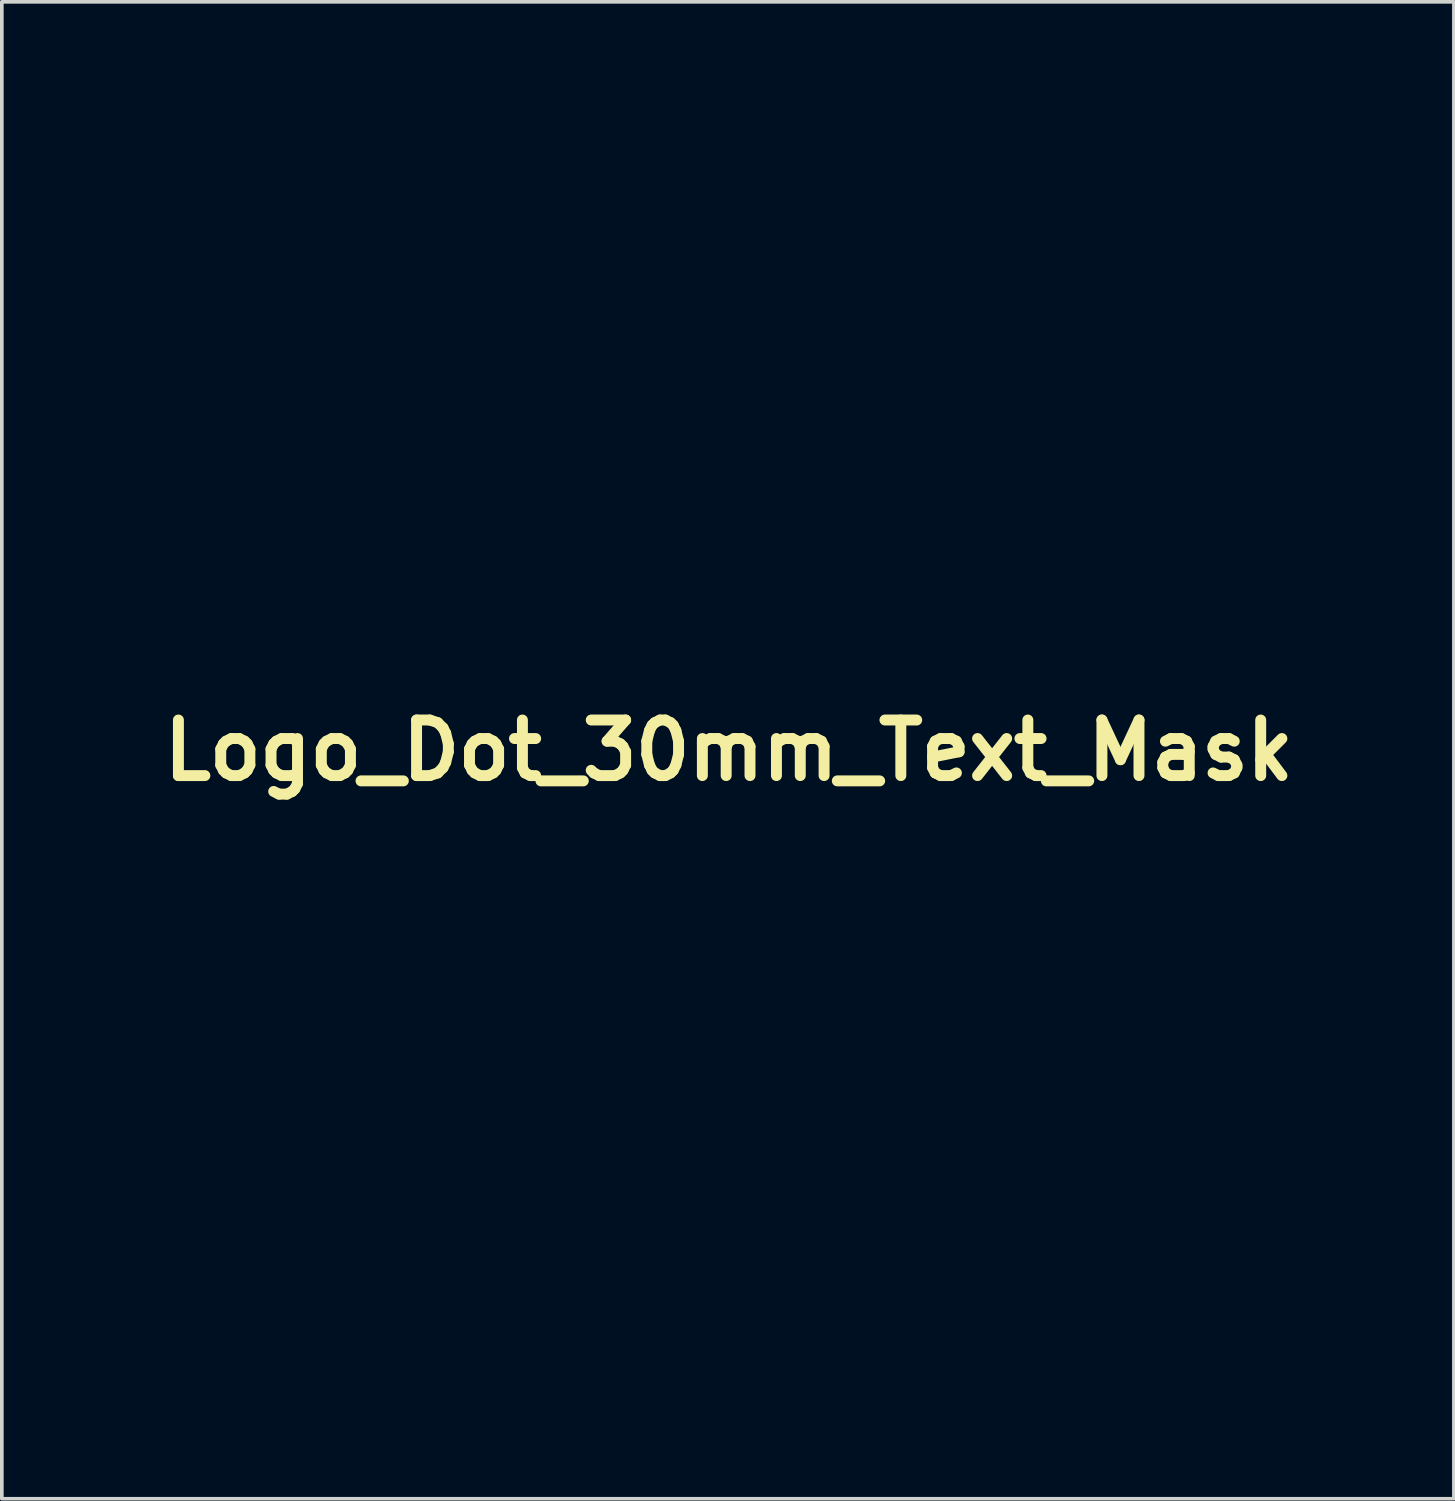
<source format=kicad_pcb>
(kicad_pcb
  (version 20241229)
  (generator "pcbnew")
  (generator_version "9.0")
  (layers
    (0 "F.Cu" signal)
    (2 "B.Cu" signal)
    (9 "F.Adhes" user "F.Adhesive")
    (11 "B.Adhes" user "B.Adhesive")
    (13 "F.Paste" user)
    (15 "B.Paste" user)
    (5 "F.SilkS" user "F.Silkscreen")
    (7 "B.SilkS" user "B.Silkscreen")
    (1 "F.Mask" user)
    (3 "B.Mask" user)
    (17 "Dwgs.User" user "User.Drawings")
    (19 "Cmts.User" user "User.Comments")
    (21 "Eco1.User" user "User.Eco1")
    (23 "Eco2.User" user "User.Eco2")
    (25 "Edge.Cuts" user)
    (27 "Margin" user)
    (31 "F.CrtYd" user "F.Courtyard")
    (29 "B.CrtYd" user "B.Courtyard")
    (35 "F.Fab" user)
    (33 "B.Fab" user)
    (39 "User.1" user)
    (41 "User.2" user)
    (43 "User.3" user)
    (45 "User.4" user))
  (footprint "Logo_Dot_30mm_Text_Mask"
    (layer "F.Cu")
    (at 16.938 17.531)
    (property "Reference" "Logo_Dot_30mm_Text_Mask" (at 0 0 0) (layer "F.SilkS") (effects (font (size 1.524 1.524) (thickness 0.3))))
    (attr through_hole)
    (fp_poly (pts (xy 16.21 17.25) (xy 16.21 16.98) (xy 16.53 16.76) (xy 16.86 16.99) (xy 16.86 17.28) (xy 16.53 17.48)) (stroke (width 0.05) (type solid)) (fill yes) (layer "F.Mask"))
    (fp_poly (pts (xy -5.165 16.849) (xy -3.725 16.849) (xy -3.725 17.441) (xy -5.927 17.441) (xy -5.927 13.885) (xy -5.165 13.885) (xy -5.165 16.849)) (stroke (width 0.01) (type solid)) (fill yes) (layer "F.Mask"))
    (fp_poly (pts (xy -14.224 14.478) (xy -15.24 14.478) (xy -15.24 17.441) (xy -15.917 17.441) (xy -15.917 14.478) (xy -16.933 14.478) (xy -16.933 13.885) (xy -14.224 13.885) (xy -14.224 14.478)) (stroke (width 0.01) (type solid)) (fill yes) (layer "F.Mask"))
    (fp_poly (pts (xy -1.016 14.478) (xy -2.286 14.478) (xy -2.286 15.325) (xy -1.101 15.325) (xy -1.101 15.917) (xy -2.286 15.917) (xy -2.286 16.849) (xy -1.016 16.849) (xy -1.016 17.441) (xy -3.048 17.441) (xy -3.048 13.885) (xy -1.016 13.885) (xy -1.016 14.478)) (stroke (width 0.01) (type solid)) (fill yes) (layer "F.Mask"))
    (fp_poly (pts (xy 6.397 -4.081) (xy 6.533 -3.908) (xy 6.597 -3.805) (xy 6.79 -3.462) (xy 6.569 -3.128) (xy 6.431 -2.932) (xy 6.332 -2.812) (xy 6.308 -2.794) (xy 6.242 -2.858) (xy 6.12 -3.021) (xy 6.049 -3.125) (xy 5.83 -3.455) (xy 6.007 -3.802) (xy 6.135 -4.009) (xy 6.254 -4.133) (xy 6.294 -4.149) (xy 6.397 -4.081)) (stroke (width 0.01) (type solid)) (fill yes) (layer "F.Mask"))
    (fp_poly (pts (xy 9.513 -2.256) (xy 9.64 -2.058) (xy 9.74 -1.85) (xy 9.761 -1.709) (xy 9.702 -1.552) (xy 9.629 -1.418) (xy 9.497 -1.223) (xy 9.379 -1.111) (xy 9.347 -1.101) (xy 9.242 -1.167) (xy 9.102 -1.333) (xy 9.051 -1.411) (xy 8.859 -1.721) (xy 9.035 -2.025) (xy 9.209 -2.267) (xy 9.365 -2.344) (xy 9.513 -2.256)) (stroke (width 0.01) (type solid)) (fill yes) (layer "F.Mask"))
    (fp_poly (pts (xy 11.529 -2.247) (xy 11.659 -2.06) (xy 11.839 -1.745) (xy 11.656 -1.423) (xy 11.523 -1.227) (xy 11.406 -1.113) (xy 11.373 -1.101) (xy 11.272 -1.167) (xy 11.134 -1.333) (xy 11.083 -1.41) (xy 10.967 -1.61) (xy 10.937 -1.745) (xy 10.988 -1.895) (xy 11.055 -2.023) (xy 11.22 -2.264) (xy 11.374 -2.339) (xy 11.529 -2.247)) (stroke (width 0.01) (type solid)) (fill yes) (layer "F.Mask"))
    (fp_poly (pts (xy 7.906 -4.977) (xy 8.049 -4.798) (xy 8.082 -4.747) (xy 8.3 -4.402) (xy 8.128 -4.063) (xy 7.999 -3.859) (xy 7.878 -3.739) (xy 7.838 -3.725) (xy 7.727 -3.793) (xy 7.586 -3.961) (xy 7.535 -4.041) (xy 7.423 -4.247) (xy 7.394 -4.385) (xy 7.446 -4.535) (xy 7.498 -4.635) (xy 7.658 -4.9) (xy 7.784 -5.013) (xy 7.906 -4.977)) (stroke (width 0.01) (type solid)) (fill yes) (layer "F.Mask"))
    (fp_poly (pts (xy 11.989 -6.706) (xy 12.122 -6.535) (xy 12.171 -6.454) (xy 12.35 -6.135) (xy 12.17 -5.819) (xy 12.007 -5.588) (xy 11.862 -5.52) (xy 11.715 -5.614) (xy 11.598 -5.779) (xy 11.489 -5.976) (xy 11.432 -6.113) (xy 11.43 -6.128) (xy 11.477 -6.27) (xy 11.589 -6.461) (xy 11.727 -6.643) (xy 11.848 -6.759) (xy 11.887 -6.773) (xy 11.989 -6.706)) (stroke (width 0.01) (type solid)) (fill yes) (layer "F.Mask"))
    (fp_poly (pts (xy -0.424 5.345) (xy -0.268 5.401) (xy -0.148 5.531) (xy -0.092 5.619) (xy 0.045 5.868) (xy 0.063 6.012) (xy -0.054 6.079) (xy -0.32 6.096) (xy -0.34 6.096) (xy -0.602 6.085) (xy -0.76 6.033) (xy -0.875 5.91) (xy -0.932 5.821) (xy -1.067 5.569) (xy -1.082 5.421) (xy -0.962 5.352) (xy -0.695 5.334) (xy -0.684 5.334) (xy -0.424 5.345)) (stroke (width 0.01) (type solid)) (fill yes) (layer "F.Mask"))
    (fp_poly (pts (xy 4.148 9.748) (xy 4.304 9.803) (xy 4.424 9.934) (xy 4.48 10.022) (xy 4.617 10.271) (xy 4.635 10.415) (xy 4.518 10.482) (xy 4.252 10.499) (xy 4.232 10.499) (xy 3.97 10.488) (xy 3.812 10.436) (xy 3.697 10.312) (xy 3.64 10.223) (xy 3.505 9.971) (xy 3.49 9.824) (xy 3.61 9.754) (xy 3.877 9.737) (xy 3.888 9.737) (xy 4.148 9.748)) (stroke (width 0.01) (type solid)) (fill yes) (layer "F.Mask"))
    (fp_poly (pts (xy -2.954 9.748) (xy -2.796 9.8) (xy -2.681 9.923) (xy -2.624 10.012) (xy -2.489 10.264) (xy -2.474 10.412) (xy -2.594 10.481) (xy -2.861 10.499) (xy -2.87 10.499) (xy -3.128 10.488) (xy -3.282 10.433) (xy -3.399 10.302) (xy -3.463 10.197) (xy -3.575 9.99) (xy -3.637 9.841) (xy -3.641 9.816) (xy -3.564 9.771) (xy -3.37 9.742) (xy -3.216 9.737) (xy -2.954 9.748)) (stroke (width 0.01) (type solid)) (fill yes) (layer "F.Mask"))
    (fp_poly (pts (xy -3.433 7.119) (xy -3.28 7.16) (xy -3.182 7.264) (xy -3.106 7.411) (xy -3.014 7.624) (xy -2.966 7.773) (xy -2.963 7.792) (xy -3.039 7.839) (xy -3.234 7.869) (xy -3.378 7.874) (xy -3.636 7.863) (xy -3.79 7.809) (xy -3.907 7.677) (xy -3.971 7.573) (xy -4.083 7.365) (xy -4.145 7.216) (xy -4.149 7.192) (xy -4.072 7.147) (xy -3.876 7.118) (xy -3.699 7.112) (xy -3.433 7.119)) (stroke (width 0.01) (type solid)) (fill yes) (layer "F.Mask"))
    (fp_poly (pts (xy 14.981 -5.014) (xy 15.104 -4.861) (xy 15.222 -4.654) (xy 15.305 -4.446) (xy 15.325 -4.329) (xy 15.37 -4.186) (xy 15.439 -4.149) (xy 15.54 -4.078) (xy 15.661 -3.9) (xy 15.706 -3.81) (xy 15.797 -3.589) (xy 15.813 -3.44) (xy 15.755 -3.28) (xy 15.699 -3.175) (xy 15.537 -2.95) (xy 15.381 -2.895) (xy 15.23 -3.009) (xy 15.116 -3.21) (xy 15.035 -3.432) (xy 15.01 -3.593) (xy 15.018 -3.624) (xy 14.995 -3.709) (xy 14.921 -3.745) (xy 14.789 -3.84) (xy 14.643 -4.029) (xy 14.607 -4.091) (xy 14.508 -4.289) (xy 14.488 -4.426) (xy 14.548 -4.581) (xy 14.624 -4.716) (xy 14.753 -4.918) (xy 14.861 -5.044) (xy 14.886 -5.061) (xy 14.981 -5.014)) (stroke (width 0.01) (type solid)) (fill yes) (layer "F.Mask"))
    (fp_poly (pts (xy -12.954 14.364) (xy -12.952 14.714) (xy -12.942 14.921) (xy -12.916 15.011) (xy -12.868 15.012) (xy -12.8 14.958) (xy -12.447 14.746) (xy -12.038 14.688) (xy -11.777 14.73) (xy -11.557 14.809) (xy -11.396 14.928) (xy -11.288 15.111) (xy -11.221 15.385) (xy -11.187 15.773) (xy -11.176 16.302) (xy -11.176 16.379) (xy -11.176 17.441) (xy -11.853 17.441) (xy -11.853 16.481) (xy -11.863 15.992) (xy -11.898 15.648) (xy -11.968 15.424) (xy -12.084 15.299) (xy -12.255 15.246) (xy -12.376 15.24) (xy -12.585 15.273) (xy -12.736 15.385) (xy -12.839 15.598) (xy -12.903 15.933) (xy -12.937 16.41) (xy -12.94 16.519) (xy -12.969 17.441) (xy -13.631 17.441) (xy -13.631 13.631) (xy -12.954 13.631) (xy -12.954 14.364)) (stroke (width 0.01) (type solid)) (fill yes) (layer "F.Mask"))
    (fp_poly (pts (xy 7.451 15.644) (xy 7.463 16.152) (xy 7.504 16.513) (xy 7.583 16.749) (xy 7.708 16.881) (xy 7.887 16.931) (xy 7.947 16.933) (xy 8.166 16.916) (xy 8.321 16.848) (xy 8.424 16.705) (xy 8.487 16.461) (xy 8.522 16.091) (xy 8.537 15.713) (xy 8.566 14.732) (xy 9.271 14.732) (xy 9.271 17.441) (xy 9.002 17.441) (xy 8.783 17.403) (xy 8.68 17.276) (xy 8.679 17.273) (xy 8.635 17.166) (xy 8.57 17.158) (xy 8.431 17.249) (xy 8.39 17.28) (xy 8.044 17.446) (xy 7.652 17.496) (xy 7.285 17.422) (xy 7.229 17.396) (xy 7.055 17.285) (xy 6.93 17.14) (xy 6.848 16.931) (xy 6.8 16.632) (xy 6.778 16.214) (xy 6.773 15.786) (xy 6.773 14.732) (xy 7.451 14.732) (xy 7.451 15.644)) (stroke (width 0.01) (type solid)) (fill yes) (layer "F.Mask"))
    (fp_poly (pts (xy 0.572 13.886) (xy 1.128 13.905) (xy 1.556 13.967) (xy 1.89 14.084) (xy 2.168 14.266) (xy 2.296 14.383) (xy 2.607 14.806) (xy 2.763 15.298) (xy 2.765 15.858) (xy 2.665 16.321) (xy 2.48 16.734) (xy 2.195 17.046) (xy 1.795 17.263) (xy 1.27 17.393) (xy 0.607 17.441) (xy 0.513 17.441) (xy -0.169 17.441) (xy -0.169 14.478) (xy 0.508 14.478) (xy 0.508 16.849) (xy 0.893 16.849) (xy 1.196 16.818) (xy 1.474 16.743) (xy 1.535 16.716) (xy 1.788 16.497) (xy 1.953 16.176) (xy 2.029 15.794) (xy 2.015 15.395) (xy 1.91 15.022) (xy 1.713 14.716) (xy 1.59 14.61) (xy 1.368 14.523) (xy 1.046 14.48) (xy 0.955 14.478) (xy 0.508 14.478) (xy -0.169 14.478) (xy -0.169 13.885) (xy 0.572 13.886)) (stroke (width 0.01) (type solid)) (fill yes) (layer "F.Mask"))
    (fp_poly (pts (xy 5.38 13.851) (xy 5.498 13.873) (xy 5.816 13.949) (xy 5.993 14.028) (xy 6.055 14.139) (xy 6.028 14.305) (xy 6.007 14.371) (xy 5.938 14.54) (xy 5.856 14.59) (xy 5.699 14.543) (xy 5.627 14.514) (xy 5.214 14.403) (xy 4.859 14.446) (xy 4.581 14.61) (xy 4.347 14.902) (xy 4.206 15.273) (xy 4.158 15.683) (xy 4.2 16.09) (xy 4.331 16.453) (xy 4.548 16.73) (xy 4.681 16.819) (xy 4.949 16.892) (xy 5.303 16.904) (xy 5.671 16.857) (xy 5.885 16.794) (xy 5.972 16.801) (xy 6.008 16.93) (xy 6.011 17.041) (xy 5.999 17.226) (xy 5.931 17.329) (xy 5.763 17.398) (xy 5.635 17.431) (xy 5.188 17.511) (xy 4.805 17.496) (xy 4.457 17.402) (xy 4.053 17.197) (xy 3.763 16.903) (xy 3.576 16.501) (xy 3.485 15.977) (xy 3.471 15.617) (xy 3.526 15.036) (xy 3.694 14.576) (xy 3.985 14.226) (xy 4.404 13.975) (xy 4.699 13.873) (xy 5.019 13.822) (xy 5.38 13.851)) (stroke (width 0.01) (type solid)) (fill yes) (layer "F.Mask"))
    (fp_poly (pts (xy -0.391 8.818) (xy -0.248 8.885) (xy -0.134 9.05) (xy -0.087 9.139) (xy 0.007 9.372) (xy 0.04 9.561) (xy 0.032 9.605) (xy 0.018 9.68) (xy 0.064 9.726) (xy 0.199 9.748) (xy 0.451 9.749) (xy 0.772 9.74) (xy 1.047 9.736) (xy 1.211 9.767) (xy 1.322 9.858) (xy 1.428 10.015) (xy 1.543 10.223) (xy 1.605 10.378) (xy 1.609 10.403) (xy 1.535 10.462) (xy 1.352 10.493) (xy 1.117 10.496) (xy 0.888 10.471) (xy 0.723 10.419) (xy 0.694 10.397) (xy 0.61 10.338) (xy 0.593 10.397) (xy 0.512 10.465) (xy 0.28 10.497) (xy 0.176 10.499) (xy -0.083 10.488) (xy -0.24 10.432) (xy -0.361 10.3) (xy -0.425 10.2) (xy -0.53 9.984) (xy -0.567 9.81) (xy -0.561 9.777) (xy -0.576 9.669) (xy -0.636 9.652) (xy -0.744 9.581) (xy -0.872 9.41) (xy -0.988 9.196) (xy -1.059 8.999) (xy -1.057 8.887) (xy -0.948 8.837) (xy -0.734 8.808) (xy -0.632 8.805) (xy -0.391 8.818)) (stroke (width 0.01) (type solid)) (fill yes) (layer "F.Mask"))
    (fp_poly (pts (xy 10.822 14.351) (xy 10.814 14.676) (xy 10.815 14.925) (xy 10.826 15.058) (xy 10.832 15.071) (xy 10.913 15.019) (xy 11.057 14.894) (xy 11.064 14.887) (xy 11.29 14.75) (xy 11.604 14.704) (xy 11.64 14.704) (xy 12.026 14.768) (xy 12.313 14.965) (xy 12.504 15.295) (xy 12.601 15.764) (xy 12.615 16.087) (xy 12.597 16.455) (xy 12.549 16.761) (xy 12.497 16.917) (xy 12.241 17.263) (xy 11.92 17.457) (xy 11.55 17.494) (xy 11.148 17.367) (xy 11.137 17.362) (xy 10.923 17.26) (xy 10.806 17.242) (xy 10.739 17.301) (xy 10.731 17.314) (xy 10.602 17.406) (xy 10.41 17.441) (xy 10.16 17.441) (xy 10.16 16.106) (xy 10.837 16.106) (xy 10.854 16.428) (xy 10.914 16.637) (xy 11.007 16.764) (xy 11.235 16.901) (xy 11.492 16.926) (xy 11.65 16.869) (xy 11.815 16.668) (xy 11.915 16.353) (xy 11.938 16.087) (xy 11.89 15.675) (xy 11.744 15.4) (xy 11.5 15.261) (xy 11.329 15.241) (xy 11.086 15.31) (xy 10.926 15.521) (xy 10.847 15.878) (xy 10.837 16.106) (xy 10.16 16.106) (xy 10.16 13.631) (xy 10.85 13.631) (xy 10.822 14.351)) (stroke (width 0.01) (type solid)) (fill yes) (layer "F.Mask"))
    (fp_poly (pts (xy -8.822 14.727) (xy -8.438 14.912) (xy -8.157 15.22) (xy -7.994 15.628) (xy -7.959 15.965) (xy -7.959 16.256) (xy -8.848 16.256) (xy -9.245 16.258) (xy -9.503 16.269) (xy -9.651 16.294) (xy -9.719 16.337) (xy -9.737 16.405) (xy -9.737 16.416) (xy -9.685 16.597) (xy -9.577 16.773) (xy -9.357 16.918) (xy -9.022 16.978) (xy -8.606 16.948) (xy -8.403 16.905) (xy -8.217 16.869) (xy -8.142 16.913) (xy -8.128 17.073) (xy -8.128 17.087) (xy -8.176 17.306) (xy -8.269 17.393) (xy -8.522 17.45) (xy -8.865 17.48) (xy -9.225 17.481) (xy -9.526 17.452) (xy -9.625 17.427) (xy -10.002 17.216) (xy -10.272 16.888) (xy -10.426 16.466) (xy -10.452 15.973) (xy -10.412 15.697) (xy -10.399 15.663) (xy -9.737 15.663) (xy -9.72 15.755) (xy -9.643 15.806) (xy -9.47 15.828) (xy -9.186 15.833) (xy -8.889 15.827) (xy -8.722 15.804) (xy -8.651 15.751) (xy -8.636 15.663) (xy -8.71 15.445) (xy -8.893 15.259) (xy -9.126 15.16) (xy -9.186 15.155) (xy -9.423 15.224) (xy -9.624 15.393) (xy -9.731 15.608) (xy -9.737 15.663) (xy -10.399 15.663) (xy -10.245 15.261) (xy -9.964 14.936) (xy -9.592 14.736) (xy -9.155 14.676) (xy -8.822 14.727)) (stroke (width 0.01) (type solid)) (fill yes) (layer "F.Mask"))
    (fp_poly (pts (xy 14.898 14.76) (xy 15.271 14.935) (xy 15.522 15.227) (xy 15.648 15.633) (xy 15.663 15.871) (xy 15.663 16.256) (xy 14.774 16.256) (xy 14.394 16.263) (xy 14.1 16.283) (xy 13.923 16.312) (xy 13.885 16.337) (xy 13.955 16.578) (xy 14.128 16.807) (xy 14.321 16.938) (xy 14.599 16.992) (xy 14.952 16.979) (xy 15.301 16.903) (xy 15.36 16.882) (xy 15.455 16.882) (xy 15.492 17.006) (xy 15.494 17.09) (xy 15.472 17.267) (xy 15.376 17.367) (xy 15.177 17.437) (xy 14.667 17.517) (xy 14.184 17.453) (xy 14.033 17.405) (xy 13.789 17.302) (xy 13.598 17.193) (xy 13.575 17.176) (xy 13.388 16.925) (xy 13.265 16.568) (xy 13.211 16.155) (xy 13.232 15.739) (xy 13.235 15.73) (xy 13.888 15.73) (xy 13.996 15.801) (xy 14.252 15.821) (xy 14.457 15.815) (xy 14.76 15.797) (xy 14.928 15.769) (xy 14.997 15.717) (xy 15.001 15.629) (xy 15 15.621) (xy 14.885 15.354) (xy 14.679 15.198) (xy 14.429 15.163) (xy 14.18 15.262) (xy 14.061 15.378) (xy 13.913 15.593) (xy 13.888 15.73) (xy 13.235 15.73) (xy 13.336 15.373) (xy 13.356 15.331) (xy 13.597 14.988) (xy 13.91 14.786) (xy 14.325 14.707) (xy 14.408 14.704) (xy 14.898 14.76)) (stroke (width 0.01) (type solid)) (fill yes) (layer "F.Mask"))
    (fp_poly (pts (xy 8.946 3.798) (xy 9.074 3.975) (xy 9.187 4.199) (xy 9.256 4.41) (xy 9.256 4.538) (xy 9.242 4.638) (xy 9.298 4.624) (xy 9.398 4.647) (xy 9.523 4.783) (xy 9.641 4.981) (xy 9.72 5.193) (xy 9.736 5.313) (xy 9.787 5.469) (xy 9.869 5.503) (xy 9.954 5.459) (xy 9.944 5.411) (xy 9.941 5.277) (xy 10.006 5.067) (xy 10.11 4.845) (xy 10.227 4.675) (xy 10.293 4.624) (xy 10.401 4.662) (xy 10.536 4.805) (xy 10.662 5) (xy 10.742 5.195) (xy 10.753 5.274) (xy 10.709 5.455) (xy 10.602 5.665) (xy 10.471 5.841) (xy 10.354 5.925) (xy 10.343 5.926) (xy 10.264 5.986) (xy 10.269 6.032) (xy 10.256 6.176) (xy 10.171 6.381) (xy 10.048 6.588) (xy 9.921 6.736) (xy 9.847 6.773) (xy 9.733 6.707) (xy 9.594 6.544) (xy 9.564 6.498) (xy 9.461 6.28) (xy 9.427 6.098) (xy 9.43 6.075) (xy 9.412 5.951) (xy 9.356 5.927) (xy 9.242 5.857) (xy 9.108 5.686) (xy 8.991 5.475) (xy 8.924 5.283) (xy 8.925 5.195) (xy 8.901 5.095) (xy 8.844 5.08) (xy 8.736 5.01) (xy 8.604 4.832) (xy 8.542 4.717) (xy 8.366 4.355) (xy 8.552 4.04) (xy 8.687 3.847) (xy 8.804 3.736) (xy 8.835 3.726) (xy 8.946 3.798)) (stroke (width 0.01) (type solid)) (fill yes) (layer "F.Mask"))
    (fp_poly (pts (xy -9.015 7.974) (xy -8.863 8.045) (xy -8.737 8.206) (xy -8.72 8.234) (xy -8.608 8.454) (xy -8.553 8.636) (xy -8.552 8.657) (xy -8.515 8.783) (xy -8.474 8.805) (xy -8.373 8.876) (xy -8.247 9.048) (xy -8.131 9.266) (xy -8.055 9.471) (xy -8.043 9.556) (xy -8.035 9.651) (xy -7.989 9.71) (xy -7.872 9.739) (xy -7.652 9.746) (xy -7.297 9.739) (xy -7.278 9.738) (xy -7.008 9.737) (xy -6.851 9.769) (xy -6.754 9.86) (xy -6.665 10.031) (xy -6.572 10.245) (xy -6.522 10.396) (xy -6.519 10.417) (xy -6.593 10.47) (xy -6.774 10.496) (xy -7.004 10.495) (xy -7.223 10.47) (xy -7.373 10.421) (xy -7.401 10.393) (xy -7.457 10.331) (xy -7.5 10.393) (xy -7.615 10.461) (xy -7.855 10.496) (xy -7.964 10.499) (xy -8.218 10.49) (xy -8.366 10.438) (xy -8.474 10.305) (xy -8.553 10.157) (xy -8.647 9.935) (xy -8.684 9.771) (xy -8.677 9.734) (xy -8.693 9.66) (xy -8.737 9.651) (xy -8.851 9.58) (xy -8.984 9.404) (xy -9.102 9.184) (xy -9.175 8.976) (xy -9.177 8.853) (xy -9.185 8.74) (xy -9.254 8.721) (xy -9.37 8.654) (xy -9.508 8.492) (xy -9.629 8.293) (xy -9.696 8.117) (xy -9.69 8.037) (xy -9.583 7.989) (xy -9.37 7.962) (xy -9.265 7.959) (xy -9.015 7.974)) (stroke (width 0.01) (type solid)) (fill yes) (layer "F.Mask"))
    (fp_poly (pts (xy 14.016 -1.453) (xy 14.137 -1.275) (xy 14.182 -1.185) (xy 14.273 -0.965) (xy 14.289 -0.815) (xy 14.231 -0.655) (xy 14.175 -0.55) (xy 14.049 -0.361) (xy 13.933 -0.26) (xy 13.908 -0.254) (xy 13.824 -0.182) (xy 13.8 -0.064) (xy 13.76 0.124) (xy 13.661 0.347) (xy 13.535 0.546) (xy 13.417 0.665) (xy 13.379 0.677) (xy 13.308 0.748) (xy 13.293 0.84) (xy 13.251 1.033) (xy 13.148 1.251) (xy 13.02 1.434) (xy 12.902 1.522) (xy 12.889 1.523) (xy 12.779 1.458) (xy 12.643 1.294) (xy 12.614 1.249) (xy 12.505 1.049) (xy 12.449 0.905) (xy 12.447 0.889) (xy 12.491 0.749) (xy 12.597 0.559) (xy 12.725 0.378) (xy 12.837 0.266) (xy 12.868 0.254) (xy 12.928 0.18) (xy 12.954 0.003) (xy 12.954 0) (xy 12.92 -0.193) (xy 12.84 -0.254) (xy 12.738 -0.325) (xy 12.618 -0.502) (xy 12.576 -0.587) (xy 12.486 -0.804) (xy 12.474 -0.95) (xy 12.544 -1.109) (xy 12.612 -1.222) (xy 12.751 -1.41) (xy 12.874 -1.516) (xy 12.903 -1.524) (xy 13 -1.453) (xy 13.117 -1.28) (xy 13.224 -1.064) (xy 13.287 -0.862) (xy 13.293 -0.801) (xy 13.358 -0.691) (xy 13.412 -0.677) (xy 13.497 -0.741) (xy 13.494 -0.826) (xy 13.513 -0.994) (xy 13.606 -1.206) (xy 13.738 -1.4) (xy 13.872 -1.514) (xy 13.914 -1.524) (xy 14.016 -1.453)) (stroke (width 0.01) (type solid)) (fill yes) (layer "F.Mask"))
    (fp_poly (pts (xy -8.032 -12.177) (xy -7.754 -12.161) (xy -7.598 -12.131) (xy -7.538 -12.084) (xy -7.535 -12.067) (xy -7.579 -11.897) (xy -7.684 -11.694) (xy -7.813 -11.518) (xy -7.926 -11.432) (xy -7.938 -11.431) (xy -8.022 -11.359) (xy -8.043 -11.249) (xy -8.084 -11.071) (xy -8.184 -10.852) (xy -8.31 -10.649) (xy -8.429 -10.519) (xy -8.477 -10.499) (xy -8.541 -10.434) (xy -8.54 -10.393) (xy -8.564 -10.234) (xy -8.653 -10.023) (xy -8.775 -9.818) (xy -8.896 -9.679) (xy -8.955 -9.652) (xy -9.039 -9.595) (xy -9.035 -9.546) (xy -9.048 -9.411) (xy -9.13 -9.201) (xy -9.167 -9.128) (xy -9.339 -8.815) (xy -10.248 -8.815) (xy -10.624 -8.82) (xy -10.934 -8.832) (xy -11.141 -8.849) (xy -11.208 -8.865) (xy -11.206 -8.968) (xy -11.128 -9.145) (xy -11.007 -9.34) (xy -10.877 -9.499) (xy -10.773 -9.567) (xy -10.77 -9.567) (xy -10.723 -9.601) (xy -10.065 -9.601) (xy -10.043 -9.484) (xy -10.014 -9.449) (xy -9.937 -9.449) (xy -9.922 -9.477) (xy -9.823 -9.56) (xy -9.772 -9.567) (xy -9.664 -9.619) (xy -9.679 -9.727) (xy -9.737 -9.779) (xy -9.815 -9.772) (xy -9.821 -9.742) (xy -9.89 -9.662) (xy -9.948 -9.652) (xy -10.065 -9.601) (xy -10.723 -9.601) (xy -10.687 -9.627) (xy -10.694 -9.681) (xy -10.683 -9.822) (xy -10.601 -10.023) (xy -10.48 -10.228) (xy -10.352 -10.383) (xy -10.332 -10.394) (xy -9.567 -10.394) (xy -9.513 -10.332) (xy -9.406 -10.362) (xy -9.355 -10.415) (xy -9.253 -10.464) (xy -9.223 -10.453) (xy -9.153 -10.458) (xy -9.155 -10.546) (xy -9.195 -10.607) (xy -9.295 -10.607) (xy -9.439 -10.536) (xy -9.55 -10.439) (xy -9.567 -10.394) (xy -10.332 -10.394) (xy -10.253 -10.433) (xy -10.178 -10.48) (xy -10.175 -10.567) (xy -10.154 -10.744) (xy -10.066 -10.968) (xy -9.943 -11.178) (xy -9.816 -11.319) (xy -9.759 -11.343) (xy -9.053 -11.343) (xy -9.01 -11.249) (xy -8.943 -11.188) (xy -8.91 -11.244) (xy -8.807 -11.337) (xy -8.756 -11.345) (xy -8.648 -11.397) (xy -8.636 -11.436) (xy -8.703 -11.487) (xy -8.826 -11.468) (xy -9.004 -11.404) (xy -9.053 -11.343) (xy -9.759 -11.343) (xy -9.753 -11.345) (xy -9.672 -11.404) (xy -9.677 -11.451) (xy -9.663 -11.586) (xy -9.582 -11.796) (xy -9.544 -11.869) (xy -9.373 -12.182) (xy -8.454 -12.182) (xy -8.032 -12.177)) (stroke (width 0.01) (type solid)) (fill yes) (layer "F.Mask"))
    (fp_poly (pts (xy -3.61 -12.172) (xy -3.48 -12.116) (xy -3.471 -12.09) (xy -3.446 -12.031) (xy -3.37 -12.09) (xy -3.232 -12.154) (xy -3.015 -12.187) (xy -2.776 -12.19) (xy -2.573 -12.164) (xy -2.462 -12.107) (xy -2.456 -12.086) (xy -2.504 -11.918) (xy -2.62 -11.714) (xy -2.763 -11.533) (xy -2.892 -11.435) (xy -2.917 -11.43) (xy -3.004 -11.373) (xy -2.997 -11.311) (xy -3.004 -11.16) (xy -3.083 -10.945) (xy -3.201 -10.724) (xy -3.33 -10.557) (xy -3.428 -10.499) (xy -3.512 -10.442) (xy -3.503 -10.374) (xy -3.515 -10.224) (xy -3.604 -10.018) (xy -3.733 -9.816) (xy -3.868 -9.679) (xy -3.936 -9.652) (xy -4.014 -9.587) (xy -4.012 -9.504) (xy -4.03 -9.338) (xy -4.122 -9.121) (xy -4.145 -9.081) (xy -4.266 -8.913) (xy -4.4 -8.832) (xy -4.61 -8.807) (xy -4.733 -8.805) (xy -5.012 -8.826) (xy -5.172 -8.884) (xy -5.193 -8.911) (xy -5.232 -8.974) (xy -5.243 -8.911) (xy -5.32 -8.855) (xy -5.506 -8.819) (xy -5.741 -8.803) (xy -5.97 -8.811) (xy -6.135 -8.842) (xy -6.181 -8.885) (xy -6.133 -9.041) (xy -6.018 -9.242) (xy -5.874 -9.431) (xy -5.788 -9.51) (xy -5.02 -9.51) (xy -4.956 -9.449) (xy -4.818 -9.497) (xy -4.797 -9.508) (xy -4.647 -9.591) (xy -4.585 -9.625) (xy -4.592 -9.697) (xy -4.606 -9.723) (xy -4.709 -9.758) (xy -4.86 -9.71) (xy -4.987 -9.615) (xy -5.02 -9.51) (xy -5.788 -9.51) (xy -5.744 -9.551) (xy -5.698 -9.567) (xy -5.61 -9.62) (xy -5.624 -9.708) (xy -5.611 -9.85) (xy -5.525 -10.058) (xy -5.399 -10.273) (xy -5.296 -10.402) (xy -4.522 -10.402) (xy -4.431 -10.337) (xy -4.286 -10.394) (xy -4.213 -10.446) (xy -4.117 -10.553) (xy -4.116 -10.607) (xy -4.218 -10.618) (xy -4.367 -10.563) (xy -4.491 -10.479) (xy -4.522 -10.402) (xy -5.296 -10.402) (xy -5.266 -10.439) (xy -5.166 -10.499) (xy -5.118 -10.56) (xy -5.129 -10.613) (xy -5.117 -10.76) (xy -5.029 -10.966) (xy -4.9 -11.17) (xy -4.805 -11.272) (xy -3.979 -11.272) (xy -3.883 -11.251) (xy -3.777 -11.287) (xy -3.641 -11.392) (xy -3.616 -11.487) (xy -3.68 -11.549) (xy -3.815 -11.492) (xy -3.818 -11.49) (xy -3.96 -11.365) (xy -3.979 -11.272) (xy -4.805 -11.272) (xy -4.767 -11.313) (xy -4.693 -11.345) (xy -4.616 -11.404) (xy -4.625 -11.47) (xy -4.614 -11.616) (xy -4.527 -11.827) (xy -4.489 -11.894) (xy -4.361 -12.074) (xy -4.23 -12.162) (xy -4.028 -12.19) (xy -3.888 -12.192) (xy -3.61 -12.172)) (stroke (width 0.01) (type solid)) (fill yes) (layer "F.Mask"))
    (fp_poly (pts (xy 7.415 -17.512) (xy 7.596 -17.455) (xy 7.651 -17.399) (xy 7.759 -17.286) (xy 7.821 -17.272) (xy 7.944 -17.201) (xy 8.081 -17.029) (xy 8.195 -16.817) (xy 8.25 -16.625) (xy 8.243 -16.552) (xy 8.256 -16.443) (xy 8.315 -16.425) (xy 8.426 -16.356) (xy 8.56 -16.187) (xy 8.683 -15.976) (xy 8.761 -15.781) (xy 8.763 -15.664) (xy 8.769 -15.585) (xy 8.799 -15.579) (xy 8.913 -15.508) (xy 9.05 -15.336) (xy 9.175 -15.119) (xy 9.257 -14.914) (xy 9.264 -14.788) (xy 9.267 -14.67) (xy 9.345 -14.647) (xy 9.461 -14.576) (xy 9.593 -14.403) (xy 9.705 -14.188) (xy 9.764 -13.992) (xy 9.76 -13.906) (xy 9.79 -13.812) (xy 9.837 -13.801) (xy 9.945 -13.73) (xy 10.075 -13.559) (xy 10.19 -13.347) (xy 10.259 -13.152) (xy 10.262 -13.066) (xy 10.29 -12.965) (xy 10.325 -12.954) (xy 10.418 -12.888) (xy 10.554 -12.721) (xy 10.626 -12.614) (xy 10.841 -12.274) (xy 10.649 -11.937) (xy 10.514 -11.736) (xy 10.397 -11.615) (xy 10.361 -11.6) (xy 10.289 -11.527) (xy 10.266 -11.388) (xy 10.298 -11.228) (xy 10.361 -11.175) (xy 10.458 -11.108) (xy 10.588 -10.938) (xy 10.64 -10.852) (xy 10.825 -10.53) (xy 10.64 -10.203) (xy 10.509 -9.998) (xy 10.397 -9.867) (xy 10.367 -9.848) (xy 10.271 -9.894) (xy 10.153 -10.049) (xy 10.041 -10.256) (xy 9.966 -10.461) (xy 9.955 -10.611) (xy 9.957 -10.617) (xy 9.951 -10.732) (xy 9.88 -10.753) (xy 9.751 -10.823) (xy 9.607 -10.994) (xy 9.485 -11.206) (xy 9.424 -11.398) (xy 9.429 -11.474) (xy 9.415 -11.582) (xy 9.355 -11.599) (xy 9.247 -11.67) (xy 9.118 -11.842) (xy 9.003 -12.056) (xy 8.932 -12.252) (xy 8.932 -12.272) (xy 9.755 -12.272) (xy 9.792 -12.094) (xy 9.868 -12.023) (xy 9.943 -12.095) (xy 9.961 -12.233) (xy 9.916 -12.42) (xy 9.839 -12.484) (xy 9.772 -12.417) (xy 9.755 -12.272) (xy 8.932 -12.272) (xy 8.934 -12.364) (xy 8.912 -12.434) (xy 8.848 -12.446) (xy 8.756 -12.406) (xy 8.763 -12.361) (xy 8.757 -12.238) (xy 8.678 -12.041) (xy 8.558 -11.83) (xy 8.432 -11.663) (xy 8.335 -11.599) (xy 8.259 -11.527) (xy 8.234 -11.388) (xy 8.268 -11.229) (xy 8.335 -11.176) (xy 8.433 -11.108) (xy 8.565 -10.936) (xy 8.629 -10.833) (xy 8.822 -10.489) (xy 8.601 -10.155) (xy 8.458 -9.959) (xy 8.348 -9.839) (xy 8.317 -9.821) (xy 8.266 -9.749) (xy 8.243 -9.61) (xy 8.273 -9.442) (xy 8.347 -9.398) (xy 8.453 -9.329) (xy 8.583 -9.154) (xy 8.636 -9.06) (xy 8.808 -8.722) (xy 8.594 -8.383) (xy 8.461 -8.184) (xy 8.364 -8.061) (xy 8.34 -8.043) (xy 8.249 -8.113) (xy 8.131 -8.285) (xy 8.018 -8.501) (xy 7.938 -8.703) (xy 7.923 -8.833) (xy 7.923 -8.834) (xy 7.92 -8.952) (xy 7.842 -8.975) (xy 7.729 -9.045) (xy 7.597 -9.217) (xy 7.478 -9.43) (xy 7.407 -9.627) (xy 7.41 -9.74) (xy 7.388 -9.809) (xy 7.324 -9.821) (xy 7.231 -9.783) (xy 7.237 -9.74) (xy 7.235 -9.61) (xy 7.158 -9.409) (xy 7.039 -9.196) (xy 6.911 -9.032) (xy 6.816 -8.975) (xy 6.707 -9.045) (xy 6.579 -9.217) (xy 6.463 -9.431) (xy 6.392 -9.627) (xy 6.394 -9.74) (xy 6.372 -9.809) (xy 6.308 -9.821) (xy 6.215 -9.783) (xy 6.221 -9.74) (xy 6.219 -9.61) (xy 6.142 -9.409) (xy 6.023 -9.196) (xy 5.895 -9.032) (xy 5.8 -8.975) (xy 5.689 -9.046) (xy 5.562 -9.218) (xy 5.452 -9.433) (xy 5.392 -9.628) (xy 5.395 -9.716) (xy 5.363 -9.807) (xy 5.301 -9.821) (xy 5.209 -9.767) (xy 5.214 -9.707) (xy 5.201 -9.562) (xy 5.114 -9.357) (xy 4.988 -9.153) (xy 4.857 -9.008) (xy 4.784 -8.975) (xy 4.704 -8.902) (xy 4.687 -8.763) (xy 4.727 -8.604) (xy 4.789 -8.551) (xy 4.893 -8.48) (xy 5.016 -8.305) (xy 5.127 -8.085) (xy 5.196 -7.879) (xy 5.199 -7.756) (xy 5.205 -7.642) (xy 5.292 -7.62) (xy 5.395 -7.667) (xy 5.386 -7.752) (xy 5.395 -7.897) (xy 5.473 -8.107) (xy 5.589 -8.325) (xy 5.713 -8.492) (xy 5.805 -8.551) (xy 5.897 -8.483) (xy 6.026 -8.313) (xy 6.086 -8.213) (xy 6.276 -7.874) (xy 6.086 -7.535) (xy 5.954 -7.333) (xy 5.84 -7.212) (xy 5.805 -7.197) (xy 5.733 -7.124) (xy 5.703 -6.985) (xy 5.733 -6.817) (xy 5.807 -6.773) (xy 5.912 -6.703) (xy 6.038 -6.531) (xy 6.152 -6.317) (xy 6.222 -6.121) (xy 6.221 -6.008) (xy 6.23 -5.932) (xy 6.259 -5.927) (xy 6.354 -5.862) (xy 6.495 -5.697) (xy 6.569 -5.593) (xy 6.79 -5.259) (xy 6.597 -4.915) (xy 6.463 -4.711) (xy 6.346 -4.588) (xy 6.308 -4.572) (xy 6.207 -4.642) (xy 6.082 -4.812) (xy 5.965 -5.024) (xy 5.889 -5.218) (xy 5.884 -5.334) (xy 5.864 -5.406) (xy 5.8 -5.419) (xy 5.707 -5.38) (xy 5.713 -5.337) (xy 5.71 -5.212) (xy 5.636 -5.013) (xy 5.523 -4.801) (xy 5.403 -4.634) (xy 5.311 -4.572) (xy 5.233 -4.5) (xy 5.207 -4.36) (xy 5.243 -4.201) (xy 5.311 -4.149) (xy 5.409 -4.079) (xy 5.535 -3.904) (xy 5.592 -3.802) (xy 5.769 -3.455) (xy 5.55 -3.125) (xy 5.409 -2.929) (xy 5.299 -2.81) (xy 5.269 -2.794) (xy 5.218 -2.721) (xy 5.195 -2.582) (xy 5.223 -2.418) (xy 5.292 -2.371) (xy 5.41 -2.3) (xy 5.541 -2.128) (xy 5.653 -1.916) (xy 5.709 -1.726) (xy 5.703 -1.651) (xy 5.718 -1.544) (xy 5.8 -1.524) (xy 5.904 -1.572) (xy 5.896 -1.651) (xy 5.906 -1.802) (xy 5.99 -2.01) (xy 6.115 -2.211) (xy 6.245 -2.347) (xy 6.308 -2.371) (xy 6.416 -2.304) (xy 6.553 -2.135) (xy 6.601 -2.06) (xy 6.712 -1.857) (xy 6.739 -1.718) (xy 6.685 -1.562) (xy 6.631 -1.456) (xy 6.498 -1.256) (xy 6.363 -1.134) (xy 6.338 -1.124) (xy 6.254 -1.038) (xy 6.211 -0.885) (xy 6.22 -0.74) (xy 6.285 -0.677) (xy 6.365 -0.613) (xy 6.495 -0.449) (xy 6.569 -0.343) (xy 6.79 -0.01) (xy 6.597 0.334) (xy 6.457 0.539) (xy 6.328 0.662) (xy 6.283 0.677) (xy 6.202 0.734) (xy 6.213 0.808) (xy 6.198 0.933) (xy 6.12 1.132) (xy 6.009 1.35) (xy 5.894 1.527) (xy 5.805 1.608) (xy 5.8 1.609) (xy 5.714 1.539) (xy 5.601 1.367) (xy 5.488 1.151) (xy 5.406 0.947) (xy 5.385 0.814) (xy 5.387 0.808) (xy 5.376 0.698) (xy 5.292 0.677) (xy 5.188 0.726) (xy 5.195 0.804) (xy 5.186 0.954) (xy 5.102 1.16) (xy 4.98 1.362) (xy 4.852 1.499) (xy 4.789 1.524) (xy 4.714 1.598) (xy 4.685 1.774) (xy 4.704 1.937) (xy 4.75 1.984) (xy 4.752 1.983) (xy 4.834 2.022) (xy 4.964 2.168) (xy 5.04 2.275) (xy 5.261 2.608) (xy 5.084 2.955) (xy 4.955 3.163) (xy 4.833 3.287) (xy 4.791 3.302) (xy 4.703 3.375) (xy 4.687 3.514) (xy 4.727 3.673) (xy 4.789 3.725) (xy 4.893 3.797) (xy 5.016 3.972) (xy 5.127 4.192) (xy 5.196 4.398) (xy 5.199 4.521) (xy 5.205 4.636) (xy 5.274 4.657) (xy 5.401 4.728) (xy 5.54 4.9) (xy 5.655 5.112) (xy 5.711 5.305) (xy 5.703 5.377) (xy 5.716 5.486) (xy 5.775 5.503) (xy 5.886 5.572) (xy 6.02 5.741) (xy 6.143 5.952) (xy 6.221 6.147) (xy 6.223 6.265) (xy 6.229 6.343) (xy 6.259 6.35) (xy 6.373 6.42) (xy 6.51 6.593) (xy 6.635 6.81) (xy 6.717 7.015) (xy 6.724 7.141) (xy 6.727 7.259) (xy 6.805 7.281) (xy 6.924 7.351) (xy 7.06 7.524) (xy 7.102 7.599) (xy 7.201 7.805) (xy 7.221 7.945) (xy 7.16 8.104) (xy 7.089 8.234) (xy 6.958 8.429) (xy 6.84 8.541) (xy 6.809 8.551) (xy 6.692 8.619) (xy 6.658 8.678) (xy 6.666 8.787) (xy 6.712 8.806) (xy 6.823 8.878) (xy 6.953 9.053) (xy 7.069 9.273) (xy 7.142 9.48) (xy 7.145 9.604) (xy 7.152 9.718) (xy 7.209 9.737) (xy 7.311 9.668) (xy 7.447 9.491) (xy 7.526 9.356) (xy 7.662 9.138) (xy 7.787 9) (xy 7.841 8.975) (xy 7.917 8.915) (xy 7.909 8.86) (xy 7.922 8.715) (xy 8.009 8.51) (xy 8.136 8.306) (xy 8.267 8.161) (xy 8.34 8.128) (xy 8.417 8.063) (xy 8.414 7.98) (xy 8.433 7.812) (xy 8.525 7.601) (xy 8.656 7.407) (xy 8.788 7.292) (xy 8.83 7.281) (xy 8.937 7.349) (xy 9.074 7.518) (xy 9.12 7.594) (xy 9.299 7.907) (xy 9.116 8.229) (xy 8.979 8.426) (xy 8.853 8.54) (xy 8.817 8.551) (xy 8.739 8.611) (xy 8.746 8.665) (xy 8.735 8.806) (xy 8.653 9.007) (xy 8.532 9.212) (xy 8.405 9.367) (xy 8.306 9.417) (xy 8.231 9.464) (xy 8.228 9.551) (xy 8.198 9.773) (xy 8.073 10.033) (xy 7.893 10.265) (xy 7.721 10.395) (xy 7.484 10.466) (xy 7.203 10.498) (xy 7.179 10.499) (xy 6.941 10.473) (xy 6.787 10.367) (xy 6.688 10.223) (xy 6.576 10.004) (xy 6.521 9.821) (xy 6.52 9.8) (xy 6.483 9.674) (xy 6.442 9.652) (xy 6.341 9.582) (xy 6.215 9.409) (xy 6.099 9.192) (xy 6.023 8.986) (xy 6.011 8.901) (xy 5.97 8.758) (xy 5.905 8.72) (xy 5.793 8.649) (xy 5.665 8.476) (xy 5.557 8.262) (xy 5.504 8.067) (xy 5.503 8.046) (xy 5.444 7.892) (xy 5.391 7.853) (xy 6.117 7.853) (xy 6.135 7.942) (xy 6.232 7.952) (xy 6.341 7.89) (xy 6.383 7.826) (xy 6.381 7.724) (xy 6.293 7.72) (xy 6.151 7.799) (xy 6.117 7.853) (xy 5.391 7.853) (xy 5.381 7.845) (xy 5.255 7.736) (xy 5.128 7.541) (xy 5.037 7.33) (xy 5.019 7.172) (xy 5.022 7.165) (xy 4.986 7.065) (xy 4.907 7.006) (xy 5.609 7.006) (xy 5.627 7.095) (xy 5.724 7.105) (xy 5.833 7.043) (xy 5.875 6.979) (xy 5.873 6.878) (xy 5.785 6.873) (xy 5.643 6.952) (xy 5.609 7.006) (xy 4.907 7.006) (xy 4.858 6.971) (xy 4.709 6.92) (xy 4.609 6.951) (xy 4.503 6.998) (xy 4.291 7.025) (xy 4.194 7.027) (xy 3.95 7.012) (xy 3.801 6.937) (xy 3.67 6.762) (xy 3.646 6.722) (xy 3.538 6.479) (xy 3.511 6.282) (xy 3.517 6.256) (xy 3.517 6.164) (xy 4.087 6.164) (xy 4.174 6.181) (xy 4.297 6.222) (xy 4.318 6.265) (xy 4.372 6.344) (xy 4.479 6.321) (xy 4.527 6.27) (xy 4.513 6.172) (xy 4.396 6.089) (xy 4.278 6.06) (xy 5.132 6.06) (xy 5.133 6.161) (xy 5.221 6.166) (xy 5.364 6.086) (xy 5.398 6.032) (xy 5.379 5.943) (xy 5.282 5.933) (xy 5.173 5.995) (xy 5.132 6.06) (xy 4.278 6.06) (xy 4.244 6.051) (xy 4.123 6.088) (xy 4.087 6.164) (xy 3.517 6.164) (xy 3.517 6.128) (xy 3.405 6.096) (xy 3.28 6.025) (xy 3.144 5.853) (xy 3.031 5.64) (xy 2.976 5.449) (xy 2.989 5.361) (xy 2.956 5.277) (xy 2.836 5.197) (xy 3.626 5.197) (xy 3.646 5.294) (xy 3.753 5.377) (xy 3.932 5.425) (xy 3.994 5.386) (xy 3.974 5.29) (xy 3.868 5.207) (xy 4.626 5.207) (xy 4.637 5.316) (xy 4.693 5.334) (xy 4.821 5.266) (xy 4.857 5.207) (xy 4.845 5.098) (xy 4.79 5.08) (xy 4.662 5.148) (xy 4.626 5.207) (xy 3.868 5.207) (xy 3.867 5.207) (xy 3.688 5.159) (xy 3.626 5.197) (xy 2.836 5.197) (xy 2.829 5.192) (xy 2.681 5.146) (xy 2.625 5.173) (xy 2.549 5.217) (xy 2.354 5.244) (xy 2.208 5.249) (xy 1.949 5.238) (xy 1.792 5.183) (xy 1.671 5.05) (xy 1.607 4.951) (xy 1.502 4.735) (xy 1.465 4.561) (xy 1.471 4.528) (xy 1.456 4.42) (xy 1.396 4.403) (xy 1.288 4.332) (xy 1.262 4.297) (xy 2.09 4.297) (xy 2.093 4.368) (xy 2.175 4.45) (xy 2.338 4.554) (xy 2.44 4.551) (xy 2.483 4.516) (xy 2.464 4.446) (xy 2.349 4.362) (xy 2.202 4.3) (xy 2.096 4.297) (xy 3.106 4.297) (xy 3.109 4.368) (xy 3.191 4.45) (xy 3.354 4.554) (xy 3.456 4.551) (xy 3.499 4.516) (xy 3.48 4.446) (xy 3.391 4.381) (xy 4.095 4.381) (xy 4.123 4.433) (xy 4.248 4.481) (xy 4.346 4.367) (xy 4.349 4.36) (xy 4.336 4.251) (xy 4.278 4.233) (xy 4.141 4.281) (xy 4.095 4.381) (xy 3.391 4.381) (xy 3.365 4.362) (xy 3.218 4.3) (xy 3.107 4.297) (xy 3.106 4.297) (xy 2.096 4.297) (xy 2.091 4.297) (xy 2.09 4.297) (xy 1.262 4.297) (xy 1.16 4.16) (xy 1.044 3.946) (xy 0.974 3.75) (xy 0.976 3.637) (xy 0.956 3.543) (xy 0.896 3.505) (xy 0.885 3.496) (xy 1.582 3.496) (xy 1.697 3.592) (xy 1.921 3.717) (xy 1.972 3.668) (xy 1.987 3.645) (xy 1.966 3.553) (xy 1.888 3.496) (xy 2.598 3.496) (xy 2.713 3.592) (xy 2.937 3.717) (xy 2.988 3.668) (xy 3.003 3.645) (xy 2.982 3.553) (xy 2.862 3.465) (xy 2.765 3.435) (xy 3.608 3.435) (xy 3.609 3.536) (xy 3.697 3.541) (xy 3.84 3.462) (xy 3.874 3.408) (xy 3.855 3.319) (xy 3.758 3.309) (xy 3.649 3.371) (xy 3.608 3.435) (xy 2.765 3.435) (xy 2.711 3.419) (xy 2.615 3.435) (xy 2.598 3.496) (xy 1.888 3.496) (xy 1.846 3.465) (xy 1.695 3.419) (xy 1.599 3.435) (xy 1.582 3.496) (xy 0.885 3.496) (xy 0.754 3.392) (xy 0.608 3.195) (xy 0.494 2.975) (xy 0.448 2.793) (xy 0.455 2.75) (xy 0.442 2.642) (xy 0.387 2.625) (xy 0.3 2.572) (xy 1.086 2.572) (xy 1.106 2.669) (xy 1.213 2.752) (xy 1.392 2.8) (xy 1.454 2.762) (xy 1.434 2.665) (xy 1.327 2.582) (xy 1.292 2.572) (xy 2.102 2.572) (xy 2.122 2.669) (xy 2.229 2.752) (xy 2.408 2.8) (xy 2.47 2.762) (xy 2.45 2.665) (xy 2.344 2.582) (xy 3.102 2.582) (xy 3.113 2.692) (xy 3.169 2.709) (xy 3.248 2.667) (xy 4.179 2.667) (xy 4.207 2.831) (xy 4.276 2.879) (xy 4.356 2.806) (xy 4.373 2.667) (xy 4.334 2.508) (xy 4.276 2.455) (xy 4.208 2.528) (xy 4.179 2.667) (xy 3.248 2.667) (xy 3.297 2.641) (xy 3.333 2.582) (xy 3.321 2.473) (xy 3.266 2.455) (xy 3.138 2.524) (xy 3.102 2.582) (xy 2.344 2.582) (xy 2.343 2.582) (xy 2.164 2.534) (xy 2.102 2.572) (xy 1.292 2.572) (xy 1.148 2.534) (xy 1.086 2.572) (xy 0.3 2.572) (xy 0.27 2.554) (xy 0.134 2.384) (xy 0.015 2.172) (xy -0.051 1.98) (xy -0.049 1.893) (xy -0.072 1.792) (xy -0.123 1.778) (xy -0.234 1.723) (xy 0.536 1.723) (xy 0.617 1.817) (xy 0.638 1.833) (xy 0.82 1.936) (xy 0.934 1.912) (xy 0.974 1.863) (xy 0.956 1.789) (xy 0.901 1.778) (xy 0.774 1.723) (xy 1.552 1.723) (xy 1.633 1.817) (xy 1.654 1.833) (xy 1.836 1.936) (xy 1.95 1.912) (xy 1.99 1.863) (xy 1.972 1.789) (xy 1.917 1.778) (xy 1.843 1.746) (xy 2.582 1.746) (xy 2.588 1.788) (xy 2.696 1.86) (xy 2.803 1.779) (xy 2.803 1.778) (xy 3.669 1.778) (xy 3.697 1.956) (xy 3.766 2.032) (xy 3.768 2.032) (xy 3.837 1.958) (xy 3.866 1.781) (xy 3.866 1.778) (xy 3.838 1.6) (xy 3.769 1.524) (xy 3.768 1.524) (xy 3.698 1.598) (xy 3.669 1.775) (xy 3.669 1.778) (xy 2.803 1.778) (xy 2.829 1.724) (xy 2.854 1.584) (xy 2.84 1.542) (xy 2.751 1.547) (xy 2.644 1.636) (xy 2.582 1.746) (xy 1.843 1.746) (xy 1.785 1.721) (xy 1.759 1.678) (xy 1.674 1.624) (xy 1.612 1.649) (xy 1.552 1.723) (xy 0.774 1.723) (xy 0.769 1.721) (xy 0.743 1.678) (xy 0.658 1.624) (xy 0.596 1.649) (xy 0.536 1.723) (xy -0.234 1.723) (xy -0.255 1.713) (xy -0.279 1.672) (xy -0.335 1.609) (xy -0.43 1.672) (xy -0.604 1.749) (xy -0.854 1.775) (xy -1.1 1.748) (xy -1.253 1.676) (xy -1.368 1.619) (xy -1.459 1.679) (xy -1.508 1.768) (xy -1.407 1.824) (xy -1.387 1.83) (xy -1.248 1.931) (xy -1.098 2.127) (xy -0.978 2.355) (xy -0.931 2.543) (xy -1.005 2.595) (xy -1.188 2.62) (xy -1.423 2.619) (xy -1.651 2.594) (xy -1.815 2.545) (xy -1.846 2.523) (xy -1.93 2.464) (xy -1.947 2.523) (xy -2.028 2.591) (xy -2.261 2.623) (xy -2.369 2.625) (xy -2.625 2.616) (xy -2.774 2.566) (xy -2.882 2.438) (xy -2.968 2.278) (xy -3.063 2.062) (xy -3.103 1.914) (xy -3.097 1.883) (xy -3.119 1.806) (xy -3.204 1.729) (xy -2.455 1.729) (xy -2.385 1.848) (xy -2.307 1.884) (xy -2.129 1.895) (xy -2.084 1.834) (xy -2.175 1.73) (xy -2.355 1.623) (xy -2.442 1.65) (xy -2.455 1.729) (xy -3.204 1.729) (xy -3.218 1.717) (xy -3.396 1.538) (xy -3.533 1.305) (xy -3.599 1.083) (xy -3.589 0.979) (xy -3.597 0.866) (xy -3.666 0.847) (xy -3.734 0.809) (xy -2.953 0.809) (xy -2.926 0.881) (xy -2.831 0.967) (xy -2.66 1.046) (xy -2.555 1.003) (xy -2.54 0.936) (xy -2.61 0.866) (xy -2.761 0.809) (xy -2.767 0.809) (xy -1.937 0.809) (xy -1.91 0.881) (xy -1.815 0.967) (xy -1.644 1.046) (xy -1.539 1.003) (xy -1.524 0.936) (xy -1.594 0.866) (xy -1.745 0.809) (xy -1.751 0.809) (xy -0.921 0.809) (xy -0.894 0.881) (xy -0.799 0.967) (xy -0.628 1.046) (xy -0.523 1.003) (xy -0.508 0.936) (xy -0.578 0.866) (xy -0.706 0.818) (xy 0.062 0.818) (xy 0.068 0.885) (xy 0.183 0.97) (xy 0.388 1.04) (xy 0.496 0.993) (xy 0.508 0.936) (xy 0.437 0.862) (xy 0.304 0.818) (xy 1.078 0.818) (xy 1.084 0.885) (xy 1.199 0.97) (xy 1.404 1.04) (xy 1.512 0.993) (xy 1.524 0.936) (xy 1.453 0.862) (xy 1.298 0.81) (xy 2.084 0.81) (xy 2.085 0.912) (xy 2.173 0.916) (xy 2.222 0.889) (xy 3.163 0.889) (xy 3.211 1.06) (xy 3.294 1.091) (xy 3.357 0.981) (xy 3.365 0.889) (xy 3.365 0.889) (xy 4.179 0.889) (xy 4.227 1.06) (xy 4.31 1.091) (xy 4.373 0.981) (xy 4.381 0.889) (xy 4.345 0.73) (xy 4.274 0.677) (xy 4.196 0.75) (xy 4.179 0.889) (xy 3.365 0.889) (xy 3.329 0.73) (xy 3.258 0.677) (xy 3.18 0.75) (xy 3.163 0.889) (xy 2.222 0.889) (xy 2.316 0.837) (xy 2.35 0.783) (xy 2.331 0.694) (xy 2.234 0.684) (xy 2.125 0.746) (xy 2.084 0.81) (xy 1.298 0.81) (xy 1.296 0.81) (xy 1.134 0.8) (xy 1.078 0.818) (xy 0.304 0.818) (xy 0.28 0.81) (xy 0.118 0.8) (xy 0.062 0.818) (xy -0.706 0.818) (xy -0.729 0.809) (xy -0.875 0.792) (xy -0.921 0.809) (xy -1.751 0.809) (xy -1.891 0.792) (xy -1.937 0.809) (xy -2.767 0.809) (xy -2.907 0.792) (xy -2.953 0.809) (xy -3.734 0.809) (xy -3.792 0.776) (xy -3.931 0.603) (xy -4.047 0.391) (xy -4.102 0.199) (xy -4.095 0.127) (xy -4.108 0.018) (xy -4.175 0) (xy -4.32 -0.061) (xy -4.353 -0.106) (xy -4.363 -0.117) (xy -3.466 -0.117) (xy -3.441 0.002) (xy -3.324 0.131) (xy -3.159 0.201) (xy -3.06 0.145) (xy -3.048 0.08) (xy -3.117 0.009) (xy -3.175 0) (xy -3.288 -0.046) (xy -3.302 -0.085) (xy -3.328 -0.117) (xy -2.45 -0.117) (xy -2.425 0.002) (xy -2.308 0.131) (xy -2.143 0.201) (xy -2.044 0.145) (xy -2.032 0.08) (xy -2.101 0.009) (xy -2.159 0) (xy -2.231 -0.029) (xy -1.427 -0.029) (xy -1.343 0.091) (xy -1.301 0.125) (xy -1.155 0.191) (xy -1.086 0.146) (xy -1.106 0.042) (xy -1.196 -0.029) (xy -0.411 -0.029) (xy -0.327 0.091) (xy -0.285 0.125) (xy -0.139 0.191) (xy -0.07 0.146) (xy -0.09 0.042) (xy -0.18 -0.029) (xy 0.605 -0.029) (xy 0.689 0.091) (xy 0.731 0.125) (xy 0.877 0.191) (xy 0.946 0.146) (xy 0.926 0.042) (xy 0.828 -0.035) (xy 1.609 -0.035) (xy 1.658 0.057) (xy 1.76 0.043) (xy 1.76 0.042) (xy 2.667 0.042) (xy 2.7 0.201) (xy 2.762 0.254) (xy 2.834 0.182) (xy 2.857 0.042) (xy 3.671 0.042) (xy 3.698 0.205) (xy 3.766 0.254) (xy 3.847 0.182) (xy 3.873 0.042) (xy 4.687 0.042) (xy 4.715 0.206) (xy 4.784 0.254) (xy 4.864 0.181) (xy 4.881 0.042) (xy 5.703 0.042) (xy 5.731 0.206) (xy 5.8 0.254) (xy 5.88 0.181) (xy 5.897 0.042) (xy 5.858 -0.117) (xy 5.8 -0.169) (xy 5.732 -0.097) (xy 5.703 0.042) (xy 4.881 0.042) (xy 4.842 -0.117) (xy 4.784 -0.169) (xy 4.716 -0.097) (xy 4.687 0.042) (xy 3.873 0.042) (xy 3.873 0.042) (xy 3.835 -0.129) (xy 3.754 -0.159) (xy 3.684 -0.05) (xy 3.671 0.042) (xy 2.857 0.042) (xy 2.857 0.042) (xy 2.825 -0.117) (xy 2.762 -0.169) (xy 2.691 -0.097) (xy 2.667 0.042) (xy 1.76 0.042) (xy 1.843 -0.069) (xy 1.806 -0.155) (xy 1.743 -0.169) (xy 1.626 -0.101) (xy 1.609 -0.035) (xy 0.828 -0.035) (xy 0.819 -0.042) (xy 0.656 -0.087) (xy 0.605 -0.029) (xy -0.18 -0.029) (xy -0.197 -0.042) (xy -0.36 -0.087) (xy -0.411 -0.029) (xy -1.196 -0.029) (xy -1.213 -0.042) (xy -1.376 -0.087) (xy -1.427 -0.029) (xy -2.231 -0.029) (xy -2.272 -0.046) (xy -2.286 -0.085) (xy -2.35 -0.167) (xy -2.371 -0.169) (xy -2.45 -0.117) (xy -3.328 -0.117) (xy -3.366 -0.167) (xy -3.387 -0.169) (xy -3.466 -0.117) (xy -4.363 -0.117) (xy -4.409 -0.168) (xy -4.452 -0.106) (xy -4.552 -0.047) (xy -4.748 -0.011) (xy -4.98 -0.000051) (xy -5.19 -0.015) (xy -5.319 -0.057) (xy -5.334 -0.085) (xy -5.398 -0.167) (xy -5.419 -0.169) (xy -5.494 -0.101) (xy -5.503 -0.042) (xy -5.444 0.07) (xy -5.392 0.085) (xy -5.295 0.154) (xy -5.174 0.324) (xy -5.065 0.533) (xy -5.001 0.724) (xy -4.995 0.775) (xy -5.077 0.827) (xy -5.315 0.84) (xy -5.503 0.83) (xy -5.771 0.821) (xy -5.955 0.835) (xy -6.011 0.862) (xy -5.946 0.929) (xy -5.925 0.931) (xy -5.824 1.001) (xy -5.697 1.17) (xy -5.581 1.379) (xy -5.511 1.571) (xy -5.504 1.63) (xy -5.537 1.724) (xy -5.666 1.769) (xy -5.879 1.778) (xy -6.119 1.76) (xy -6.279 1.716) (xy -6.308 1.693) (xy -6.416 1.612) (xy -6.505 1.663) (xy -6.519 1.736) (xy -6.461 1.848) (xy -6.411 1.863) (xy -6.29 1.934) (xy -6.159 2.109) (xy -6.055 2.328) (xy -6.011 2.53) (xy -6.011 2.532) (xy -5.967 2.674) (xy -5.9 2.709) (xy -5.804 2.779) (xy -5.684 2.947) (xy -5.574 3.154) (xy -5.509 3.34) (xy -5.503 3.39) (xy -5.579 3.437) (xy -5.774 3.466) (xy -5.918 3.471) (xy -6.176 3.46) (xy -6.33 3.406) (xy -6.447 3.275) (xy -6.508 3.175) (xy -6.608 2.957) (xy -6.641 2.782) (xy -6.635 2.751) (xy -6.647 2.642) (xy -6.706 2.625) (xy -6.817 2.556) (xy -6.951 2.387) (xy -7.074 2.176) (xy -7.153 1.981) (xy -7.155 1.863) (xy -7.16 1.785) (xy -7.19 1.778) (xy -7.304 1.708) (xy -7.441 1.535) (xy -7.567 1.318) (xy -7.648 1.113) (xy -7.656 0.987) (xy -7.658 0.865) (xy -7.717 0.841) (xy -8.14 0.824) (xy -8.518 0.82) (xy -8.818 0.827) (xy -9.009 0.846) (xy -9.059 0.868) (xy -8.994 0.929) (xy -8.973 0.931) (xy -8.872 1.001) (xy -8.745 1.17) (xy -8.629 1.379) (xy -8.559 1.571) (xy -8.552 1.63) (xy -8.585 1.724) (xy -8.714 1.769) (xy -8.927 1.778) (xy -9.167 1.76) (xy -9.327 1.716) (xy -9.356 1.693) (xy -9.464 1.612) (xy -9.553 1.663) (xy -9.567 1.736) (xy -9.508 1.848) (xy -9.456 1.863) (xy -9.347 1.933) (xy -9.219 2.104) (xy -9.103 2.316) (xy -9.035 2.509) (xy -9.035 2.603) (xy -9.006 2.699) (xy -8.961 2.71) (xy -8.843 2.782) (xy -8.712 2.956) (xy -8.603 3.174) (xy -8.552 3.376) (xy -8.551 3.394) (xy -8.514 3.527) (xy -8.465 3.556) (xy -8.364 3.625) (xy -8.237 3.794) (xy -8.121 4.004) (xy -8.051 4.196) (xy -8.044 4.255) (xy -8.079 4.35) (xy -8.21 4.394) (xy -8.407 4.403) (xy -8.656 4.381) (xy -8.839 4.326) (xy -8.872 4.302) (xy -8.989 4.248) (xy -9.037 4.267) (xy -9.034 4.362) (xy -8.971 4.431) (xy -8.761 4.648) (xy -8.607 4.914) (xy -8.551 5.141) (xy -8.51 5.291) (xy -8.44 5.334) (xy -8.343 5.404) (xy -8.222 5.573) (xy -8.113 5.783) (xy -8.049 5.973) (xy -8.043 6.024) (xy -8.125 6.076) (xy -8.363 6.089) (xy -8.551 6.08) (xy -8.819 6.071) (xy -9.003 6.084) (xy -9.059 6.112) (xy -8.994 6.179) (xy -8.973 6.181) (xy -8.872 6.25) (xy -8.745 6.419) (xy -8.629 6.629) (xy -8.559 6.821) (xy -8.552 6.879) (xy -8.585 6.973) (xy -8.712 7.018) (xy -8.931 7.027) (xy -9.178 7.013) (xy -9.335 6.942) (xy -9.478 6.774) (xy -9.526 6.702) (xy -9.656 6.458) (xy -9.695 6.27) (xy -9.688 6.236) (xy -9.69 6.119) (xy -9.768 6.096) (xy -9.885 6.025) (xy -10.016 5.852) (xy -10.128 5.637) (xy -10.188 5.441) (xy -10.184 5.355) (xy -10.213 5.261) (xy -10.261 5.249) (xy -10.367 5.18) (xy -10.403 5.132) (xy -9.562 5.132) (xy -9.537 5.251) (xy -9.42 5.381) (xy -9.255 5.451) (xy -9.156 5.395) (xy -9.144 5.329) (xy -9.213 5.258) (xy -9.271 5.249) (xy -9.384 5.204) (xy -9.398 5.165) (xy -9.462 5.082) (xy -9.483 5.08) (xy -9.562 5.132) (xy -10.403 5.132) (xy -10.496 5.01) (xy -10.613 4.8) (xy -10.683 4.608) (xy -10.688 4.524) (xy -10.733 4.409) (xy -10.79 4.374) (xy -10.898 4.277) (xy -10.062 4.277) (xy -10.046 4.361) (xy -9.953 4.452) (xy -9.766 4.558) (xy -9.664 4.55) (xy -9.652 4.508) (xy -9.716 4.414) (xy -9.857 4.319) (xy -10.001 4.266) (xy -10.062 4.277) (xy -10.898 4.277) (xy -10.91 4.266) (xy -11.041 4.066) (xy -11.15 3.836) (xy -11.204 3.642) (xy -11.2 3.577) (xy -11.198 3.513) (xy -11.268 3.475) (xy -11.436 3.459) (xy -11.732 3.461) (xy -11.94 3.468) (xy -12.21 3.472) (xy -12.37 3.44) (xy -12.377 3.433) (xy -10.573 3.433) (xy -10.546 3.506) (xy -10.451 3.592) (xy -10.28 3.67) (xy -10.175 3.628) (xy -10.16 3.561) (xy -10.23 3.491) (xy -10.381 3.434) (xy -10.387 3.433) (xy -9.557 3.433) (xy -9.53 3.506) (xy -9.435 3.592) (xy -9.264 3.67) (xy -9.159 3.628) (xy -9.144 3.561) (xy -9.214 3.491) (xy -9.365 3.434) (xy -9.511 3.417) (xy -9.557 3.433) (xy -10.387 3.433) (xy -10.527 3.417) (xy -10.573 3.433) (xy -12.377 3.433) (xy -12.475 3.346) (xy -12.585 3.161) (xy -12.585 3.161) (xy -12.687 2.938) (xy -12.729 2.768) (xy -12.725 2.731) (xy -12.753 2.635) (xy -12.799 2.624) (xy -12.828 2.606) (xy -12.104 2.606) (xy -12.053 2.695) (xy -11.98 2.709) (xy -11.868 2.758) (xy -11.853 2.799) (xy -11.801 2.85) (xy -11.769 2.836) (xy -11.687 2.728) (xy -11.684 2.704) (xy -11.753 2.634) (xy -11.811 2.625) (xy -11.854 2.606) (xy -11.088 2.606) (xy -11.037 2.695) (xy -10.964 2.709) (xy -10.852 2.758) (xy -10.837 2.799) (xy -10.785 2.85) (xy -10.753 2.836) (xy -10.671 2.728) (xy -10.668 2.704) (xy -10.737 2.634) (xy -10.795 2.625) (xy -10.838 2.606) (xy -10.072 2.606) (xy -10.021 2.695) (xy -9.948 2.709) (xy -9.836 2.758) (xy -9.821 2.799) (xy -9.769 2.85) (xy -9.737 2.836) (xy -9.655 2.728) (xy -9.652 2.704) (xy -9.721 2.634) (xy -9.779 2.625) (xy -9.892 2.576) (xy -9.906 2.535) (xy -9.958 2.484) (xy -9.991 2.498) (xy -10.072 2.606) (xy -10.838 2.606) (xy -10.908 2.576) (xy -10.922 2.535) (xy -10.974 2.484) (xy -11.007 2.498) (xy -11.088 2.606) (xy -11.854 2.606) (xy -11.924 2.576) (xy -11.938 2.535) (xy -11.99 2.484) (xy -12.023 2.498) (xy -12.104 2.606) (xy -12.828 2.606) (xy -12.913 2.554) (xy -13.044 2.384) (xy -13.155 2.176) (xy -13.207 1.989) (xy -13.208 1.973) (xy -13.179 1.901) (xy -13.067 1.869) (xy -12.838 1.87) (xy -12.7 1.879) (xy -12.433 1.888) (xy -12.249 1.874) (xy -12.192 1.847) (xy -12.257 1.78) (xy -12.278 1.778) (xy -12.385 1.707) (xy -12.419 1.66) (xy -11.602 1.66) (xy -11.582 1.769) (xy -11.498 1.868) (xy -11.451 1.889) (xy -11.262 1.932) (xy -11.186 1.926) (xy -11.176 1.893) (xy -11.238 1.803) (xy -11.373 1.692) (xy -11.43 1.66) (xy -10.586 1.66) (xy -10.566 1.769) (xy -10.482 1.868) (xy -10.435 1.889) (xy -10.246 1.932) (xy -10.17 1.926) (xy -10.16 1.893) (xy -10.222 1.803) (xy -10.357 1.692) (xy -10.491 1.617) (xy -10.52 1.611) (xy -10.586 1.66) (xy -11.43 1.66) (xy -11.507 1.617) (xy -11.536 1.611) (xy -11.602 1.66) (xy -12.419 1.66) (xy -12.511 1.533) (xy -12.625 1.313) (xy -12.693 1.104) (xy -12.7 1.037) (xy -12.71 0.933) (xy -12.762 0.87) (xy -12.888 0.839) (xy -13.12 0.833) (xy -13.462 0.841) (xy -13.734 0.843) (xy -13.894 0.81) (xy -13.895 0.809) (xy -12.097 0.809) (xy -12.07 0.878) (xy -11.958 0.983) (xy -11.824 1.072) (xy -11.748 1.098) (xy -11.69 1.033) (xy -11.684 0.984) (xy -11.754 0.884) (xy -11.902 0.809) (xy -11.081 0.809) (xy -11.054 0.881) (xy -10.959 0.967) (xy -10.788 1.046) (xy -10.683 1.003) (xy -10.668 0.936) (xy -10.738 0.866) (xy -10.889 0.809) (xy -10.895 0.809) (xy -10.065 0.809) (xy -10.038 0.881) (xy -9.943 0.967) (xy -9.772 1.046) (xy -9.667 1.003) (xy -9.652 0.936) (xy -9.722 0.866) (xy -9.873 0.809) (xy -9.879 0.809) (xy -7.017 0.809) (xy -6.99 0.881) (xy -6.895 0.967) (xy -6.724 1.046) (xy -6.619 1.003) (xy -6.604 0.936) (xy -6.674 0.866) (xy -6.825 0.809) (xy -6.971 0.792) (xy -7.017 0.809) (xy -9.879 0.809) (xy -10.019 0.792) (xy -10.065 0.809) (xy -10.895 0.809) (xy -11.035 0.792) (xy -11.081 0.809) (xy -11.902 0.809) (xy -11.906 0.807) (xy -12.054 0.788) (xy -12.097 0.809) (xy -13.895 0.809) (xy -13.997 0.72) (xy -14.076 0.591) (xy -14.176 0.381) (xy -14.223 0.221) (xy -14.224 0.209) (xy -14.28 0.075) (xy -14.328 0.014) (xy -13.628 0.014) (xy -13.535 0.083) (xy -13.504 0.085) (xy -13.392 0.13) (xy -13.377 0.169) (xy -13.313 0.252) (xy -13.293 0.254) (xy -13.214 0.187) (xy -13.208 0.147) (xy -13.267 0.031) (xy -13.298 0.005) (xy -12.615 0.005) (xy -12.547 0.076) (xy -12.488 0.085) (xy -12.376 0.139) (xy -12.361 0.186) (xy -12.336 0.245) (xy -12.26 0.187) (xy -12.213 0.085) (xy -12.31 -0.025) (xy -12.323 -0.035) (xy -12.496 -0.115) (xy -12.6 -0.068) (xy -12.615 0.005) (xy -13.298 0.005) (xy -13.398 -0.076) (xy -13.531 -0.124) (xy -13.58 -0.108) (xy -13.628 0.014) (xy -14.328 0.014) (xy -14.416 -0.099) (xy -14.437 -0.121) (xy -14.602 -0.345) (xy -14.701 -0.587) (xy -14.702 -0.591) (xy -14.757 -0.769) (xy -14.808 -0.834) (xy -14.134 -0.834) (xy -14.022 -0.745) (xy -13.991 -0.736) (xy -13.803 -0.693) (xy -13.727 -0.701) (xy -13.716 -0.742) (xy -13.779 -0.836) (xy -13.806 -0.853) (xy -13.122 -0.853) (xy -13.094 -0.789) (xy -13.045 -0.801) (xy -12.936 -0.79) (xy -12.913 -0.763) (xy -12.814 -0.686) (xy -12.719 -0.695) (xy -12.7 -0.742) (xy -12.763 -0.836) (xy -12.819 -0.873) (xy -12.103 -0.873) (xy -12.076 -0.791) (xy -12.009 -0.783) (xy -11.909 -0.729) (xy -11.783 -0.571) (xy -11.664 -0.365) (xy -11.584 -0.165) (xy -11.574 -0.029) (xy -11.549 0.068) (xy -11.481 0.085) (xy -11.363 0.136) (xy -11.345 0.186) (xy -11.32 0.245) (xy -11.244 0.186) (xy -11.103 0.126) (xy -10.864 0.089) (xy -10.736 0.085) (xy -10.494 0.102) (xy -10.35 0.145) (xy -10.329 0.174) (xy -10.277 0.225) (xy -10.245 0.212) (xy -10.164 0.106) (xy -10.204 0.015) (xy -10.268 0) (xy -10.295 -0.019) (xy -9.564 -0.019) (xy -9.513 0.07) (xy -9.44 0.085) (xy -9.328 0.133) (xy -9.313 0.174) (xy -9.261 0.225) (xy -9.229 0.212) (xy -9.147 0.103) (xy -9.144 0.08) (xy -9.213 0.009) (xy -9.271 0) (xy -9.314 -0.019) (xy -8.548 -0.019) (xy -8.497 0.07) (xy -8.424 0.085) (xy -8.312 0.133) (xy -8.297 0.174) (xy -8.245 0.225) (xy -8.213 0.212) (xy -8.131 0.103) (xy -8.128 0.08) (xy -8.197 0.009) (xy -8.255 0) (xy -8.354 -0.042) (xy -7.535 -0.042) (xy -7.468 0.07) (xy -7.408 0.085) (xy -7.296 0.133) (xy -7.281 0.174) (xy -7.229 0.225) (xy -7.197 0.212) (xy -7.115 0.103) (xy -7.112 0.08) (xy -7.181 0.009) (xy -7.239 0) (xy -7.343 -0.042) (xy -6.519 -0.042) (xy -6.452 0.07) (xy -6.392 0.085) (xy -6.28 0.133) (xy -6.265 0.174) (xy -6.213 0.225) (xy -6.181 0.212) (xy -6.099 0.103) (xy -6.096 0.08) (xy -6.165 0.009) (xy -6.223 0) (xy -6.336 -0.046) (xy -6.35 -0.085) (xy -6.414 -0.167) (xy -6.435 -0.169) (xy -6.51 -0.101) (xy -6.519 -0.042) (xy -7.343 -0.042) (xy -7.352 -0.046) (xy -7.366 -0.085) (xy -7.43 -0.167) (xy -7.451 -0.169) (xy -7.526 -0.101) (xy -7.535 -0.042) (xy -8.354 -0.042) (xy -8.368 -0.048) (xy -8.382 -0.09) (xy -8.434 -0.14) (xy -8.467 -0.127) (xy -8.548 -0.019) (xy -9.314 -0.019) (xy -9.384 -0.048) (xy -9.398 -0.09) (xy -9.45 -0.14) (xy -9.483 -0.127) (xy -9.564 -0.019) (xy -10.295 -0.019) (xy -10.369 -0.069) (xy -10.495 -0.237) (xy -10.612 -0.445) (xy -10.684 -0.632) (xy -10.69 -0.715) (xy -10.731 -0.825) (xy -10.807 -0.884) (xy -10.075 -0.884) (xy -10.037 -0.795) (xy -9.997 -0.801) (xy -9.888 -0.79) (xy -9.865 -0.763) (xy -9.768 -0.688) (xy -9.673 -0.689) (xy -9.652 -0.732) (xy -9.714 -0.822) (xy -9.79 -0.884) (xy -9.059 -0.884) (xy -9.021 -0.795) (xy -8.981 -0.801) (xy -8.872 -0.79) (xy -8.849 -0.763) (xy -8.752 -0.688) (xy -8.657 -0.689) (xy -8.636 -0.732) (xy -8.698 -0.822) (xy -8.774 -0.884) (xy -8.043 -0.884) (xy -8.005 -0.795) (xy -7.965 -0.801) (xy -7.856 -0.79) (xy -7.833 -0.763) (xy -7.736 -0.688) (xy -7.641 -0.689) (xy -7.62 -0.732) (xy -7.682 -0.822) (xy -7.817 -0.933) (xy -7.874 -0.965) (xy -7.03 -0.965) (xy -7.01 -0.856) (xy -6.926 -0.757) (xy -6.879 -0.736) (xy -6.69 -0.692) (xy -6.614 -0.699) (xy -6.604 -0.732) (xy -6.666 -0.822) (xy -6.755 -0.895) (xy -6.011 -0.895) (xy -5.941 -0.777) (xy -5.863 -0.741) (xy -5.685 -0.73) (xy -5.64 -0.791) (xy -5.731 -0.894) (xy -5.732 -0.895) (xy -4.995 -0.895) (xy -4.925 -0.777) (xy -4.847 -0.741) (xy -4.669 -0.73) (xy -4.624 -0.791) (xy -4.715 -0.894) (xy -4.716 -0.895) (xy -3.979 -0.895) (xy -3.909 -0.777) (xy -3.831 -0.741) (xy -3.653 -0.73) (xy -3.608 -0.791) (xy -3.699 -0.894) (xy -3.7 -0.895) (xy -2.963 -0.895) (xy -2.893 -0.777) (xy -2.815 -0.741) (xy -2.637 -0.73) (xy -2.592 -0.791) (xy -2.683 -0.894) (xy -2.684 -0.895) (xy -1.947 -0.895) (xy -1.877 -0.777) (xy -1.799 -0.741) (xy -1.621 -0.73) (xy -1.576 -0.791) (xy -1.667 -0.894) (xy -1.668 -0.895) (xy -0.931 -0.895) (xy -0.861 -0.777) (xy -0.783 -0.741) (xy -0.605 -0.73) (xy -0.56 -0.791) (xy -0.651 -0.894) (xy -0.652 -0.895) (xy 0.085 -0.895) (xy 0.155 -0.777) (xy 0.233 -0.741) (xy 0.411 -0.73) (xy 0.456 -0.791) (xy 0.381 -0.876) (xy 1.06 -0.876) (xy 1.069 -0.829) (xy 1.16 -0.811) (xy 1.209 -0.847) (xy 2.145 -0.847) (xy 2.173 -0.668) (xy 2.242 -0.593) (xy 2.244 -0.593) (xy 2.313 -0.666) (xy 2.342 -0.843) (xy 2.342 -0.847) (xy 2.339 -0.868) (xy 3.175 -0.868) (xy 3.201 -0.679) (xy 3.223 -0.605) (xy 3.264 -0.592) (xy 3.288 -0.593) (xy 3.337 -0.666) (xy 3.358 -0.844) (xy 3.358 -0.847) (xy 3.351 -0.893) (xy 4.176 -0.893) (xy 4.226 -0.73) (xy 4.32 -0.613) (xy 4.367 -0.594) (xy 4.372 -0.667) (xy 4.374 -0.844) (xy 4.374 -0.847) (xy 4.367 -0.889) (xy 5.195 -0.889) (xy 5.233 -0.73) (xy 5.292 -0.677) (xy 5.36 -0.75) (xy 5.389 -0.889) (xy 5.361 -1.053) (xy 5.292 -1.101) (xy 5.212 -1.028) (xy 5.195 -0.889) (xy 4.367 -0.889) (xy 4.341 -1.038) (xy 4.263 -1.101) (xy 4.184 -1.038) (xy 4.176 -0.893) (xy 3.351 -0.893) (xy 3.327 -1.033) (xy 3.251 -1.101) (xy 3.177 -1.028) (xy 3.175 -0.868) (xy 2.339 -0.868) (xy 2.314 -1.025) (xy 2.245 -1.101) (xy 2.244 -1.101) (xy 2.174 -1.027) (xy 2.145 -0.85) (xy 2.145 -0.847) (xy 1.209 -0.847) (xy 1.254 -0.879) (xy 1.337 -1.005) (xy 1.331 -1.068) (xy 1.232 -1.074) (xy 1.12 -0.989) (xy 1.06 -0.876) (xy 0.381 -0.876) (xy 0.365 -0.894) (xy 0.185 -1.001) (xy 0.098 -0.975) (xy 0.085 -0.895) (xy -0.652 -0.895) (xy -0.831 -1.001) (xy -0.918 -0.975) (xy -0.931 -0.895) (xy -1.668 -0.895) (xy -1.847 -1.001) (xy -1.934 -0.975) (xy -1.947 -0.895) (xy -2.684 -0.895) (xy -2.863 -1.001) (xy -2.95 -0.975) (xy -2.963 -0.895) (xy -3.7 -0.895) (xy -3.879 -1.001) (xy -3.966 -0.975) (xy -3.979 -0.895) (xy -4.716 -0.895) (xy -4.895 -1.001) (xy -4.982 -0.975) (xy -4.995 -0.895) (xy -5.732 -0.895) (xy -5.911 -1.001) (xy -5.998 -0.975) (xy -6.011 -0.895) (xy -6.755 -0.895) (xy -6.801 -0.933) (xy -6.935 -1.007) (xy -6.964 -1.013) (xy -7.03 -0.965) (xy -7.874 -0.965) (xy -7.951 -1.007) (xy -7.98 -1.013) (xy -8.036 -0.947) (xy -8.043 -0.884) (xy -8.774 -0.884) (xy -8.833 -0.933) (xy -8.967 -1.007) (xy -8.996 -1.013) (xy -9.052 -0.947) (xy -9.059 -0.884) (xy -9.79 -0.884) (xy -9.849 -0.933) (xy -9.983 -1.007) (xy -10.012 -1.013) (xy -10.068 -0.947) (xy -10.075 -0.884) (xy -10.807 -0.884) (xy -10.853 -0.92) (xy -10.986 -0.96) (xy -11.05 -0.93) (xy -11.164 -0.876) (xy -11.376 -0.851) (xy -11.615 -0.854) (xy -11.814 -0.886) (xy -11.897 -0.933) (xy -11.998 -0.982) (xy -12.029 -0.97) (xy -12.103 -0.873) (xy -12.819 -0.873) (xy -12.9 -0.926) (xy -13.032 -0.967) (xy -13.072 -0.955) (xy -13.122 -0.853) (xy -13.806 -0.853) (xy -13.916 -0.926) (xy -14.048 -0.967) (xy -14.088 -0.955) (xy -14.134 -0.834) (xy -14.808 -0.834) (xy -14.819 -0.847) (xy -14.82 -0.847) (xy -14.916 -0.917) (xy -15.036 -1.089) (xy -15.151 -1.305) (xy -15.226 -1.509) (xy -15.24 -1.597) (xy -15.282 -1.741) (xy -15.346 -1.779) (xy -15.406 -1.816) (xy -14.637 -1.816) (xy -14.61 -1.746) (xy -14.498 -1.641) (xy -14.364 -1.552) (xy -14.287 -1.527) (xy -14.23 -1.592) (xy -14.224 -1.641) (xy -14.294 -1.741) (xy -14.385 -1.787) (xy -13.631 -1.787) (xy -13.563 -1.704) (xy -13.504 -1.693) (xy -13.392 -1.648) (xy -13.377 -1.609) (xy -13.313 -1.526) (xy -13.293 -1.524) (xy -13.218 -1.593) (xy -13.208 -1.651) (xy -13.25 -1.764) (xy -13.286 -1.778) (xy -12.594 -1.778) (xy -12.499 -1.666) (xy -12.484 -1.654) (xy -12.3 -1.542) (xy -12.209 -1.56) (xy -12.192 -1.651) (xy -12.26 -1.763) (xy -12.319 -1.778) (xy -12.397 -1.816) (xy -11.589 -1.816) (xy -11.562 -1.746) (xy -11.45 -1.641) (xy -11.316 -1.552) (xy -11.239 -1.527) (xy -11.182 -1.592) (xy -11.176 -1.641) (xy -11.246 -1.741) (xy -11.394 -1.816) (xy -10.573 -1.816) (xy -10.546 -1.746) (xy -10.434 -1.641) (xy -10.3 -1.552) (xy -10.223 -1.527) (xy -10.166 -1.592) (xy -10.16 -1.641) (xy -10.23 -1.741) (xy -10.378 -1.816) (xy -9.557 -1.816) (xy -9.53 -1.743) (xy -9.435 -1.658) (xy -9.264 -1.579) (xy -9.159 -1.622) (xy -9.144 -1.688) (xy -9.214 -1.758) (xy -9.365 -1.815) (xy -9.371 -1.816) (xy -8.541 -1.816) (xy -8.514 -1.743) (xy -8.419 -1.658) (xy -8.248 -1.579) (xy -8.143 -1.622) (xy -8.128 -1.688) (xy -8.198 -1.758) (xy -8.349 -1.815) (xy -8.355 -1.816) (xy -7.525 -1.816) (xy -7.498 -1.743) (xy -7.403 -1.658) (xy -7.232 -1.579) (xy -7.127 -1.622) (xy -7.112 -1.688) (xy -7.182 -1.758) (xy -7.333 -1.815) (xy -7.339 -1.816) (xy -6.509 -1.816) (xy -6.482 -1.743) (xy -6.387 -1.658) (xy -6.216 -1.579) (xy -6.111 -1.622) (xy -6.096 -1.688) (xy -6.166 -1.758) (xy -6.317 -1.815) (xy -6.323 -1.816) (xy -5.493 -1.816) (xy -5.466 -1.743) (xy -5.371 -1.658) (xy -5.2 -1.579) (xy -5.095 -1.622) (xy -5.08 -1.688) (xy -5.15 -1.758) (xy -5.301 -1.815) (xy -5.307 -1.816) (xy -4.477 -1.816) (xy -4.45 -1.743) (xy -4.355 -1.658) (xy -4.184 -1.579) (xy -4.079 -1.622) (xy -4.064 -1.688) (xy -4.134 -1.758) (xy -4.285 -1.815) (xy -4.291 -1.816) (xy -3.461 -1.816) (xy -3.434 -1.743) (xy -3.339 -1.658) (xy -3.168 -1.579) (xy -3.063 -1.622) (xy -3.048 -1.688) (xy -3.118 -1.758) (xy -3.269 -1.815) (xy -3.275 -1.816) (xy -2.445 -1.816) (xy -2.418 -1.743) (xy -2.323 -1.658) (xy -2.152 -1.579) (xy -2.047 -1.622) (xy -2.032 -1.688) (xy -2.102 -1.758) (xy -2.253 -1.815) (xy -2.259 -1.816) (xy -1.429 -1.816) (xy -1.402 -1.743) (xy -1.307 -1.658) (xy -1.136 -1.579) (xy -1.031 -1.622) (xy -1.016 -1.688) (xy -1.086 -1.758) (xy -1.237 -1.815) (xy -1.243 -1.816) (xy -0.413 -1.816) (xy -0.386 -1.743) (xy -0.291 -1.658) (xy -0.12 -1.579) (xy -0.015 -1.622) (xy 0 -1.688) (xy -0.07 -1.758) (xy -0.216 -1.813) (xy 0.593 -1.813) (xy 0.642 -1.721) (xy 0.744 -1.735) (xy 0.744 -1.736) (xy 1.651 -1.736) (xy 1.684 -1.577) (xy 1.746 -1.524) (xy 1.818 -1.596) (xy 1.841 -1.736) (xy 1.809 -1.895) (xy 1.746 -1.947) (xy 1.675 -1.875) (xy 1.651 -1.736) (xy 0.744 -1.736) (xy 0.827 -1.847) (xy 0.79 -1.933) (xy 0.727 -1.947) (xy 0.61 -1.879) (xy 0.593 -1.813) (xy -0.216 -1.813) (xy -0.221 -1.815) (xy -0.367 -1.833) (xy -0.413 -1.816) (xy -1.243 -1.816) (xy -1.383 -1.833) (xy -1.429 -1.816) (xy -2.259 -1.816) (xy -2.399 -1.833) (xy -2.445 -1.816) (xy -3.275 -1.816) (xy -3.415 -1.833) (xy -3.461 -1.816) (xy -4.291 -1.816) (xy -4.431 -1.833) (xy -4.477 -1.816) (xy -5.307 -1.816) (xy -5.447 -1.833) (xy -5.493 -1.816) (xy -6.323 -1.816) (xy -6.463 -1.833) (xy -6.509 -1.816) (xy -7.339 -1.816) (xy -7.479 -1.833) (xy -7.525 -1.816) (xy -8.355 -1.816) (xy -8.495 -1.833) (xy -8.541 -1.816) (xy -9.371 -1.816) (xy -9.511 -1.833) (xy -9.557 -1.816) (xy -10.378 -1.816) (xy -10.382 -1.818) (xy -10.53 -1.837) (xy -10.573 -1.816) (xy -11.394 -1.816) (xy -11.398 -1.818) (xy -11.546 -1.837) (xy -11.589 -1.816) (xy -12.397 -1.816) (xy -12.432 -1.833) (xy -12.446 -1.88) (xy -12.471 -1.938) (xy -12.547 -1.88) (xy -12.594 -1.778) (xy -13.286 -1.778) (xy -13.286 -1.778) (xy -13.428 -1.806) (xy -13.497 -1.829) (xy -13.61 -1.829) (xy -13.631 -1.787) (xy -14.385 -1.787) (xy -14.446 -1.818) (xy -14.594 -1.837) (xy -14.637 -1.816) (xy -15.406 -1.816) (xy -15.459 -1.85) (xy -15.588 -2.024) (xy -15.695 -2.24) (xy -15.747 -2.44) (xy -15.748 -2.462) (xy -15.784 -2.596) (xy -15.808 -2.611) (xy -15.152 -2.611) (xy -15.059 -2.542) (xy -15.028 -2.54) (xy -14.916 -2.494) (xy -14.901 -2.455) (xy -14.837 -2.373) (xy -14.817 -2.371) (xy -14.738 -2.438) (xy -14.732 -2.477) (xy -14.791 -2.594) (xy -14.812 -2.612) (xy -14.134 -2.612) (xy -14.022 -2.523) (xy -13.991 -2.514) (xy -13.803 -2.471) (xy -13.727 -2.479) (xy -13.716 -2.52) (xy -13.777 -2.611) (xy -13.12 -2.611) (xy -13.027 -2.542) (xy -12.996 -2.54) (xy -12.884 -2.494) (xy -12.869 -2.455) (xy -12.805 -2.373) (xy -12.785 -2.371) (xy -12.706 -2.438) (xy -12.7 -2.477) (xy -12.759 -2.594) (xy -12.78 -2.612) (xy -12.102 -2.612) (xy -11.99 -2.523) (xy -11.959 -2.514) (xy -11.771 -2.471) (xy -11.695 -2.479) (xy -11.684 -2.52) (xy -11.746 -2.612) (xy -11.086 -2.612) (xy -10.974 -2.523) (xy -10.943 -2.514) (xy -10.755 -2.471) (xy -10.679 -2.479) (xy -10.668 -2.52) (xy -10.731 -2.614) (xy -10.74 -2.62) (xy -10.075 -2.62) (xy -10.007 -2.549) (xy -9.948 -2.54) (xy -9.836 -2.485) (xy -9.821 -2.438) (xy -9.796 -2.38) (xy -9.72 -2.438) (xy -9.673 -2.54) (xy -9.743 -2.62) (xy -9.059 -2.62) (xy -8.991 -2.549) (xy -8.932 -2.54) (xy -8.82 -2.485) (xy -8.805 -2.438) (xy -8.78 -2.38) (xy -8.704 -2.438) (xy -8.657 -2.54) (xy -8.754 -2.65) (xy -8.767 -2.659) (xy -8.784 -2.667) (xy -8.043 -2.667) (xy -7.976 -2.555) (xy -7.916 -2.54) (xy -7.804 -2.492) (xy -7.789 -2.45) (xy -7.737 -2.4) (xy -7.705 -2.413) (xy -7.623 -2.521) (xy -7.62 -2.545) (xy -7.689 -2.616) (xy -7.747 -2.625) (xy -7.851 -2.667) (xy -7.027 -2.667) (xy -6.96 -2.555) (xy -6.9 -2.54) (xy -6.788 -2.492) (xy -6.773 -2.45) (xy -6.721 -2.4) (xy -6.689 -2.413) (xy -6.607 -2.521) (xy -6.604 -2.545) (xy -6.673 -2.616) (xy -6.731 -2.625) (xy -6.835 -2.667) (xy -6.011 -2.667) (xy -5.944 -2.555) (xy -5.884 -2.54) (xy -5.772 -2.492) (xy -5.757 -2.45) (xy -5.705 -2.4) (xy -5.673 -2.413) (xy -5.591 -2.521) (xy -5.588 -2.545) (xy -5.657 -2.616) (xy -5.715 -2.625) (xy -5.819 -2.667) (xy -4.995 -2.667) (xy -4.928 -2.555) (xy -4.868 -2.54) (xy -4.756 -2.492) (xy -4.741 -2.45) (xy -4.689 -2.4) (xy -4.657 -2.413) (xy -4.575 -2.521) (xy -4.572 -2.545) (xy -4.641 -2.616) (xy -4.699 -2.625) (xy -4.803 -2.667) (xy -3.979 -2.667) (xy -3.912 -2.555) (xy -3.852 -2.54) (xy -3.74 -2.492) (xy -3.725 -2.45) (xy -3.673 -2.4) (xy -3.641 -2.413) (xy -3.559 -2.521) (xy -3.556 -2.545) (xy -3.625 -2.616) (xy -3.683 -2.625) (xy -3.796 -2.67) (xy -3.81 -2.709) (xy -3.836 -2.742) (xy -2.958 -2.742) (xy -2.933 -2.623) (xy -2.816 -2.493) (xy -2.651 -2.423) (xy -2.552 -2.479) (xy -2.54 -2.545) (xy -2.609 -2.616) (xy -2.667 -2.625) (xy -2.78 -2.67) (xy -2.794 -2.709) (xy -2.82 -2.742) (xy -1.942 -2.742) (xy -1.917 -2.623) (xy -1.8 -2.493) (xy -1.635 -2.423) (xy -1.536 -2.479) (xy -1.524 -2.545) (xy -1.572 -2.594) (xy -0.926 -2.594) (xy -0.824 -2.49) (xy -0.685 -2.443) (xy -0.574 -2.492) (xy -0.579 -2.594) (xy -0.617 -2.616) (xy -0.682 -2.661) (xy 0.052 -2.661) (xy 0.053 -2.56) (xy 0.141 -2.555) (xy 0.19 -2.582) (xy 1.143 -2.582) (xy 1.176 -2.423) (xy 1.238 -2.371) (xy 1.31 -2.443) (xy 1.333 -2.582) (xy 2.159 -2.582) (xy 2.192 -2.423) (xy 2.256 -2.371) (xy 2.364 -2.301) (xy 2.492 -2.13) (xy 2.607 -1.92) (xy 2.674 -1.729) (xy 2.674 -1.639) (xy 2.698 -1.54) (xy 2.761 -1.524) (xy 2.856 -1.576) (xy 2.855 -1.63) (xy 2.863 -1.736) (xy 3.683 -1.736) (xy 3.716 -1.577) (xy 3.778 -1.524) (xy 3.85 -1.596) (xy 3.873 -1.736) (xy 3.873 -1.736) (xy 4.687 -1.736) (xy 4.735 -1.565) (xy 4.818 -1.534) (xy 4.881 -1.644) (xy 4.889 -1.736) (xy 4.853 -1.895) (xy 4.782 -1.947) (xy 4.704 -1.875) (xy 4.687 -1.736) (xy 3.873 -1.736) (xy 3.841 -1.895) (xy 3.778 -1.947) (xy 3.707 -1.875) (xy 3.683 -1.736) (xy 2.863 -1.736) (xy 2.866 -1.778) (xy 2.946 -1.986) (xy 3.063 -2.193) (xy 3.185 -2.338) (xy 3.252 -2.371) (xy 3.341 -2.444) (xy 3.357 -2.582) (xy 4.179 -2.582) (xy 4.207 -2.419) (xy 4.276 -2.371) (xy 4.356 -2.443) (xy 4.373 -2.582) (xy 4.334 -2.742) (xy 4.276 -2.794) (xy 4.208 -2.721) (xy 4.179 -2.582) (xy 3.357 -2.582) (xy 3.328 -2.742) (xy 3.287 -2.794) (xy 3.184 -2.864) (xy 3.057 -3.035) (xy 2.94 -3.249) (xy 2.867 -3.449) (xy 2.858 -3.514) (xy 3.671 -3.514) (xy 3.709 -3.354) (xy 3.768 -3.302) (xy 3.836 -3.375) (xy 3.865 -3.514) (xy 4.687 -3.514) (xy 4.725 -3.354) (xy 4.784 -3.302) (xy 4.852 -3.375) (xy 4.881 -3.514) (xy 4.853 -3.677) (xy 4.784 -3.725) (xy 4.704 -3.653) (xy 4.687 -3.514) (xy 3.865 -3.514) (xy 3.837 -3.677) (xy 3.768 -3.725) (xy 3.688 -3.653) (xy 3.671 -3.514) (xy 2.858 -3.514) (xy 2.857 -3.52) (xy 2.813 -3.685) (xy 2.732 -3.725) (xy 2.646 -3.67) (xy 2.657 -3.593) (xy 2.652 -3.441) (xy 2.58 -3.227) (xy 2.469 -3.008) (xy 2.349 -2.845) (xy 2.263 -2.794) (xy 2.185 -2.722) (xy 2.159 -2.582) (xy 1.333 -2.582) (xy 1.301 -2.741) (xy 1.238 -2.794) (xy 1.167 -2.722) (xy 1.143 -2.582) (xy 0.19 -2.582) (xy 0.284 -2.634) (xy 0.318 -2.688) (xy 0.299 -2.777) (xy 0.202 -2.787) (xy 0.093 -2.725) (xy 0.052 -2.661) (xy -0.682 -2.661) (xy -0.76 -2.714) (xy -0.783 -2.743) (xy -0.865 -2.779) (xy -0.925 -2.714) (xy -0.926 -2.594) (xy -1.572 -2.594) (xy -1.593 -2.616) (xy -1.651 -2.625) (xy -1.764 -2.67) (xy -1.778 -2.709) (xy -1.842 -2.792) (xy -1.863 -2.794) (xy -1.942 -2.742) (xy -2.82 -2.742) (xy -2.858 -2.792) (xy -2.879 -2.794) (xy -2.958 -2.742) (xy -3.836 -2.742) (xy -3.874 -2.792) (xy -3.895 -2.794) (xy -3.97 -2.725) (xy -3.979 -2.667) (xy -4.803 -2.667) (xy -4.812 -2.67) (xy -4.826 -2.709) (xy -4.89 -2.792) (xy -4.911 -2.794) (xy -4.986 -2.725) (xy -4.995 -2.667) (xy -5.819 -2.667) (xy -5.828 -2.67) (xy -5.842 -2.709) (xy -5.906 -2.792) (xy -5.927 -2.794) (xy -6.002 -2.725) (xy -6.011 -2.667) (xy -6.835 -2.667) (xy -6.844 -2.67) (xy -6.858 -2.709) (xy -6.922 -2.792) (xy -6.943 -2.794) (xy -7.018 -2.725) (xy -7.027 -2.667) (xy -7.851 -2.667) (xy -7.86 -2.67) (xy -7.874 -2.709) (xy -7.938 -2.792) (xy -7.959 -2.794) (xy -8.034 -2.725) (xy -8.043 -2.667) (xy -8.784 -2.667) (xy -8.94 -2.739) (xy -9.044 -2.693) (xy -9.059 -2.62) (xy -9.743 -2.62) (xy -9.77 -2.65) (xy -9.783 -2.659) (xy -9.956 -2.739) (xy -10.06 -2.693) (xy -10.075 -2.62) (xy -10.74 -2.62) (xy -10.868 -2.704) (xy -11 -2.745) (xy -11.04 -2.733) (xy -11.086 -2.612) (xy -11.746 -2.612) (xy -11.747 -2.614) (xy -11.884 -2.704) (xy -12.016 -2.745) (xy -12.056 -2.733) (xy -12.102 -2.612) (xy -12.78 -2.612) (xy -12.89 -2.7) (xy -13.023 -2.748) (xy -13.072 -2.733) (xy -13.12 -2.611) (xy -13.777 -2.611) (xy -13.779 -2.614) (xy -13.916 -2.704) (xy -14.048 -2.745) (xy -14.088 -2.733) (xy -14.134 -2.612) (xy -14.812 -2.612) (xy -14.922 -2.7) (xy -15.055 -2.748) (xy -15.104 -2.733) (xy -15.152 -2.611) (xy -15.808 -2.611) (xy -15.831 -2.625) (xy -15.955 -2.7) (xy -16.079 -2.892) (xy -16.177 -3.15) (xy -16.223 -3.419) (xy -16.221 -3.447) (xy -15.466 -3.447) (xy -15.405 -3.329) (xy -15.325 -3.302) (xy -15.216 -3.364) (xy -15.193 -3.394) (xy -15.189 -3.447) (xy -14.45 -3.447) (xy -14.389 -3.329) (xy -14.309 -3.302) (xy -14.2 -3.364) (xy -14.177 -3.394) (xy -14.173 -3.447) (xy -13.434 -3.447) (xy -13.373 -3.329) (xy -13.293 -3.302) (xy -13.184 -3.364) (xy -13.161 -3.394) (xy -13.157 -3.447) (xy -12.418 -3.447) (xy -12.357 -3.329) (xy -12.277 -3.302) (xy -12.168 -3.364) (xy -12.145 -3.394) (xy -12.141 -3.447) (xy -11.402 -3.447) (xy -11.341 -3.329) (xy -11.261 -3.302) (xy -11.152 -3.364) (xy -11.129 -3.394) (xy -11.127 -3.416) (xy -10.382 -3.416) (xy -10.289 -3.312) (xy -10.24 -3.302) (xy -10.175 -3.373) (xy -10.16 -3.471) (xy -10.165 -3.487) (xy -9.377 -3.487) (xy -9.356 -3.387) (xy -9.248 -3.305) (xy -9.159 -3.354) (xy -9.144 -3.424) (xy -9.165 -3.487) (xy -8.361 -3.487) (xy -8.34 -3.387) (xy -8.232 -3.305) (xy -8.143 -3.354) (xy -8.128 -3.424) (xy -8.149 -3.487) (xy -7.345 -3.487) (xy -7.324 -3.387) (xy -7.216 -3.305) (xy -7.127 -3.354) (xy -7.112 -3.424) (xy -7.116 -3.435) (xy -6.325 -3.435) (xy -6.308 -3.387) (xy -6.214 -3.336) (xy -6.162 -3.372) (xy -6.142 -3.435) (xy -5.309 -3.435) (xy -5.292 -3.387) (xy -5.198 -3.336) (xy -5.146 -3.372) (xy -5.105 -3.508) (xy -5.122 -3.556) (xy -5.124 -3.557) (xy -4.307 -3.557) (xy -4.283 -3.418) (xy -4.214 -3.325) (xy -4.129 -3.373) (xy -4.075 -3.488) (xy -4.12 -3.557) (xy -3.291 -3.557) (xy -3.267 -3.418) (xy -3.198 -3.325) (xy -3.113 -3.373) (xy -3.059 -3.488) (xy -3.104 -3.557) (xy -2.275 -3.557) (xy -2.251 -3.418) (xy -2.182 -3.325) (xy -2.097 -3.373) (xy -2.043 -3.488) (xy -2.098 -3.572) (xy -2.102 -3.573) (xy -1.295 -3.573) (xy -1.285 -3.454) (xy -1.261 -3.418) (xy -1.142 -3.344) (xy -1.07 -3.383) (xy -1.032 -3.502) (xy -1.04 -3.514) (xy -0.339 -3.514) (xy -0.296 -3.471) (xy -0.254 -3.514) (xy -0.257 -3.517) (xy 0.632 -3.517) (xy 0.676 -3.354) (xy 0.768 -3.238) (xy 0.826 -3.219) (xy 0.84 -3.291) (xy 0.847 -3.468) (xy 0.847 -3.471) (xy 0.838 -3.52) (xy 1.634 -3.52) (xy 1.682 -3.358) (xy 1.777 -3.241) (xy 1.841 -3.219) (xy 1.856 -3.291) (xy 1.863 -3.468) (xy 1.863 -3.471) (xy 1.825 -3.673) (xy 1.737 -3.725) (xy 1.648 -3.663) (xy 1.634 -3.52) (xy 0.838 -3.52) (xy 0.813 -3.663) (xy 0.734 -3.725) (xy 0.648 -3.662) (xy 0.632 -3.517) (xy -0.257 -3.517) (xy -0.296 -3.556) (xy -0.339 -3.514) (xy -1.04 -3.514) (xy -1.076 -3.566) (xy -1.206 -3.626) (xy -1.295 -3.573) (xy -2.102 -3.573) (xy -2.217 -3.63) (xy -2.275 -3.557) (xy -3.104 -3.557) (xy -3.114 -3.572) (xy -3.233 -3.63) (xy -3.291 -3.557) (xy -4.12 -3.557) (xy -4.13 -3.572) (xy -4.249 -3.63) (xy -4.307 -3.557) (xy -5.124 -3.557) (xy -5.216 -3.606) (xy -5.268 -3.571) (xy -5.309 -3.435) (xy -6.142 -3.435) (xy -6.121 -3.508) (xy -6.138 -3.556) (xy -6.232 -3.606) (xy -6.284 -3.571) (xy -6.325 -3.435) (xy -7.116 -3.435) (xy -7.16 -3.566) (xy -7.191 -3.595) (xy -7.291 -3.589) (xy -7.345 -3.487) (xy -8.149 -3.487) (xy -8.176 -3.566) (xy -8.207 -3.595) (xy -8.307 -3.589) (xy -8.361 -3.487) (xy -9.165 -3.487) (xy -9.192 -3.566) (xy -9.223 -3.595) (xy -9.323 -3.589) (xy -9.377 -3.487) (xy -10.165 -3.487) (xy -10.205 -3.615) (xy -10.304 -3.627) (xy -10.372 -3.556) (xy -10.382 -3.416) (xy -11.127 -3.416) (xy -11.119 -3.523) (xy -11.209 -3.61) (xy -11.332 -3.599) (xy -11.355 -3.58) (xy -11.402 -3.447) (xy -12.141 -3.447) (xy -12.135 -3.523) (xy -12.225 -3.61) (xy -12.348 -3.599) (xy -12.371 -3.58) (xy -12.418 -3.447) (xy -13.157 -3.447) (xy -13.151 -3.523) (xy -13.241 -3.61) (xy -13.364 -3.599) (xy -13.387 -3.58) (xy -13.434 -3.447) (xy -14.173 -3.447) (xy -14.167 -3.523) (xy -14.257 -3.61) (xy -14.38 -3.599) (xy -14.403 -3.58) (xy -14.45 -3.447) (xy -15.189 -3.447) (xy -15.183 -3.523) (xy -15.273 -3.61) (xy -15.396 -3.599) (xy -15.419 -3.58) (xy -15.466 -3.447) (xy -16.221 -3.447) (xy -16.197 -3.703) (xy -16.104 -3.979) (xy -15.97 -4.198) (xy -15.819 -4.312) (xy -15.792 -4.316) (xy -15.151 -4.316) (xy -15.121 -4.247) (xy -15.008 -4.214) (xy -14.866 -4.261) (xy -14.783 -4.318) (xy -14.135 -4.318) (xy -14.102 -4.241) (xy -14.003 -4.213) (xy -13.858 -4.266) (xy -13.796 -4.318) (xy -13.119 -4.318) (xy -13.086 -4.241) (xy -12.987 -4.213) (xy -12.842 -4.266) (xy -12.78 -4.318) (xy -12.103 -4.318) (xy -12.07 -4.241) (xy -11.971 -4.213) (xy -11.826 -4.266) (xy -11.723 -4.352) (xy -11.081 -4.352) (xy -11.059 -4.235) (xy -11.03 -4.2) (xy -10.953 -4.2) (xy -10.938 -4.228) (xy -10.839 -4.31) (xy -10.788 -4.318) (xy -10.717 -4.352) (xy -10.065 -4.352) (xy -10.043 -4.235) (xy -10.014 -4.2) (xy -9.937 -4.2) (xy -9.922 -4.228) (xy -9.823 -4.31) (xy -9.772 -4.318) (xy -9.701 -4.352) (xy -9.049 -4.352) (xy -9.027 -4.235) (xy -8.998 -4.2) (xy -8.921 -4.2) (xy -8.906 -4.228) (xy -8.873 -4.255) (xy -8.043 -4.255) (xy -7.99 -4.156) (xy -7.959 -4.149) (xy -7.876 -4.213) (xy -7.874 -4.233) (xy -7.854 -4.255) (xy -7.027 -4.255) (xy -6.974 -4.156) (xy -6.943 -4.149) (xy -6.86 -4.213) (xy -6.858 -4.233) (xy -6.848 -4.244) (xy -6.011 -4.244) (xy -5.915 -4.223) (xy -5.855 -4.244) (xy -4.995 -4.244) (xy -4.899 -4.223) (xy -4.793 -4.26) (xy -4.784 -4.267) (xy -4.007 -4.267) (xy -3.932 -4.212) (xy -3.772 -4.262) (xy -3.766 -4.267) (xy -2.991 -4.267) (xy -2.916 -4.212) (xy -2.756 -4.262) (xy -2.648 -4.345) (xy -2.019 -4.345) (xy -2.012 -4.273) (xy -1.998 -4.247) (xy -1.895 -4.212) (xy -1.744 -4.26) (xy -1.67 -4.316) (xy -1.012 -4.316) (xy -0.982 -4.247) (xy -0.869 -4.214) (xy -0.727 -4.261) (xy -0.705 -4.276) (xy 0.019 -4.276) (xy 0.111 -4.179) (xy 0.217 -4.149) (xy 0.326 -4.197) (xy 0.339 -4.236) (xy 0.272 -4.334) (xy 0.214 -4.36) (xy 1.143 -4.36) (xy 1.176 -4.201) (xy 1.238 -4.149) (xy 1.31 -4.221) (xy 1.333 -4.36) (xy 2.159 -4.36) (xy 2.192 -4.201) (xy 2.254 -4.149) (xy 2.326 -4.221) (xy 2.349 -4.36) (xy 3.175 -4.36) (xy 3.208 -4.201) (xy 3.27 -4.149) (xy 3.342 -4.221) (xy 3.365 -4.36) (xy 4.191 -4.36) (xy 4.224 -4.201) (xy 4.286 -4.149) (xy 4.358 -4.221) (xy 4.381 -4.36) (xy 4.349 -4.519) (xy 4.286 -4.572) (xy 4.215 -4.5) (xy 4.191 -4.36) (xy 3.365 -4.36) (xy 3.333 -4.519) (xy 3.27 -4.572) (xy 3.199 -4.5) (xy 3.175 -4.36) (xy 2.349 -4.36) (xy 2.317 -4.519) (xy 2.254 -4.572) (xy 2.183 -4.5) (xy 2.159 -4.36) (xy 1.333 -4.36) (xy 1.301 -4.519) (xy 1.238 -4.572) (xy 1.167 -4.5) (xy 1.143 -4.36) (xy 0.214 -4.36) (xy 0.137 -4.394) (xy 0.03 -4.376) (xy 0.019 -4.276) (xy -0.705 -4.276) (xy -0.591 -4.354) (xy -0.565 -4.426) (xy -0.668 -4.458) (xy -0.79 -4.438) (xy -0.965 -4.375) (xy -1.012 -4.316) (xy -1.67 -4.316) (xy -1.617 -4.355) (xy -1.584 -4.46) (xy -1.648 -4.521) (xy -1.786 -4.473) (xy -1.807 -4.462) (xy -1.957 -4.379) (xy -2.019 -4.345) (xy -2.648 -4.345) (xy -2.622 -4.364) (xy -2.597 -4.453) (xy -2.672 -4.509) (xy -2.832 -4.458) (xy -2.966 -4.356) (xy -2.991 -4.267) (xy -3.766 -4.267) (xy -3.638 -4.364) (xy -3.613 -4.453) (xy -3.688 -4.509) (xy -3.848 -4.458) (xy -3.982 -4.356) (xy -4.007 -4.267) (xy -4.784 -4.267) (xy -4.657 -4.364) (xy -4.632 -4.46) (xy -4.696 -4.521) (xy -4.831 -4.464) (xy -4.834 -4.463) (xy -4.976 -4.337) (xy -4.995 -4.244) (xy -5.855 -4.244) (xy -5.809 -4.26) (xy -5.673 -4.364) (xy -5.648 -4.46) (xy -5.712 -4.521) (xy -5.847 -4.464) (xy -5.85 -4.463) (xy -5.992 -4.337) (xy -6.011 -4.244) (xy -6.848 -4.244) (xy -6.789 -4.308) (xy -6.731 -4.318) (xy -6.614 -4.371) (xy -6.635 -4.487) (xy -6.655 -4.511) (xy -6.76 -4.515) (xy -6.9 -4.435) (xy -7.008 -4.319) (xy -7.027 -4.255) (xy -7.854 -4.255) (xy -7.805 -4.308) (xy -7.747 -4.318) (xy -7.63 -4.371) (xy -7.651 -4.487) (xy -7.671 -4.511) (xy -7.776 -4.515) (xy -7.916 -4.435) (xy -8.024 -4.319) (xy -8.043 -4.255) (xy -8.873 -4.255) (xy -8.807 -4.31) (xy -8.756 -4.318) (xy -8.648 -4.37) (xy -8.663 -4.477) (xy -8.721 -4.53) (xy -8.799 -4.523) (xy -8.805 -4.492) (xy -8.874 -4.413) (xy -8.932 -4.403) (xy -9.049 -4.352) (xy -9.701 -4.352) (xy -9.664 -4.37) (xy -9.679 -4.477) (xy -9.737 -4.53) (xy -9.815 -4.523) (xy -9.821 -4.492) (xy -9.89 -4.413) (xy -9.948 -4.403) (xy -10.065 -4.352) (xy -10.717 -4.352) (xy -10.68 -4.37) (xy -10.695 -4.477) (xy -10.753 -4.53) (xy -10.831 -4.523) (xy -10.837 -4.492) (xy -10.906 -4.413) (xy -10.964 -4.403) (xy -11.081 -4.352) (xy -11.723 -4.352) (xy -11.709 -4.363) (xy -11.684 -4.429) (xy -11.752 -4.461) (xy -11.874 -4.44) (xy -12.053 -4.377) (xy -12.103 -4.318) (xy -12.78 -4.318) (xy -12.725 -4.363) (xy -12.7 -4.429) (xy -12.768 -4.461) (xy -12.89 -4.44) (xy -13.069 -4.377) (xy -13.119 -4.318) (xy -13.796 -4.318) (xy -13.741 -4.363) (xy -13.716 -4.429) (xy -13.784 -4.461) (xy -13.906 -4.44) (xy -14.085 -4.377) (xy -14.135 -4.318) (xy -14.783 -4.318) (xy -14.73 -4.354) (xy -14.704 -4.426) (xy -14.807 -4.458) (xy -14.93 -4.438) (xy -15.104 -4.375) (xy -15.151 -4.316) (xy -15.792 -4.316) (xy -15.778 -4.318) (xy -15.699 -4.364) (xy -15.71 -4.41) (xy -15.716 -4.545) (xy -15.652 -4.75) (xy -15.548 -4.962) (xy -15.446 -5.102) (xy -13.616 -5.102) (xy -13.507 -5.11) (xy -13.497 -5.113) (xy -13.336 -5.159) (xy -13.286 -5.165) (xy -13.217 -5.233) (xy -13.208 -5.292) (xy -13.246 -5.403) (xy -13.366 -5.379) (xy -13.483 -5.301) (xy -13.608 -5.177) (xy -13.616 -5.102) (xy -12.6 -5.102) (xy -12.491 -5.11) (xy -12.481 -5.113) (xy -12.32 -5.159) (xy -12.27 -5.165) (xy -12.201 -5.233) (xy -12.192 -5.292) (xy -12.23 -5.403) (xy -12.35 -5.379) (xy -12.467 -5.301) (xy -12.592 -5.177) (xy -12.6 -5.102) (xy -11.584 -5.102) (xy -11.501 -5.108) (xy -3.496 -5.108) (xy -3.432 -5.046) (xy -3.294 -5.094) (xy -3.273 -5.105) (xy -3.258 -5.114) (xy -2.482 -5.114) (xy -2.354 -5.101) (xy -2.251 -5.131) (xy -2.162 -5.208) (xy -1.49 -5.208) (xy -1.482 -5.165) (xy -1.419 -5.091) (xy -1.324 -5.099) (xy -1.235 -5.131) (xy -1.165 -5.193) (xy -0.464 -5.193) (xy -0.455 -5.126) (xy -0.39 -5.048) (xy -0.264 -5.094) (xy -0.246 -5.104) (xy -0.13 -5.216) (xy 0.549 -5.216) (xy 0.56 -5.128) (xy 0.646 -5.029) (xy 0.758 -4.997) (xy 0.829 -5.041) (xy 0.826 -5.101) (xy 0.722 -5.207) (xy 1.651 -5.207) (xy 1.687 -5.048) (xy 1.757 -4.995) (xy 1.836 -5.068) (xy 1.863 -5.207) (xy 2.655 -5.207) (xy 2.682 -5.045) (xy 2.75 -4.995) (xy 2.831 -5.068) (xy 2.857 -5.207) (xy 3.671 -5.207) (xy 3.698 -5.045) (xy 3.766 -4.995) (xy 3.847 -5.068) (xy 3.873 -5.207) (xy 4.687 -5.207) (xy 4.715 -5.043) (xy 4.784 -4.995) (xy 4.864 -5.068) (xy 4.881 -5.207) (xy 4.842 -5.366) (xy 4.784 -5.419) (xy 4.716 -5.346) (xy 4.687 -5.207) (xy 3.873 -5.207) (xy 3.873 -5.207) (xy 3.835 -5.378) (xy 3.754 -5.409) (xy 3.684 -5.299) (xy 3.671 -5.207) (xy 2.857 -5.207) (xy 2.857 -5.207) (xy 2.819 -5.378) (xy 2.738 -5.409) (xy 2.668 -5.299) (xy 2.655 -5.207) (xy 1.863 -5.207) (xy 1.863 -5.207) (xy 1.827 -5.366) (xy 1.757 -5.419) (xy 1.677 -5.346) (xy 1.651 -5.207) (xy 0.722 -5.207) (xy 0.721 -5.208) (xy 0.649 -5.234) (xy 0.549 -5.216) (xy -0.13 -5.216) (xy -0.117 -5.228) (xy -0.085 -5.312) (xy -0.138 -5.411) (xy -0.169 -5.419) (xy -0.252 -5.354) (xy -0.254 -5.334) (xy -0.322 -5.258) (xy -0.378 -5.249) (xy -0.464 -5.193) (xy -1.165 -5.193) (xy -1.131 -5.223) (xy -1.102 -5.342) (xy -1.161 -5.416) (xy -1.185 -5.419) (xy -1.268 -5.354) (xy -1.27 -5.334) (xy -1.339 -5.26) (xy -1.402 -5.249) (xy -1.49 -5.208) (xy -2.162 -5.208) (xy -2.134 -5.232) (xy -2.117 -5.293) (xy -2.149 -5.359) (xy -2.274 -5.328) (xy -2.321 -5.306) (xy -2.476 -5.196) (xy -2.482 -5.114) (xy -3.258 -5.114) (xy -3.123 -5.189) (xy -3.061 -5.223) (xy -3.068 -5.294) (xy -3.082 -5.32) (xy -3.185 -5.355) (xy -3.336 -5.307) (xy -3.463 -5.212) (xy -3.496 -5.108) (xy -11.501 -5.108) (xy -11.475 -5.11) (xy -11.465 -5.113) (xy -11.376 -5.139) (xy -10.583 -5.139) (xy -10.517 -5.114) (xy -10.37 -5.132) (xy -10.351 -5.139) (xy -9.567 -5.139) (xy -9.501 -5.114) (xy -9.354 -5.132) (xy -9.335 -5.139) (xy -8.551 -5.139) (xy -8.485 -5.114) (xy -8.338 -5.132) (xy -8.319 -5.139) (xy -7.535 -5.139) (xy -7.469 -5.114) (xy -7.322 -5.132) (xy -7.303 -5.139) (xy -6.519 -5.139) (xy -6.453 -5.114) (xy -6.306 -5.132) (xy -6.159 -5.181) (xy -6.128 -5.2) (xy -5.514 -5.2) (xy -5.508 -5.122) (xy -5.367 -5.114) (xy -5.306 -5.129) (xy -5.149 -5.184) (xy -5.117 -5.2) (xy -4.498 -5.2) (xy -4.492 -5.122) (xy -4.351 -5.114) (xy -4.29 -5.129) (xy -4.133 -5.184) (xy -4.077 -5.212) (xy -4.084 -5.294) (xy -4.098 -5.32) (xy -4.211 -5.354) (xy -4.353 -5.306) (xy -4.498 -5.2) (xy -5.117 -5.2) (xy -5.093 -5.212) (xy -5.1 -5.294) (xy -5.114 -5.32) (xy -5.227 -5.354) (xy -5.369 -5.306) (xy -5.514 -5.2) (xy -6.128 -5.2) (xy -6.109 -5.212) (xy -6.117 -5.295) (xy -6.134 -5.327) (xy -6.232 -5.354) (xy -6.377 -5.301) (xy -6.494 -5.204) (xy -6.519 -5.139) (xy -7.303 -5.139) (xy -7.175 -5.181) (xy -7.125 -5.212) (xy -7.133 -5.295) (xy -7.15 -5.327) (xy -7.248 -5.354) (xy -7.393 -5.301) (xy -7.51 -5.204) (xy -7.535 -5.139) (xy -8.319 -5.139) (xy -8.191 -5.181) (xy -8.141 -5.212) (xy -8.149 -5.295) (xy -8.166 -5.327) (xy -8.264 -5.354) (xy -8.409 -5.301) (xy -8.526 -5.204) (xy -8.551 -5.139) (xy -9.335 -5.139) (xy -9.207 -5.181) (xy -9.157 -5.212) (xy -9.165 -5.295) (xy -9.182 -5.327) (xy -9.28 -5.354) (xy -9.425 -5.301) (xy -9.542 -5.204) (xy -9.567 -5.139) (xy -10.351 -5.139) (xy -10.223 -5.181) (xy -10.173 -5.212) (xy -10.181 -5.295) (xy -10.198 -5.327) (xy -10.296 -5.354) (xy -10.441 -5.301) (xy -10.558 -5.204) (xy -10.583 -5.139) (xy -11.376 -5.139) (xy -11.304 -5.159) (xy -11.254 -5.165) (xy -11.185 -5.233) (xy -11.176 -5.292) (xy -11.214 -5.403) (xy -11.334 -5.379) (xy -11.451 -5.301) (xy -11.576 -5.177) (xy -11.584 -5.102) (xy -12.6 -5.102) (xy -13.616 -5.102) (xy -15.446 -5.102) (xy -15.433 -5.119) (xy -15.354 -5.165) (xy -15.294 -5.212) (xy -14.615 -5.212) (xy -14.61 -5.173) (xy -14.499 -5.125) (xy -14.347 -5.161) (xy -14.237 -5.253) (xy -14.224 -5.302) (xy -14.273 -5.408) (xy -14.309 -5.419) (xy -14.391 -5.354) (xy -14.393 -5.334) (xy -14.462 -5.26) (xy -14.525 -5.249) (xy -14.615 -5.212) (xy -15.294 -5.212) (xy -15.264 -5.236) (xy -15.24 -5.345) (xy -15.2 -5.521) (xy -15.101 -5.74) (xy -14.976 -5.943) (xy -14.858 -6.075) (xy -14.81 -6.096) (xy -14.135 -6.096) (xy -14.102 -6.019) (xy -14.003 -5.991) (xy -13.858 -6.044) (xy -13.796 -6.096) (xy -13.119 -6.096) (xy -13.086 -6.019) (xy -12.987 -5.991) (xy -12.842 -6.044) (xy -12.78 -6.096) (xy -12.103 -6.096) (xy -12.07 -6.019) (xy -11.971 -5.991) (xy -11.826 -6.044) (xy -11.814 -6.054) (xy -11.091 -6.054) (xy -11.056 -5.944) (xy -10.94 -5.964) (xy -10.804 -6.054) (xy -10.075 -6.054) (xy -10.04 -5.944) (xy -9.924 -5.964) (xy -9.803 -6.044) (xy -9.059 -6.044) (xy -9.021 -5.941) (xy -8.898 -5.969) (xy -8.787 -6.044) (xy -8.043 -6.044) (xy -8.003 -5.94) (xy -7.875 -5.972) (xy -7.769 -6.044) (xy -7.769 -6.044) (xy -7.027 -6.044) (xy -6.987 -5.94) (xy -6.859 -5.972) (xy -6.753 -6.044) (xy -6.753 -6.044) (xy -6.011 -6.044) (xy -5.971 -5.94) (xy -5.843 -5.972) (xy -5.806 -5.997) (xy -4.994 -5.997) (xy -4.933 -5.929) (xy -4.911 -5.927) (xy -4.828 -5.991) (xy -4.826 -6.011) (xy -4.796 -6.045) (xy -3.979 -6.045) (xy -3.931 -5.938) (xy -3.895 -5.927) (xy -3.812 -5.991) (xy -3.81 -6.011) (xy -3.806 -6.015) (xy -3.008 -6.015) (xy -2.909 -5.993) (xy -2.756 -6.04) (xy -2.682 -6.094) (xy -2.028 -6.094) (xy -1.998 -6.025) (xy -1.885 -5.992) (xy -1.743 -6.039) (xy -1.659 -6.096) (xy -1.011 -6.096) (xy -0.978 -6.019) (xy -0.88 -5.991) (xy -0.735 -6.044) (xy -0.672 -6.096) (xy 0.005 -6.096) (xy 0.038 -6.019) (xy 0.136 -5.991) (xy 0.281 -6.044) (xy 0.298 -6.058) (xy 1.043 -6.058) (xy 1.063 -5.986) (xy 1.16 -5.904) (xy 1.286 -5.918) (xy 1.354 -6.015) (xy 1.355 -6.023) (xy 1.289 -6.113) (xy 1.233 -6.138) (xy 2.159 -6.138) (xy 2.192 -5.979) (xy 2.254 -5.927) (xy 2.326 -5.999) (xy 2.349 -6.138) (xy 2.349 -6.138) (xy 3.163 -6.138) (xy 3.211 -5.967) (xy 3.294 -5.937) (xy 3.357 -6.046) (xy 3.365 -6.138) (xy 3.365 -6.138) (xy 4.179 -6.138) (xy 4.227 -5.967) (xy 4.31 -5.937) (xy 4.373 -6.046) (xy 4.381 -6.138) (xy 4.381 -6.138) (xy 5.195 -6.138) (xy 5.233 -5.979) (xy 5.292 -5.927) (xy 5.36 -5.999) (xy 5.389 -6.138) (xy 5.361 -6.302) (xy 5.292 -6.35) (xy 5.212 -6.277) (xy 5.195 -6.138) (xy 4.381 -6.138) (xy 4.345 -6.297) (xy 4.274 -6.35) (xy 4.196 -6.278) (xy 4.179 -6.138) (xy 3.365 -6.138) (xy 3.329 -6.297) (xy 3.258 -6.35) (xy 3.18 -6.278) (xy 3.163 -6.138) (xy 2.349 -6.138) (xy 2.317 -6.297) (xy 2.254 -6.35) (xy 2.183 -6.278) (xy 2.159 -6.138) (xy 1.233 -6.138) (xy 1.155 -6.173) (xy 1.053 -6.161) (xy 1.043 -6.058) (xy 0.298 -6.058) (xy 0.398 -6.141) (xy 0.423 -6.207) (xy 0.356 -6.239) (xy 0.233 -6.218) (xy 0.055 -6.155) (xy 0.005 -6.096) (xy -0.672 -6.096) (xy -0.618 -6.141) (xy -0.593 -6.207) (xy -0.66 -6.239) (xy -0.783 -6.218) (xy -0.961 -6.155) (xy -1.011 -6.096) (xy -1.659 -6.096) (xy -1.607 -6.132) (xy -1.581 -6.204) (xy -1.684 -6.236) (xy -1.806 -6.216) (xy -1.981 -6.153) (xy -2.028 -6.094) (xy -2.682 -6.094) (xy -2.628 -6.133) (xy -2.62 -6.21) (xy -2.729 -6.23) (xy -2.876 -6.18) (xy -2.991 -6.094) (xy -3.008 -6.015) (xy -3.806 -6.015) (xy -3.74 -6.084) (xy -3.666 -6.096) (xy -3.575 -6.124) (xy -3.61 -6.183) (xy -3.752 -6.232) (xy -3.903 -6.178) (xy -3.979 -6.053) (xy -3.979 -6.045) (xy -4.796 -6.045) (xy -4.758 -6.087) (xy -4.702 -6.096) (xy -4.616 -6.153) (xy -4.625 -6.219) (xy -4.69 -6.297) (xy -4.816 -6.252) (xy -4.834 -6.241) (xy -4.956 -6.12) (xy -4.994 -5.997) (xy -5.806 -5.997) (xy -5.737 -6.044) (xy -5.64 -6.149) (xy -5.637 -6.201) (xy -5.76 -6.226) (xy -5.913 -6.169) (xy -6.008 -6.068) (xy -6.011 -6.044) (xy -6.753 -6.044) (xy -6.656 -6.149) (xy -6.653 -6.201) (xy -6.776 -6.226) (xy -6.929 -6.169) (xy -7.024 -6.068) (xy -7.027 -6.044) (xy -7.769 -6.044) (xy -7.672 -6.149) (xy -7.669 -6.201) (xy -7.792 -6.226) (xy -7.945 -6.169) (xy -8.04 -6.068) (xy -8.043 -6.044) (xy -8.787 -6.044) (xy -8.769 -6.055) (xy -8.652 -6.176) (xy -8.687 -6.232) (xy -8.867 -6.211) (xy -8.873 -6.21) (xy -9.019 -6.127) (xy -9.059 -6.044) (xy -9.803 -6.044) (xy -9.784 -6.057) (xy -9.676 -6.172) (xy -9.711 -6.273) (xy -9.72 -6.283) (xy -9.804 -6.341) (xy -9.821 -6.282) (xy -9.89 -6.192) (xy -9.948 -6.181) (xy -10.061 -6.113) (xy -10.075 -6.054) (xy -10.804 -6.054) (xy -10.8 -6.057) (xy -10.692 -6.172) (xy -10.727 -6.273) (xy -10.736 -6.283) (xy -10.82 -6.341) (xy -10.837 -6.282) (xy -10.906 -6.192) (xy -10.964 -6.181) (xy -11.077 -6.113) (xy -11.091 -6.054) (xy -11.814 -6.054) (xy -11.709 -6.141) (xy -11.684 -6.207) (xy -11.752 -6.239) (xy -11.874 -6.218) (xy -12.053 -6.155) (xy -12.103 -6.096) (xy -12.78 -6.096) (xy -12.725 -6.141) (xy -12.7 -6.207) (xy -12.768 -6.239) (xy -12.89 -6.218) (xy -13.069 -6.155) (xy -13.119 -6.096) (xy -13.796 -6.096) (xy -13.741 -6.141) (xy -13.716 -6.207) (xy -13.784 -6.239) (xy -13.906 -6.218) (xy -14.085 -6.155) (xy -14.135 -6.096) (xy -14.81 -6.096) (xy -14.81 -6.096) (xy -14.744 -6.166) (xy -14.732 -6.244) (xy -14.685 -6.433) (xy -14.572 -6.65) (xy -14.43 -6.838) (xy -14.297 -6.938) (xy -14.271 -6.943) (xy -13.627 -6.943) (xy -13.594 -6.865) (xy -13.495 -6.838) (xy -13.35 -6.891) (xy -13.249 -6.975) (xy -12.605 -6.975) (xy -12.584 -6.858) (xy -12.564 -6.835) (xy -12.465 -6.835) (xy -12.32 -6.904) (xy -12.282 -6.937) (xy -11.599 -6.937) (xy -11.533 -6.897) (xy -11.491 -6.9) (xy -10.583 -6.9) (xy -10.538 -6.788) (xy -10.499 -6.773) (xy -10.416 -6.838) (xy -10.414 -6.858) (xy -10.345 -6.933) (xy -10.287 -6.943) (xy -10.212 -6.977) (xy -9.557 -6.977) (xy -9.535 -6.859) (xy -9.506 -6.824) (xy -9.429 -6.825) (xy -9.414 -6.853) (xy -9.374 -6.886) (xy -6.544 -6.886) (xy -6.48 -6.824) (xy -6.342 -6.872) (xy -6.321 -6.883) (xy -6.317 -6.886) (xy -4.512 -6.886) (xy -4.448 -6.824) (xy -4.31 -6.872) (xy -4.289 -6.883) (xy -4.273 -6.892) (xy -3.499 -6.892) (xy -3.424 -6.837) (xy -3.264 -6.887) (xy -3.258 -6.892) (xy -2.483 -6.892) (xy -2.408 -6.837) (xy -2.248 -6.887) (xy -2.242 -6.892) (xy -1.467 -6.892) (xy -1.392 -6.837) (xy -1.232 -6.887) (xy -1.226 -6.892) (xy -0.451 -6.892) (xy -0.376 -6.837) (xy -0.216 -6.887) (xy -0.108 -6.969) (xy 0.521 -6.969) (xy 0.528 -6.898) (xy 0.542 -6.872) (xy 0.645 -6.837) (xy 0.796 -6.885) (xy 0.816 -6.9) (xy 1.543 -6.9) (xy 1.635 -6.803) (xy 1.741 -6.773) (xy 1.85 -6.822) (xy 1.863 -6.861) (xy 1.796 -6.959) (xy 1.738 -6.985) (xy 2.667 -6.985) (xy 2.7 -6.826) (xy 2.762 -6.773) (xy 2.834 -6.846) (xy 2.857 -6.985) (xy 3.683 -6.985) (xy 3.716 -6.826) (xy 3.778 -6.773) (xy 3.85 -6.846) (xy 3.873 -6.985) (xy 4.699 -6.985) (xy 4.732 -6.826) (xy 4.794 -6.773) (xy 4.866 -6.846) (xy 4.889 -6.985) (xy 4.857 -7.144) (xy 4.794 -7.197) (xy 4.723 -7.124) (xy 4.699 -6.985) (xy 3.873 -6.985) (xy 3.841 -7.144) (xy 3.778 -7.197) (xy 3.707 -7.124) (xy 3.683 -6.985) (xy 2.857 -6.985) (xy 2.825 -7.144) (xy 2.762 -7.197) (xy 2.691 -7.124) (xy 2.667 -6.985) (xy 1.738 -6.985) (xy 1.661 -7.019) (xy 1.554 -7.001) (xy 1.543 -6.9) (xy 0.816 -6.9) (xy 0.923 -6.98) (xy 0.956 -7.084) (xy 0.892 -7.146) (xy 0.754 -7.098) (xy 0.733 -7.087) (xy 0.583 -7.003) (xy 0.521 -6.969) (xy -0.108 -6.969) (xy -0.082 -6.989) (xy -0.057 -7.078) (xy -0.132 -7.133) (xy -0.292 -7.083) (xy -0.426 -6.981) (xy -0.451 -6.892) (xy -1.226 -6.892) (xy -1.098 -6.989) (xy -1.073 -7.078) (xy -1.148 -7.133) (xy -1.308 -7.083) (xy -1.442 -6.981) (xy -1.467 -6.892) (xy -2.242 -6.892) (xy -2.114 -6.989) (xy -2.089 -7.078) (xy -2.164 -7.133) (xy -2.324 -7.083) (xy -2.458 -6.981) (xy -2.483 -6.892) (xy -3.258 -6.892) (xy -3.13 -6.989) (xy -3.105 -7.078) (xy -3.18 -7.133) (xy -3.34 -7.083) (xy -3.474 -6.981) (xy -3.499 -6.892) (xy -4.273 -6.892) (xy -4.139 -6.967) (xy -4.077 -7.001) (xy -4.084 -7.072) (xy -4.098 -7.098) (xy -4.201 -7.133) (xy -4.352 -7.085) (xy -4.479 -6.99) (xy -4.512 -6.886) (xy -6.317 -6.886) (xy -6.171 -6.967) (xy -6.15 -6.978) (xy -5.514 -6.978) (xy -5.508 -6.9) (xy -5.367 -6.892) (xy -5.306 -6.907) (xy -5.149 -6.962) (xy -5.093 -6.99) (xy -5.1 -7.072) (xy -5.114 -7.098) (xy -5.227 -7.132) (xy -5.369 -7.084) (xy -5.514 -6.978) (xy -6.15 -6.978) (xy -6.109 -7.001) (xy -6.116 -7.072) (xy -6.13 -7.098) (xy -6.233 -7.133) (xy -6.384 -7.085) (xy -6.511 -6.99) (xy -6.544 -6.886) (xy -9.374 -6.886) (xy -9.315 -6.935) (xy -9.302 -6.937) (xy -8.551 -6.937) (xy -8.485 -6.897) (xy -8.338 -6.909) (xy -8.316 -6.917) (xy -7.535 -6.917) (xy -7.469 -6.892) (xy -7.322 -6.91) (xy -7.175 -6.959) (xy -7.125 -6.99) (xy -7.133 -7.073) (xy -7.15 -7.105) (xy -7.248 -7.132) (xy -7.393 -7.079) (xy -7.51 -6.982) (xy -7.535 -6.917) (xy -8.316 -6.917) (xy -8.185 -6.962) (xy -8.134 -6.997) (xy -8.151 -7.075) (xy -8.197 -7.13) (xy -8.28 -7.187) (xy -8.297 -7.129) (xy -8.366 -7.039) (xy -8.424 -7.027) (xy -8.537 -6.979) (xy -8.551 -6.937) (xy -9.302 -6.937) (xy -9.264 -6.943) (xy -9.156 -6.995) (xy -9.171 -7.102) (xy -9.229 -7.154) (xy -9.307 -7.148) (xy -9.313 -7.117) (xy -9.382 -7.037) (xy -9.44 -7.027) (xy -9.557 -6.977) (xy -10.212 -6.977) (xy -10.173 -6.994) (xy -10.186 -7.102) (xy -10.245 -7.154) (xy -10.323 -7.148) (xy -10.329 -7.117) (xy -10.398 -7.037) (xy -10.456 -7.027) (xy -10.569 -6.96) (xy -10.583 -6.9) (xy -11.491 -6.9) (xy -11.386 -6.909) (xy -11.233 -6.962) (xy -11.182 -6.997) (xy -11.199 -7.075) (xy -11.245 -7.13) (xy -11.328 -7.187) (xy -11.345 -7.129) (xy -11.414 -7.039) (xy -11.472 -7.027) (xy -11.585 -6.979) (xy -11.599 -6.937) (xy -12.282 -6.937) (xy -12.21 -6.999) (xy -12.192 -7.043) (xy -12.253 -7.137) (xy -12.277 -7.154) (xy -12.355 -7.148) (xy -12.361 -7.117) (xy -12.43 -7.037) (xy -12.488 -7.027) (xy -12.605 -6.975) (xy -13.249 -6.975) (xy -13.233 -6.988) (xy -13.208 -7.053) (xy -13.276 -7.086) (xy -13.399 -7.065) (xy -13.577 -7.001) (xy -13.627 -6.943) (xy -14.271 -6.943) (xy -14.27 -6.943) (xy -14.184 -6.998) (xy -14.195 -7.074) (xy -14.19 -7.231) (xy -14.114 -7.44) (xy -13.999 -7.641) (xy -13.918 -7.726) (xy -9.044 -7.726) (xy -8.935 -7.734) (xy -8.925 -7.738) (xy -8.836 -7.763) (xy -8.043 -7.763) (xy -7.977 -7.738) (xy -7.83 -7.757) (xy -7.683 -7.806) (xy -7.633 -7.837) (xy -7.641 -7.919) (xy -7.658 -7.951) (xy -7.756 -7.979) (xy -7.901 -7.926) (xy -8.018 -7.829) (xy -8.043 -7.763) (xy -8.836 -7.763) (xy -8.764 -7.784) (xy -8.714 -7.789) (xy -8.645 -7.858) (xy -8.636 -7.916) (xy -8.674 -8.028) (xy -8.794 -8.004) (xy -8.911 -7.925) (xy -9.036 -7.801) (xy -9.044 -7.726) (xy -13.918 -7.726) (xy -13.876 -7.771) (xy -13.824 -7.789) (xy -13.774 -7.831) (xy -13.102 -7.831) (xy -13.094 -7.811) (xy -13.004 -7.795) (xy -12.774 -7.782) (xy -12.433 -7.772) (xy -12.011 -7.766) (xy -11.538 -7.762) (xy -11.042 -7.762) (xy -10.552 -7.766) (xy -10.099 -7.774) (xy -9.791 -7.783) (xy -9.678 -7.831) (xy -9.688 -7.93) (xy -9.676 -8.093) (xy -9.569 -8.328) (xy -9.526 -8.395) (xy -9.374 -8.599) (xy -9.228 -8.693) (xy -9.015 -8.72) (xy -8.938 -8.721) (xy -8.705 -8.701) (xy -8.556 -8.651) (xy -8.533 -8.624) (xy -8.461 -8.578) (xy -8.314 -8.645) (xy -8.277 -8.678) (xy -7.535 -8.678) (xy -7.484 -8.565) (xy -7.376 -8.577) (xy -7.324 -8.636) (xy -7.214 -8.687) (xy -6.999 -8.717) (xy -6.895 -8.721) (xy -6.652 -8.706) (xy -6.539 -8.652) (xy -6.519 -8.582) (xy -6.561 -8.425) (xy -6.663 -8.219) (xy -6.789 -8.023) (xy -6.905 -7.895) (xy -6.95 -7.874) (xy -7.026 -7.822) (xy -7.027 -7.811) (xy -6.948 -7.792) (xy -6.733 -7.778) (xy -6.416 -7.768) (xy -6.031 -7.763) (xy -5.609 -7.763) (xy -5.556 -7.763) (xy -3.979 -7.763) (xy -3.913 -7.738) (xy -3.766 -7.757) (xy -3.619 -7.806) (xy -3.588 -7.825) (xy -2.974 -7.825) (xy -2.968 -7.747) (xy -2.827 -7.738) (xy -2.766 -7.754) (xy -2.609 -7.809) (xy -2.553 -7.837) (xy -2.553 -7.841) (xy -2.006 -7.841) (xy -2.003 -7.811) (xy -1.905 -7.781) (xy -1.685 -7.765) (xy -1.39 -7.765) (xy -1.384 -7.765) (xy -1.075 -7.774) (xy -0.828 -7.782) (xy -0.699 -7.786) (xy -0.662 -7.818) (xy 0.053 -7.818) (xy 0.082 -7.756) (xy 0.234 -7.769) (xy 0.311 -7.795) (xy 0.56 -7.856) (xy 0.763 -7.874) (xy 0.954 -7.85) (xy 1.053 -7.797) (xy 1.166 -7.742) (xy 1.311 -7.788) (xy 1.361 -7.84) (xy 2.073 -7.84) (xy 2.084 -7.753) (xy 2.17 -7.653) (xy 2.282 -7.622) (xy 2.353 -7.665) (xy 2.35 -7.726) (xy 2.246 -7.832) (xy 3.163 -7.832) (xy 3.19 -7.669) (xy 3.258 -7.62) (xy 3.339 -7.692) (xy 3.365 -7.832) (xy 3.359 -7.86) (xy 4.177 -7.86) (xy 4.207 -7.688) (xy 4.276 -7.62) (xy 4.347 -7.693) (xy 4.374 -7.86) (xy 4.344 -8.032) (xy 4.276 -8.1) (xy 4.205 -8.027) (xy 4.177 -7.86) (xy 3.359 -7.86) (xy 3.327 -8.003) (xy 3.246 -8.033) (xy 3.176 -7.924) (xy 3.163 -7.832) (xy 2.246 -7.832) (xy 2.245 -7.833) (xy 2.173 -7.859) (xy 2.073 -7.84) (xy 1.361 -7.84) (xy 1.42 -7.902) (xy 1.439 -7.98) (xy 1.48 -8.152) (xy 1.579 -8.367) (xy 1.704 -8.569) (xy 1.803 -8.678) (xy 2.559 -8.678) (xy 2.651 -8.581) (xy 2.757 -8.551) (xy 2.866 -8.6) (xy 2.879 -8.639) (xy 2.812 -8.737) (xy 2.754 -8.763) (xy 3.683 -8.763) (xy 3.716 -8.604) (xy 3.778 -8.551) (xy 3.85 -8.624) (xy 3.873 -8.763) (xy 3.841 -8.922) (xy 3.778 -8.975) (xy 3.707 -8.902) (xy 3.683 -8.763) (xy 2.754 -8.763) (xy 2.677 -8.797) (xy 2.57 -8.779) (xy 2.559 -8.678) (xy 1.803 -8.678) (xy 1.822 -8.7) (xy 1.87 -8.721) (xy 1.946 -8.773) (xy 1.947 -8.784) (xy 1.868 -8.811) (xy 1.653 -8.827) (xy 1.334 -8.833) (xy 0.944 -8.826) (xy 0.605 -8.811) (xy 0.529 -8.747) (xy 0.541 -8.673) (xy 0.536 -8.489) (xy 0.44 -8.256) (xy 0.283 -8.036) (xy 0.17 -7.935) (xy 0.053 -7.818) (xy -0.662 -7.818) (xy -0.614 -7.86) (xy -0.593 -7.97) (xy -0.548 -8.167) (xy -0.439 -8.393) (xy -0.299 -8.593) (xy -0.165 -8.71) (xy -0.123 -8.721) (xy -0.043 -8.78) (xy -0.051 -8.84) (xy -0.043 -9.003) (xy 0.042 -9.221) (xy 0.168 -9.423) (xy 0.3 -9.538) (xy 0.301 -9.538) (xy 0.357 -9.599) (xy 1.026 -9.599) (xy 1.047 -9.483) (xy 1.067 -9.459) (xy 1.172 -9.455) (xy 1.312 -9.535) (xy 1.372 -9.599) (xy 2.042 -9.599) (xy 2.063 -9.483) (xy 2.083 -9.459) (xy 2.188 -9.455) (xy 2.311 -9.525) (xy 3.067 -9.525) (xy 3.159 -9.428) (xy 3.265 -9.398) (xy 3.374 -9.447) (xy 3.387 -9.485) (xy 3.32 -9.584) (xy 3.262 -9.61) (xy 4.191 -9.61) (xy 4.224 -9.451) (xy 4.286 -9.398) (xy 4.358 -9.47) (xy 4.381 -9.61) (xy 4.349 -9.769) (xy 4.286 -9.821) (xy 4.215 -9.749) (xy 4.191 -9.61) (xy 3.262 -9.61) (xy 3.185 -9.644) (xy 3.078 -9.626) (xy 3.067 -9.525) (xy 2.311 -9.525) (xy 2.328 -9.535) (xy 2.436 -9.651) (xy 2.455 -9.715) (xy 2.402 -9.814) (xy 2.371 -9.821) (xy 2.288 -9.757) (xy 2.286 -9.737) (xy 2.217 -9.662) (xy 2.159 -9.652) (xy 2.042 -9.599) (xy 1.372 -9.599) (xy 1.42 -9.651) (xy 1.439 -9.715) (xy 1.386 -9.814) (xy 1.355 -9.821) (xy 1.272 -9.757) (xy 1.27 -9.737) (xy 1.201 -9.662) (xy 1.143 -9.652) (xy 1.026 -9.599) (xy 0.357 -9.599) (xy 0.405 -9.653) (xy 0.423 -9.741) (xy 0.467 -9.926) (xy 0.575 -10.148) (xy 0.712 -10.352) (xy 0.805 -10.443) (xy 1.578 -10.443) (xy 1.579 -10.387) (xy 1.686 -10.38) (xy 1.78 -10.423) (xy 2.585 -10.423) (xy 2.589 -10.394) (xy 2.712 -10.369) (xy 2.865 -10.426) (xy 2.876 -10.437) (xy 3.608 -10.437) (xy 3.641 -10.317) (xy 3.754 -10.246) (xy 3.777 -10.245) (xy 3.884 -10.265) (xy 3.895 -10.28) (xy 3.847 -10.441) (xy 3.778 -10.499) (xy 4.685 -10.499) (xy 4.713 -10.32) (xy 4.782 -10.245) (xy 4.784 -10.245) (xy 4.853 -10.318) (xy 4.882 -10.495) (xy 4.882 -10.499) (xy 5.701 -10.499) (xy 5.729 -10.32) (xy 5.798 -10.245) (xy 5.8 -10.245) (xy 5.869 -10.318) (xy 5.898 -10.495) (xy 5.898 -10.499) (xy 5.895 -10.52) (xy 6.731 -10.52) (xy 6.757 -10.331) (xy 6.779 -10.257) (xy 6.82 -10.244) (xy 6.844 -10.245) (xy 6.893 -10.318) (xy 6.914 -10.496) (xy 6.914 -10.499) (xy 6.913 -10.507) (xy 7.733 -10.507) (xy 7.766 -10.334) (xy 7.838 -10.304) (xy 7.906 -10.407) (xy 7.929 -10.542) (xy 7.902 -10.701) (xy 7.837 -10.753) (xy 7.762 -10.679) (xy 7.733 -10.507) (xy 6.913 -10.507) (xy 6.883 -10.685) (xy 6.807 -10.753) (xy 6.733 -10.68) (xy 6.731 -10.52) (xy 5.895 -10.52) (xy 5.87 -10.677) (xy 5.801 -10.753) (xy 5.8 -10.753) (xy 5.73 -10.679) (xy 5.701 -10.502) (xy 5.701 -10.499) (xy 4.882 -10.499) (xy 4.854 -10.677) (xy 4.785 -10.753) (xy 4.784 -10.753) (xy 4.714 -10.679) (xy 4.685 -10.502) (xy 4.685 -10.499) (xy 3.778 -10.499) (xy 3.74 -10.531) (xy 3.681 -10.529) (xy 3.608 -10.437) (xy 2.876 -10.437) (xy 2.96 -10.527) (xy 2.963 -10.551) (xy 2.927 -10.656) (xy 2.9 -10.665) (xy 2.782 -10.618) (xy 2.656 -10.519) (xy 2.585 -10.423) (xy 1.78 -10.423) (xy 1.832 -10.447) (xy 1.936 -10.547) (xy 1.947 -10.586) (xy 1.896 -10.661) (xy 1.749 -10.604) (xy 1.673 -10.551) (xy 1.578 -10.443) (xy 0.805 -10.443) (xy 0.843 -10.48) (xy 0.895 -10.499) (xy 0.972 -10.557) (xy 0.963 -10.624) (xy 0.974 -10.777) (xy 1.066 -10.985) (xy 1.201 -11.186) (xy 1.341 -11.321) (xy 1.403 -11.343) (xy 2.036 -11.343) (xy 2.066 -11.274) (xy 2.179 -11.241) (xy 2.321 -11.288) (xy 2.405 -11.345) (xy 3.053 -11.345) (xy 3.086 -11.268) (xy 3.184 -11.24) (xy 3.329 -11.293) (xy 3.341 -11.303) (xy 4.083 -11.303) (xy 4.175 -11.206) (xy 4.281 -11.176) (xy 4.39 -11.225) (xy 4.403 -11.263) (xy 4.336 -11.362) (xy 4.278 -11.388) (xy 5.207 -11.388) (xy 5.24 -11.229) (xy 5.302 -11.176) (xy 5.374 -11.248) (xy 5.397 -11.388) (xy 5.397 -11.388) (xy 6.211 -11.388) (xy 6.259 -11.217) (xy 6.342 -11.186) (xy 6.405 -11.296) (xy 6.413 -11.388) (xy 6.413 -11.388) (xy 7.227 -11.388) (xy 7.265 -11.228) (xy 7.324 -11.176) (xy 7.392 -11.249) (xy 7.421 -11.388) (xy 7.393 -11.551) (xy 7.324 -11.599) (xy 7.244 -11.527) (xy 7.227 -11.388) (xy 6.413 -11.388) (xy 6.377 -11.547) (xy 6.306 -11.599) (xy 6.228 -11.527) (xy 6.211 -11.388) (xy 5.397 -11.388) (xy 5.365 -11.547) (xy 5.302 -11.599) (xy 5.231 -11.527) (xy 5.207 -11.388) (xy 4.278 -11.388) (xy 4.201 -11.422) (xy 4.094 -11.404) (xy 4.083 -11.303) (xy 3.341 -11.303) (xy 3.446 -11.39) (xy 3.471 -11.456) (xy 3.404 -11.489) (xy 3.281 -11.468) (xy 3.103 -11.404) (xy 3.053 -11.345) (xy 2.405 -11.345) (xy 2.457 -11.381) (xy 2.483 -11.453) (xy 2.38 -11.485) (xy 2.258 -11.465) (xy 2.083 -11.402) (xy 2.036 -11.343) (xy 1.403 -11.343) (xy 1.409 -11.345) (xy 1.489 -11.392) (xy 1.477 -11.437) (xy 1.474 -11.565) (xy 1.535 -11.777) (xy 1.572 -11.866) (xy 1.724 -12.203) (xy 2.195 -12.19) (xy 2.677 -12.181) (xy 2.998 -12.183) (xy 3.556 -12.183) (xy 3.618 -12.128) (xy 3.69 -12.141) (xy 3.722 -12.15) (xy 4.591 -12.15) (xy 4.683 -12.053) (xy 4.789 -12.023) (xy 4.898 -12.071) (xy 4.911 -12.11) (xy 4.844 -12.208) (xy 4.786 -12.234) (xy 5.703 -12.234) (xy 5.731 -12.071) (xy 5.8 -12.023) (xy 5.88 -12.095) (xy 5.897 -12.234) (xy 6.719 -12.234) (xy 6.747 -12.071) (xy 6.816 -12.023) (xy 6.896 -12.095) (xy 6.913 -12.234) (xy 7.735 -12.234) (xy 7.763 -12.071) (xy 7.832 -12.023) (xy 7.912 -12.095) (xy 7.929 -12.234) (xy 7.882 -12.408) (xy 7.805 -12.432) (xy 7.743 -12.307) (xy 7.735 -12.234) (xy 6.913 -12.234) (xy 6.866 -12.408) (xy 6.789 -12.432) (xy 6.727 -12.307) (xy 6.719 -12.234) (xy 5.897 -12.234) (xy 5.85 -12.408) (xy 5.773 -12.432) (xy 5.711 -12.307) (xy 5.703 -12.234) (xy 4.786 -12.234) (xy 4.709 -12.268) (xy 4.602 -12.25) (xy 4.591 -12.15) (xy 3.722 -12.15) (xy 3.851 -12.186) (xy 3.902 -12.192) (xy 3.971 -12.261) (xy 3.979 -12.319) (xy 3.934 -12.432) (xy 3.895 -12.446) (xy 3.812 -12.382) (xy 3.81 -12.361) (xy 3.741 -12.286) (xy 3.683 -12.277) (xy 3.57 -12.226) (xy 3.556 -12.183) (xy 2.998 -12.183) (xy 3.013 -12.183) (xy 3.224 -12.2) (xy 3.333 -12.233) (xy 3.363 -12.286) (xy 3.355 -12.323) (xy 3.367 -12.468) (xy 3.456 -12.684) (xy 3.514 -12.786) (xy 3.724 -13.118) (xy 3.714 -13.123) (xy 4.069 -13.123) (xy 4.102 -13.046) (xy 4.2 -13.018) (xy 4.345 -13.071) (xy 4.462 -13.168) (xy 4.47 -13.19) (xy 5.096 -13.19) (xy 5.097 -13.099) (xy 5.126 -13.017) (xy 5.207 -12.938) (xy 5.329 -12.89) (xy 5.413 -12.9) (xy 5.419 -12.919) (xy 5.366 -13.076) (xy 5.274 -13.17) (xy 6.208 -13.17) (xy 6.258 -13.007) (xy 6.352 -12.89) (xy 6.399 -12.871) (xy 6.404 -12.943) (xy 6.406 -13.121) (xy 6.406 -13.123) (xy 6.399 -13.166) (xy 7.227 -13.166) (xy 7.273 -12.992) (xy 7.351 -12.968) (xy 7.412 -13.093) (xy 7.421 -13.166) (xy 8.243 -13.166) (xy 8.289 -12.992) (xy 8.367 -12.968) (xy 8.428 -13.093) (xy 8.437 -13.166) (xy 9.25 -13.166) (xy 9.288 -12.995) (xy 9.369 -12.964) (xy 9.439 -13.074) (xy 9.453 -13.166) (xy 9.425 -13.328) (xy 9.357 -13.377) (xy 9.277 -13.305) (xy 9.25 -13.166) (xy 8.437 -13.166) (xy 8.437 -13.166) (xy 8.409 -13.329) (xy 8.34 -13.377) (xy 8.26 -13.305) (xy 8.243 -13.166) (xy 7.421 -13.166) (xy 7.393 -13.329) (xy 7.324 -13.377) (xy 7.244 -13.305) (xy 7.227 -13.166) (xy 6.399 -13.166) (xy 6.373 -13.314) (xy 6.295 -13.377) (xy 6.216 -13.315) (xy 6.208 -13.17) (xy 5.274 -13.17) (xy 5.252 -13.192) (xy 5.198 -13.208) (xy 5.096 -13.19) (xy 4.47 -13.19) (xy 4.487 -13.234) (xy 4.42 -13.267) (xy 4.297 -13.246) (xy 4.119 -13.182) (xy 4.069 -13.123) (xy 3.714 -13.123) (xy 3.546 -13.213) (xy 3.37 -13.265) (xy 3.276 -13.216) (xy 3.115 -13.147) (xy 2.873 -13.126) (xy 2.631 -13.153) (xy 2.472 -13.225) (xy 2.357 -13.283) (xy 2.269 -13.225) (xy 2.102 -13.15) (xy 1.855 -13.126) (xy 1.611 -13.153) (xy 1.456 -13.225) (xy 1.341 -13.283) (xy 1.253 -13.225) (xy 1.088 -13.151) (xy 0.843 -13.126) (xy 0.6 -13.151) (xy 0.444 -13.221) (xy 0.326 -13.274) (xy 0.216 -13.211) (xy 0.036 -13.143) (xy -0.127 -13.144) (xy -0.285 -13.148) (xy -0.337 -13.052) (xy -0.339 -13.006) (xy -0.382 -12.816) (xy -0.488 -12.584) (xy -0.508 -12.55) (xy -0.632 -12.338) (xy -0.667 -12.232) (xy -0.618 -12.195) (xy -0.55 -12.192) (xy -0.438 -12.137) (xy -0.423 -12.09) (xy -0.398 -12.031) (xy -0.322 -12.09) (xy -0.188 -12.151) (xy 0.027 -12.184) (xy 0.266 -12.19) (xy 0.471 -12.168) (xy 0.585 -12.117) (xy 0.593 -12.096) (xy 0.545 -11.939) (xy 0.43 -11.738) (xy 0.288 -11.553) (xy 0.16 -11.441) (xy 0.123 -11.43) (xy 0.043 -11.371) (xy 0.051 -11.311) (xy 0.043 -11.142) (xy -0.048 -10.917) (xy -0.191 -10.701) (xy -0.333 -10.567) (xy -0.443 -10.45) (xy -0.453 -10.369) (xy -0.468 -10.229) (xy -0.56 -10.028) (xy -0.69 -9.827) (xy -0.823 -9.685) (xy -0.895 -9.652) (xy -0.972 -9.593) (xy -0.963 -9.527) (xy -0.974 -9.373) (xy -1.066 -9.166) (xy -1.201 -8.964) (xy -1.342 -8.829) (xy -1.41 -8.805) (xy -1.497 -8.75) (xy -1.485 -8.645) (xy -1.493 -8.473) (xy -1.579 -8.252) (xy -1.707 -8.041) (xy -1.845 -7.9) (xy -1.918 -7.874) (xy -2.006 -7.841) (xy -2.553 -7.841) (xy -2.56 -7.919) (xy -2.574 -7.945) (xy -2.687 -7.978) (xy -2.829 -7.931) (xy -2.974 -7.825) (xy -3.588 -7.825) (xy -3.569 -7.837) (xy -3.577 -7.919) (xy -3.594 -7.951) (xy -3.692 -7.979) (xy -3.837 -7.926) (xy -3.954 -7.829) (xy -3.979 -7.763) (xy -5.556 -7.763) (xy -5.187 -7.768) (xy -4.796 -7.778) (xy -4.669 -7.784) (xy -4.593 -7.848) (xy -4.604 -7.921) (xy -4.599 -8.073) (xy -4.526 -8.298) (xy -4.485 -8.387) (xy -4.372 -8.586) (xy -4.259 -8.684) (xy -4.083 -8.717) (xy -3.893 -8.721) (xy -3.652 -8.707) (xy -3.499 -8.671) (xy -3.471 -8.644) (xy -3.407 -8.618) (xy -3.269 -8.663) (xy -3.197 -8.719) (xy -2.536 -8.719) (xy -2.506 -8.65) (xy -2.393 -8.616) (xy -2.251 -8.664) (xy -2.115 -8.756) (xy -2.089 -8.829) (xy -2.192 -8.861) (xy -2.314 -8.841) (xy -2.489 -8.778) (xy -2.536 -8.719) (xy -3.197 -8.719) (xy -3.134 -8.768) (xy -3.108 -8.864) (xy -3.093 -9.007) (xy -2.999 -9.208) (xy -2.865 -9.406) (xy -2.748 -9.523) (xy -1.963 -9.523) (xy -1.868 -9.501) (xy -1.805 -9.519) (xy -1.648 -9.563) (xy -1.604 -9.567) (xy -1.562 -9.629) (xy -1.574 -9.684) (xy -1.643 -9.756) (xy -1.787 -9.721) (xy -1.818 -9.707) (xy -1.948 -9.608) (xy -1.963 -9.523) (xy -2.748 -9.523) (xy -2.729 -9.541) (xy -2.663 -9.567) (xy -2.583 -9.626) (xy -2.591 -9.687) (xy -2.583 -9.855) (xy -2.492 -10.08) (xy -2.349 -10.297) (xy -2.255 -10.385) (xy -1.467 -10.385) (xy -1.374 -10.336) (xy -1.246 -10.389) (xy -1.159 -10.451) (xy -1.069 -10.562) (xy -1.105 -10.627) (xy -1.228 -10.623) (xy -1.354 -10.559) (xy -1.462 -10.451) (xy -1.467 -10.385) (xy -2.255 -10.385) (xy -2.207 -10.43) (xy -2.097 -10.547) (xy -2.087 -10.629) (xy -2.071 -10.767) (xy -1.981 -10.967) (xy -1.853 -11.168) (xy -1.737 -11.295) (xy -0.959 -11.295) (xy -0.884 -11.239) (xy -0.724 -11.29) (xy -0.59 -11.392) (xy -0.565 -11.481) (xy -0.64 -11.536) (xy -0.8 -11.486) (xy -0.934 -11.384) (xy -0.959 -11.295) (xy -1.737 -11.295) (xy -1.722 -11.312) (xy -1.651 -11.345) (xy -1.574 -11.411) (xy -1.576 -11.493) (xy -1.558 -11.666) (xy -1.462 -11.879) (xy -1.325 -12.072) (xy -1.187 -12.184) (xy -1.147 -12.192) (xy -1.061 -12.247) (xy -1.072 -12.325) (xy -1.145 -12.407) (xy -1.214 -12.367) (xy -1.351 -12.309) (xy -1.575 -12.282) (xy -1.816 -12.284) (xy -2.007 -12.317) (xy -2.073 -12.358) (xy -2.072 -12.493) (xy -1.993 -12.695) (xy -1.869 -12.907) (xy -1.762 -13.034) (xy -0.971 -13.034) (xy -0.869 -12.959) (xy -0.778 -12.986) (xy -0.762 -13.039) (xy -0.692 -13.111) (xy -0.618 -13.123) (xy -0.526 -13.149) (xy -0.567 -13.216) (xy -0.688 -13.253) (xy -0.84 -13.215) (xy -0.957 -13.132) (xy -0.971 -13.034) (xy -1.762 -13.034) (xy -1.733 -13.069) (xy -1.632 -13.123) (xy -1.54 -13.146) (xy -1.592 -13.225) (xy -1.707 -13.283) (xy -1.795 -13.225) (xy -1.943 -13.156) (xy -2.172 -13.124) (xy -2.201 -13.123) (xy -2.433 -13.15) (xy -2.597 -13.215) (xy -2.608 -13.225) (xy -2.723 -13.283) (xy -2.811 -13.225) (xy -2.955 -13.16) (xy -3.176 -13.128) (xy -3.403 -13.132) (xy -3.564 -13.174) (xy -3.593 -13.2) (xy -3.706 -13.255) (xy -3.851 -13.209) (xy -3.96 -13.096) (xy -3.979 -13.018) (xy -4.023 -12.836) (xy -4.13 -12.606) (xy -4.156 -12.562) (xy -4.29 -12.379) (xy -4.438 -12.297) (xy -4.675 -12.277) (xy -4.701 -12.277) (xy -4.938 -12.294) (xy -5.095 -12.338) (xy -5.121 -12.36) (xy -5.219 -12.392) (xy -5.354 -12.327) (xy -5.467 -12.205) (xy -5.503 -12.094) (xy -5.546 -11.911) (xy -5.65 -11.699) (xy -5.777 -11.52) (xy -5.893 -11.432) (xy -5.905 -11.431) (xy -5.99 -11.359) (xy -6.011 -11.249) (xy -6.05 -11.079) (xy -6.147 -10.863) (xy -6.268 -10.659) (xy -6.381 -10.523) (xy -6.431 -10.499) (xy -6.492 -10.426) (xy -6.548 -10.249) (xy -6.549 -10.243) (xy -6.646 -10.003) (xy -6.811 -9.776) (xy -6.819 -9.768) (xy -6.95 -9.615) (xy -6.996 -9.514) (xy -6.992 -9.504) (xy -6.996 -9.403) (xy -7.075 -9.228) (xy -7.195 -9.034) (xy -7.322 -8.874) (xy -7.421 -8.805) (xy -7.424 -8.805) (xy -7.523 -8.737) (xy -7.535 -8.678) (xy -8.277 -8.678) (xy -8.186 -8.761) (xy -8.159 -8.847) (xy -8.143 -8.984) (xy -8.053 -9.184) (xy -7.925 -9.386) (xy -7.795 -9.531) (xy -7.722 -9.567) (xy -7.641 -9.624) (xy -7.652 -9.698) (xy -7.643 -9.84) (xy -7.563 -10.036) (xy -7.441 -10.236) (xy -7.31 -10.391) (xy -7.201 -10.452) (xy -7.179 -10.446) (xy -7.119 -10.445) (xy -7.139 -10.533) (xy -7.134 -10.692) (xy -7.054 -10.911) (xy -6.932 -11.131) (xy -6.798 -11.294) (xy -6.701 -11.345) (xy -6.624 -11.404) (xy -6.635 -11.472) (xy -6.625 -11.626) (xy -6.539 -11.835) (xy -6.411 -12.036) (xy -6.277 -12.17) (xy -6.215 -12.192) (xy -6.107 -12.238) (xy -6.096 -12.272) (xy -6.15 -12.383) (xy -6.257 -12.404) (xy -6.307 -12.363) (xy -6.423 -12.307) (xy -6.635 -12.281) (xy -6.876 -12.285) (xy -7.075 -12.318) (xy -7.157 -12.366) (xy -7.146 -12.483) (xy -7.059 -12.672) (xy -6.93 -12.879) (xy -6.795 -13.048) (xy -6.762 -13.071) (xy -6.011 -13.071) (xy -5.971 -12.967) (xy -5.843 -12.999) (xy -5.737 -13.071) (xy -5.737 -13.071) (xy -4.995 -13.071) (xy -4.955 -12.967) (xy -4.827 -12.999) (xy -4.721 -13.071) (xy -4.624 -13.176) (xy -4.621 -13.228) (xy -4.744 -13.253) (xy -4.897 -13.196) (xy -4.992 -13.095) (xy -4.995 -13.071) (xy -5.737 -13.071) (xy -5.64 -13.176) (xy -5.637 -13.228) (xy -5.76 -13.253) (xy -5.913 -13.196) (xy -6.008 -13.095) (xy -6.011 -13.071) (xy -6.762 -13.071) (xy -6.688 -13.123) (xy -6.682 -13.123) (xy -6.633 -13.175) (xy -6.646 -13.208) (xy -6.759 -13.247) (xy -6.858 -13.208) (xy -7.145 -13.131) (xy -7.464 -13.151) (xy -7.62 -13.208) (xy -7.781 -13.247) (xy -7.832 -13.208) (xy -7.952 -13.147) (xy -8.165 -13.126) (xy -8.399 -13.143) (xy -8.581 -13.197) (xy -8.619 -13.225) (xy -8.734 -13.283) (xy -8.822 -13.225) (xy -8.988 -13.151) (xy -9.233 -13.126) (xy -9.476 -13.151) (xy -9.631 -13.221) (xy -9.752 -13.275) (xy -9.847 -13.222) (xy -9.978 -13.169) (xy -10.033 -13.188) (xy -10.066 -13.177) (xy -10.047 -13.097) (xy -10.053 -12.934) (xy -10.132 -12.713) (xy -10.254 -12.492) (xy -10.388 -12.328) (xy -10.485 -12.277) (xy -10.565 -12.218) (xy -10.56 -12.171) (xy -10.57 -12.016) (xy -10.654 -11.806) (xy -10.777 -11.6) (xy -10.907 -11.459) (xy -10.975 -11.43) (xy -11.069 -11.378) (xy -11.059 -11.299) (xy -11.073 -11.159) (xy -11.159 -10.952) (xy -11.284 -10.735) (xy -11.417 -10.565) (xy -11.521 -10.499) (xy -11.57 -10.447) (xy -11.557 -10.414) (xy -11.561 -10.286) (xy -11.643 -10.089) (xy -11.768 -9.879) (xy -11.901 -9.714) (xy -12.005 -9.652) (xy -12.087 -9.595) (xy -12.077 -9.525) (xy -12.086 -9.368) (xy -12.174 -9.159) (xy -12.305 -8.958) (xy -12.443 -8.826) (xy -12.506 -8.805) (xy -12.594 -8.753) (xy -12.58 -8.665) (xy -12.592 -8.52) (xy -12.68 -8.312) (xy -12.808 -8.096) (xy -12.944 -7.932) (xy -13.045 -7.874) (xy -13.102 -7.831) (xy -13.774 -7.831) (xy -13.738 -7.86) (xy -13.716 -7.97) (xy -13.676 -8.146) (xy -13.577 -8.364) (xy -13.452 -8.568) (xy -13.334 -8.7) (xy -13.286 -8.721) (xy -13.216 -8.789) (xy -13.208 -8.845) (xy -13.169 -9.029) (xy -13.074 -9.248) (xy -12.954 -9.444) (xy -12.843 -9.558) (xy -12.811 -9.567) (xy -12.723 -9.638) (xy -12.7 -9.748) (xy -12.662 -9.925) (xy -12.568 -10.133) (xy -12.448 -10.321) (xy -12.334 -10.44) (xy -12.269 -10.452) (xy -12.211 -10.484) (xy -12.192 -10.6) (xy -12.147 -10.811) (xy -12.037 -11.042) (xy -11.896 -11.238) (xy -11.759 -11.341) (xy -11.73 -11.345) (xy -11.644 -11.4) (xy -11.655 -11.477) (xy -11.65 -11.633) (xy -11.574 -11.843) (xy -11.459 -12.044) (xy -11.336 -12.173) (xy -11.284 -12.192) (xy -11.2 -12.264) (xy -11.176 -12.383) (xy -11.135 -12.57) (xy -11.036 -12.793) (xy -10.911 -12.992) (xy -10.792 -13.111) (xy -10.754 -13.123) (xy -10.677 -13.192) (xy -10.668 -13.247) (xy -10.622 -13.47) (xy -10.509 -13.702) (xy -10.363 -13.887) (xy -10.221 -13.97) (xy -10.212 -13.97) (xy -10.1 -13.991) (xy -10.106 -14.004) (xy -9.557 -14.004) (xy -9.535 -13.887) (xy -9.506 -13.852) (xy -9.429 -13.852) (xy -9.414 -13.88) (xy -9.315 -13.962) (xy -9.264 -13.97) (xy -9.193 -14.004) (xy -8.541 -14.004) (xy -8.519 -13.887) (xy -8.49 -13.852) (xy -8.413 -13.852) (xy -8.398 -13.88) (xy -8.309 -13.954) (xy -7.535 -13.954) (xy -7.469 -13.922) (xy -7.384 -13.931) (xy -6.551 -13.931) (xy -6.547 -13.919) (xy -6.464 -13.817) (xy -6.376 -13.815) (xy -6.35 -13.885) (xy -6.329 -13.907) (xy -5.503 -13.907) (xy -5.45 -13.808) (xy -5.419 -13.801) (xy -5.336 -13.865) (xy -5.334 -13.885) (xy -5.309 -13.913) (xy -4.512 -13.913) (xy -4.448 -13.851) (xy -4.31 -13.899) (xy -4.289 -13.91) (xy -4.255 -13.93) (xy -3.503 -13.93) (xy -3.434 -13.865) (xy -3.285 -13.905) (xy -3.259 -13.917) (xy -3.255 -13.919) (xy -2.483 -13.919) (xy -2.408 -13.864) (xy -2.248 -13.914) (xy -2.242 -13.919) (xy -1.467 -13.919) (xy -1.392 -13.864) (xy -1.232 -13.914) (xy -1.226 -13.919) (xy -0.451 -13.919) (xy -0.376 -13.864) (xy -0.216 -13.914) (xy -0.21 -13.919) (xy 0.565 -13.919) (xy 0.64 -13.864) (xy 0.8 -13.914) (xy 0.908 -13.997) (xy 1.537 -13.997) (xy 1.544 -13.925) (xy 1.558 -13.899) (xy 1.661 -13.864) (xy 1.812 -13.912) (xy 1.925 -13.997) (xy 2.553 -13.997) (xy 2.56 -13.925) (xy 2.574 -13.899) (xy 2.677 -13.864) (xy 2.828 -13.912) (xy 2.902 -13.968) (xy 3.56 -13.968) (xy 3.59 -13.899) (xy 3.703 -13.866) (xy 3.845 -13.913) (xy 3.929 -13.97) (xy 4.577 -13.97) (xy 4.61 -13.893) (xy 4.708 -13.865) (xy 4.853 -13.918) (xy 4.865 -13.928) (xy 5.607 -13.928) (xy 5.699 -13.831) (xy 5.805 -13.801) (xy 5.914 -13.849) (xy 5.927 -13.888) (xy 5.86 -13.986) (xy 5.802 -14.012) (xy 6.731 -14.012) (xy 6.764 -13.853) (xy 6.826 -13.801) (xy 6.898 -13.873) (xy 6.921 -14.012) (xy 6.889 -14.171) (xy 6.826 -14.224) (xy 6.755 -14.152) (xy 6.731 -14.012) (xy 5.802 -14.012) (xy 5.725 -14.046) (xy 5.618 -14.028) (xy 5.607 -13.928) (xy 4.865 -13.928) (xy 4.97 -14.015) (xy 4.995 -14.081) (xy 4.928 -14.113) (xy 4.805 -14.092) (xy 4.627 -14.029) (xy 4.577 -13.97) (xy 3.929 -13.97) (xy 3.981 -14.006) (xy 4.007 -14.078) (xy 3.904 -14.11) (xy 3.782 -14.09) (xy 3.607 -14.027) (xy 3.56 -13.968) (xy 2.902 -13.968) (xy 2.955 -14.007) (xy 2.988 -14.112) (xy 2.924 -14.173) (xy 2.786 -14.125) (xy 2.765 -14.114) (xy 2.615 -14.031) (xy 2.553 -13.997) (xy 1.925 -13.997) (xy 1.939 -14.007) (xy 1.972 -14.112) (xy 1.908 -14.173) (xy 1.77 -14.125) (xy 1.749 -14.114) (xy 1.599 -14.031) (xy 1.537 -13.997) (xy 0.908 -13.997) (xy 0.934 -14.016) (xy 0.959 -14.105) (xy 0.884 -14.161) (xy 0.724 -14.11) (xy 0.59 -14.008) (xy 0.565 -13.919) (xy -0.21 -13.919) (xy -0.082 -14.016) (xy -0.057 -14.105) (xy -0.132 -14.161) (xy -0.292 -14.11) (xy -0.426 -14.008) (xy -0.451 -13.919) (xy -1.226 -13.919) (xy -1.098 -14.016) (xy -1.073 -14.105) (xy -1.148 -14.161) (xy -1.308 -14.11) (xy -1.442 -14.008) (xy -1.467 -13.919) (xy -2.242 -13.919) (xy -2.114 -14.016) (xy -2.089 -14.105) (xy -2.164 -14.161) (xy -2.324 -14.11) (xy -2.458 -14.008) (xy -2.483 -13.919) (xy -3.255 -13.919) (xy -3.131 -14.006) (xy -3.117 -14.073) (xy -3.238 -14.109) (xy -3.389 -14.073) (xy -3.494 -13.993) (xy -3.503 -13.93) (xy -4.255 -13.93) (xy -4.139 -13.994) (xy -4.077 -14.028) (xy -4.084 -14.099) (xy -4.098 -14.126) (xy -4.201 -14.161) (xy -4.352 -14.112) (xy -4.479 -14.017) (xy -4.512 -13.913) (xy -5.309 -13.913) (xy -5.265 -13.96) (xy -5.207 -13.97) (xy -5.09 -14.023) (xy -5.111 -14.139) (xy -5.131 -14.163) (xy -5.236 -14.167) (xy -5.376 -14.087) (xy -5.484 -13.971) (xy -5.503 -13.907) (xy -6.329 -13.907) (xy -6.281 -13.959) (xy -6.216 -13.97) (xy -6.115 -14.015) (xy -6.112 -14.061) (xy -6.199 -14.134) (xy -6.225 -14.132) (xy -6.452 -14.069) (xy -6.549 -14.01) (xy -6.551 -13.931) (xy -7.384 -13.931) (xy -7.322 -13.938) (xy -7.171 -13.989) (xy -7.119 -14.023) (xy -7.123 -14.094) (xy -7.232 -14.11) (xy -7.392 -14.067) (xy -7.515 -13.994) (xy -7.535 -13.954) (xy -8.309 -13.954) (xy -8.299 -13.962) (xy -8.248 -13.97) (xy -8.14 -14.022) (xy -8.155 -14.129) (xy -8.213 -14.182) (xy -8.291 -14.175) (xy -8.297 -14.144) (xy -8.366 -14.065) (xy -8.424 -14.055) (xy -8.541 -14.004) (xy -9.193 -14.004) (xy -9.156 -14.022) (xy -9.171 -14.129) (xy -9.229 -14.182) (xy -9.307 -14.175) (xy -9.313 -14.144) (xy -9.382 -14.065) (xy -9.44 -14.055) (xy -9.557 -14.004) (xy -10.106 -14.004) (xy -10.138 -14.066) (xy -10.14 -14.069) (xy -10.184 -14.175) (xy -10.134 -14.344) (xy -10.057 -14.492) (xy -9.922 -14.69) (xy -9.855 -14.754) (xy -9.044 -14.754) (xy -8.961 -14.76) (xy 0.06 -14.76) (xy 0.124 -14.698) (xy 0.262 -14.746) (xy 0.283 -14.757) (xy 0.433 -14.841) (xy 0.44 -14.845) (xy 1.06 -14.845) (xy 1.069 -14.778) (xy 1.134 -14.7) (xy 1.26 -14.746) (xy 1.278 -14.756) (xy 1.386 -14.86) (xy 2.066 -14.86) (xy 2.074 -14.817) (xy 2.137 -14.743) (xy 2.232 -14.751) (xy 2.24 -14.754) (xy 5.095 -14.754) (xy 5.204 -14.762) (xy 5.214 -14.765) (xy 5.246 -14.774) (xy 6.115 -14.774) (xy 6.207 -14.677) (xy 6.313 -14.647) (xy 6.422 -14.696) (xy 6.435 -14.735) (xy 6.368 -14.833) (xy 6.31 -14.859) (xy 7.227 -14.859) (xy 7.255 -14.695) (xy 7.324 -14.647) (xy 7.442 -14.577) (xy 7.573 -14.405) (xy 7.685 -14.193) (xy 7.741 -14.003) (xy 7.735 -13.927) (xy 7.75 -13.82) (xy 7.832 -13.801) (xy 7.936 -13.849) (xy 7.928 -13.927) (xy 7.934 -14.012) (xy 8.742 -14.012) (xy 8.779 -13.853) (xy 8.849 -13.801) (xy 8.928 -13.873) (xy 8.945 -14.012) (xy 8.896 -14.183) (xy 8.814 -14.214) (xy 8.75 -14.104) (xy 8.742 -14.012) (xy 7.934 -14.012) (xy 7.938 -14.077) (xy 8.021 -14.284) (xy 8.144 -14.486) (xy 8.271 -14.622) (xy 8.334 -14.647) (xy 8.409 -14.722) (xy 8.438 -14.898) (xy 8.419 -15.06) (xy 8.373 -15.107) (xy 8.371 -15.106) (xy 8.283 -15.138) (xy 8.163 -15.277) (xy 8.042 -15.472) (xy 7.95 -15.674) (xy 7.917 -15.831) (xy 7.923 -15.862) (xy 7.921 -15.978) (xy 7.832 -16.002) (xy 7.729 -15.957) (xy 7.74 -15.862) (xy 7.727 -15.725) (xy 7.644 -15.52) (xy 7.524 -15.305) (xy 7.398 -15.136) (xy 7.301 -15.071) (xy 7.25 -14.998) (xy 7.227 -14.859) (xy 6.31 -14.859) (xy 6.233 -14.893) (xy 6.126 -14.875) (xy 6.115 -14.774) (xy 5.246 -14.774) (xy 5.375 -14.811) (xy 5.426 -14.817) (xy 5.495 -14.885) (xy 5.503 -14.944) (xy 5.466 -15.055) (xy 5.345 -15.031) (xy 5.228 -14.953) (xy 5.104 -14.829) (xy 5.095 -14.754) (xy 2.24 -14.754) (xy 2.321 -14.783) (xy 2.37 -14.826) (xy 3.093 -14.826) (xy 3.097 -14.796) (xy 3.22 -14.772) (xy 3.366 -14.826) (xy 4.109 -14.826) (xy 4.113 -14.796) (xy 4.236 -14.772) (xy 4.389 -14.828) (xy 4.484 -14.93) (xy 4.487 -14.954) (xy 4.451 -15.058) (xy 4.424 -15.068) (xy 4.306 -15.02) (xy 4.18 -14.922) (xy 4.109 -14.826) (xy 3.366 -14.826) (xy 3.373 -14.828) (xy 3.468 -14.93) (xy 3.471 -14.954) (xy 3.435 -15.058) (xy 3.408 -15.068) (xy 3.29 -15.02) (xy 3.164 -14.922) (xy 3.093 -14.826) (xy 2.37 -14.826) (xy 2.425 -14.875) (xy 2.454 -14.994) (xy 2.395 -15.068) (xy 2.371 -15.071) (xy 2.288 -15.006) (xy 2.286 -14.986) (xy 2.217 -14.912) (xy 2.154 -14.901) (xy 2.066 -14.86) (xy 1.386 -14.86) (xy 1.407 -14.88) (xy 1.439 -14.964) (xy 1.386 -15.063) (xy 1.355 -15.071) (xy 1.272 -15.006) (xy 1.27 -14.986) (xy 1.202 -14.91) (xy 1.146 -14.901) (xy 1.06 -14.845) (xy 0.44 -14.845) (xy 0.495 -14.875) (xy 0.488 -14.946) (xy 0.474 -14.972) (xy 0.371 -15.007) (xy 0.22 -14.959) (xy 0.093 -14.864) (xy 0.06 -14.76) (xy -8.961 -14.76) (xy -8.935 -14.762) (xy -8.925 -14.765) (xy -8.836 -14.791) (xy -8.043 -14.791) (xy -7.977 -14.766) (xy -7.83 -14.784) (xy -7.811 -14.791) (xy -7.027 -14.791) (xy -6.961 -14.766) (xy -6.814 -14.784) (xy -6.795 -14.791) (xy -6.011 -14.791) (xy -5.945 -14.766) (xy -5.798 -14.784) (xy -5.779 -14.791) (xy -4.995 -14.791) (xy -4.929 -14.766) (xy -4.782 -14.784) (xy -4.763 -14.791) (xy -3.979 -14.791) (xy -3.913 -14.766) (xy -3.766 -14.784) (xy -3.747 -14.791) (xy -2.963 -14.791) (xy -2.897 -14.766) (xy -2.75 -14.784) (xy -2.603 -14.833) (xy -2.572 -14.852) (xy -1.958 -14.852) (xy -1.952 -14.774) (xy -1.811 -14.766) (xy -1.75 -14.781) (xy -1.593 -14.836) (xy -1.561 -14.852) (xy -0.942 -14.852) (xy -0.936 -14.774) (xy -0.795 -14.766) (xy -0.734 -14.781) (xy -0.577 -14.836) (xy -0.521 -14.864) (xy -0.528 -14.946) (xy -0.542 -14.972) (xy -0.655 -15.006) (xy -0.797 -14.958) (xy -0.942 -14.852) (xy -1.561 -14.852) (xy -1.537 -14.864) (xy -1.544 -14.946) (xy -1.558 -14.972) (xy -1.671 -15.006) (xy -1.813 -14.958) (xy -1.958 -14.852) (xy -2.572 -14.852) (xy -2.553 -14.864) (xy -2.561 -14.947) (xy -2.578 -14.979) (xy -2.676 -15.006) (xy -2.821 -14.953) (xy -2.938 -14.856) (xy -2.963 -14.791) (xy -3.747 -14.791) (xy -3.619 -14.833) (xy -3.569 -14.864) (xy -3.577 -14.947) (xy -3.594 -14.979) (xy -3.692 -15.006) (xy -3.837 -14.953) (xy -3.954 -14.856) (xy -3.979 -14.791) (xy -4.763 -14.791) (xy -4.635 -14.833) (xy -4.585 -14.864) (xy -4.593 -14.947) (xy -4.61 -14.979) (xy -4.708 -15.006) (xy -4.853 -14.953) (xy -4.97 -14.856) (xy -4.995 -14.791) (xy -5.779 -14.791) (xy -5.651 -14.833) (xy -5.601 -14.864) (xy -5.609 -14.947) (xy -5.626 -14.979) (xy -5.724 -15.006) (xy -5.869 -14.953) (xy -5.986 -14.856) (xy -6.011 -14.791) (xy -6.795 -14.791) (xy -6.667 -14.833) (xy -6.617 -14.864) (xy -6.625 -14.947) (xy -6.642 -14.979) (xy -6.74 -15.006) (xy -6.885 -14.953) (xy -7.002 -14.856) (xy -7.027 -14.791) (xy -7.811 -14.791) (xy -7.683 -14.833) (xy -7.633 -14.864) (xy -7.641 -14.947) (xy -7.658 -14.979) (xy -7.756 -15.006) (xy -7.901 -14.953) (xy -8.018 -14.856) (xy -8.043 -14.791) (xy -8.836 -14.791) (xy -8.764 -14.811) (xy -8.714 -14.817) (xy -8.645 -14.885) (xy -8.636 -14.944) (xy -8.674 -15.055) (xy -8.794 -15.031) (xy -8.911 -14.953) (xy -9.036 -14.829) (xy -9.044 -14.754) (xy -9.855 -14.754) (xy -9.799 -14.805) (xy -9.763 -14.817) (xy -9.676 -14.888) (xy -9.652 -15.007) (xy -9.611 -15.197) (xy -9.51 -15.42) (xy -9.384 -15.619) (xy -9.305 -15.696) (xy -8.551 -15.696) (xy -8.513 -15.593) (xy -8.39 -15.621) (xy -8.279 -15.696) (xy -7.535 -15.696) (xy -7.497 -15.593) (xy -7.374 -15.621) (xy -7.263 -15.696) (xy -6.519 -15.696) (xy -6.481 -15.593) (xy -6.358 -15.621) (xy -6.247 -15.696) (xy -5.503 -15.696) (xy -5.465 -15.593) (xy -5.342 -15.621) (xy -5.231 -15.696) (xy -4.487 -15.696) (xy -4.447 -15.592) (xy -4.319 -15.624) (xy -4.213 -15.696) (xy -4.213 -15.696) (xy -3.471 -15.696) (xy -3.422 -15.59) (xy -3.387 -15.579) (xy -3.304 -15.643) (xy -3.302 -15.663) (xy -3.271 -15.697) (xy -2.455 -15.697) (xy -2.407 -15.59) (xy -2.371 -15.579) (xy -2.288 -15.643) (xy -2.286 -15.663) (xy -2.254 -15.697) (xy -1.439 -15.697) (xy -1.391 -15.59) (xy -1.355 -15.579) (xy -1.272 -15.643) (xy -1.27 -15.663) (xy -1.266 -15.667) (xy -0.468 -15.667) (xy -0.369 -15.645) (xy -0.298 -15.667) (xy 0.548 -15.667) (xy 0.647 -15.645) (xy 0.718 -15.667) (xy 1.564 -15.667) (xy 1.663 -15.645) (xy 1.816 -15.692) (xy 1.89 -15.746) (xy 2.544 -15.746) (xy 2.574 -15.677) (xy 2.687 -15.644) (xy 2.829 -15.691) (xy 2.913 -15.748) (xy 3.561 -15.748) (xy 3.594 -15.671) (xy 3.692 -15.643) (xy 3.837 -15.696) (xy 3.9 -15.748) (xy 4.577 -15.748) (xy 4.61 -15.671) (xy 4.708 -15.643) (xy 4.853 -15.696) (xy 4.916 -15.748) (xy 5.593 -15.748) (xy 5.626 -15.671) (xy 5.724 -15.643) (xy 5.869 -15.696) (xy 5.986 -15.793) (xy 5.988 -15.797) (xy 6.604 -15.797) (xy 6.652 -15.636) (xy 6.759 -15.547) (xy 6.817 -15.549) (xy 6.894 -15.651) (xy 6.886 -15.713) (xy 6.803 -15.797) (xy 6.684 -15.839) (xy 6.607 -15.814) (xy 6.604 -15.797) (xy 5.988 -15.797) (xy 6.011 -15.859) (xy 5.944 -15.891) (xy 5.821 -15.87) (xy 5.643 -15.807) (xy 5.593 -15.748) (xy 4.916 -15.748) (xy 4.97 -15.793) (xy 4.995 -15.859) (xy 4.928 -15.891) (xy 4.805 -15.87) (xy 4.627 -15.807) (xy 4.577 -15.748) (xy 3.9 -15.748) (xy 3.954 -15.793) (xy 3.979 -15.859) (xy 3.912 -15.891) (xy 3.789 -15.87) (xy 3.611 -15.807) (xy 3.561 -15.748) (xy 2.913 -15.748) (xy 2.965 -15.784) (xy 2.991 -15.856) (xy 2.888 -15.888) (xy 2.766 -15.868) (xy 2.591 -15.805) (xy 2.544 -15.746) (xy 1.89 -15.746) (xy 1.944 -15.785) (xy 1.952 -15.862) (xy 1.843 -15.882) (xy 1.696 -15.832) (xy 1.581 -15.746) (xy 1.564 -15.667) (xy 0.718 -15.667) (xy 0.8 -15.692) (xy 0.928 -15.785) (xy 0.936 -15.862) (xy 0.827 -15.882) (xy 0.68 -15.832) (xy 0.565 -15.746) (xy 0.548 -15.667) (xy -0.298 -15.667) (xy -0.216 -15.692) (xy -0.088 -15.785) (xy -0.08 -15.862) (xy -0.189 -15.882) (xy -0.336 -15.832) (xy -0.451 -15.746) (xy -0.468 -15.667) (xy -1.266 -15.667) (xy -1.2 -15.736) (xy -1.126 -15.748) (xy -1.035 -15.776) (xy -1.07 -15.835) (xy -1.212 -15.884) (xy -1.363 -15.83) (xy -1.439 -15.705) (xy -1.439 -15.697) (xy -2.254 -15.697) (xy -2.216 -15.736) (xy -2.142 -15.748) (xy -2.051 -15.776) (xy -2.086 -15.835) (xy -2.228 -15.884) (xy -2.379 -15.83) (xy -2.455 -15.705) (xy -2.455 -15.697) (xy -3.271 -15.697) (xy -3.233 -15.738) (xy -3.17 -15.748) (xy -3.08 -15.785) (xy -3.085 -15.825) (xy -3.196 -15.873) (xy -3.349 -15.836) (xy -3.458 -15.744) (xy -3.471 -15.696) (xy -4.213 -15.696) (xy -4.116 -15.801) (xy -4.113 -15.853) (xy -4.236 -15.878) (xy -4.389 -15.821) (xy -4.484 -15.72) (xy -4.487 -15.696) (xy -5.231 -15.696) (xy -5.213 -15.707) (xy -5.096 -15.828) (xy -5.131 -15.884) (xy -5.311 -15.863) (xy -5.317 -15.862) (xy -5.463 -15.779) (xy -5.503 -15.696) (xy -6.247 -15.696) (xy -6.229 -15.707) (xy -6.112 -15.828) (xy -6.147 -15.884) (xy -6.327 -15.863) (xy -6.333 -15.862) (xy -6.479 -15.779) (xy -6.519 -15.696) (xy -7.263 -15.696) (xy -7.245 -15.707) (xy -7.128 -15.828) (xy -7.163 -15.884) (xy -7.343 -15.863) (xy -7.349 -15.862) (xy -7.495 -15.779) (xy -7.535 -15.696) (xy -8.279 -15.696) (xy -8.261 -15.707) (xy -8.144 -15.828) (xy -8.179 -15.884) (xy -8.359 -15.863) (xy -8.365 -15.862) (xy -8.511 -15.779) (xy -8.551 -15.696) (xy -9.305 -15.696) (xy -9.264 -15.737) (xy -9.226 -15.748) (xy -9.159 -15.812) (xy -9.161 -15.86) (xy -9.14 -16.015) (xy -9.049 -16.224) (xy -8.923 -16.428) (xy -8.797 -16.567) (xy -8.735 -16.595) (xy -8.689 -16.629) (xy -8.033 -16.629) (xy -8.011 -16.511) (xy -7.982 -16.476) (xy -7.905 -16.477) (xy -7.89 -16.505) (xy -7.819 -16.563) (xy -6.988 -16.563) (xy -6.978 -16.499) (xy -6.911 -16.438) (xy -6.878 -16.493) (xy -6.836 -16.531) (xy -3.979 -16.531) (xy -3.951 -16.467) (xy -3.838 -16.504) (xy -3.789 -16.53) (xy -3.776 -16.538) (xy -2.988 -16.538) (xy -2.924 -16.476) (xy -2.786 -16.524) (xy -2.765 -16.535) (xy -2.749 -16.544) (xy -1.975 -16.544) (xy -1.9 -16.489) (xy -1.74 -16.539) (xy -1.734 -16.544) (xy -0.959 -16.544) (xy -0.884 -16.489) (xy -0.724 -16.539) (xy -0.718 -16.544) (xy 0.057 -16.544) (xy 0.132 -16.489) (xy 0.292 -16.539) (xy 0.298 -16.544) (xy 1.073 -16.544) (xy 1.148 -16.489) (xy 1.304 -16.538) (xy 2.092 -16.538) (xy 2.176 -16.492) (xy 2.308 -16.538) (xy 2.401 -16.621) (xy 3.061 -16.621) (xy 3.068 -16.55) (xy 3.086 -16.517) (xy 3.185 -16.485) (xy 3.326 -16.543) (xy 3.412 -16.627) (xy 4.074 -16.627) (xy 4.095 -16.51) (xy 4.115 -16.487) (xy 4.22 -16.482) (xy 4.36 -16.562) (xy 4.422 -16.629) (xy 5.091 -16.629) (xy 5.112 -16.511) (xy 5.142 -16.476) (xy 5.219 -16.477) (xy 5.233 -16.505) (xy 5.332 -16.587) (xy 5.383 -16.595) (xy 5.437 -16.629) (xy 6.107 -16.629) (xy 6.128 -16.511) (xy 6.158 -16.476) (xy 6.235 -16.477) (xy 6.249 -16.505) (xy 6.307 -16.552) (xy 7.131 -16.552) (xy 7.223 -16.455) (xy 7.329 -16.425) (xy 7.438 -16.474) (xy 7.451 -16.513) (xy 7.384 -16.611) (xy 7.249 -16.671) (xy 7.142 -16.653) (xy 7.131 -16.552) (xy 6.307 -16.552) (xy 6.348 -16.587) (xy 6.399 -16.595) (xy 6.507 -16.647) (xy 6.493 -16.754) (xy 6.435 -16.806) (xy 6.357 -16.8) (xy 6.35 -16.769) (xy 6.282 -16.689) (xy 6.223 -16.679) (xy 6.107 -16.629) (xy 5.437 -16.629) (xy 5.489 -16.663) (xy 5.503 -16.722) (xy 5.458 -16.834) (xy 5.419 -16.849) (xy 5.336 -16.784) (xy 5.334 -16.764) (xy 5.265 -16.689) (xy 5.207 -16.679) (xy 5.091 -16.629) (xy 4.422 -16.629) (xy 4.468 -16.679) (xy 4.487 -16.742) (xy 4.434 -16.841) (xy 4.403 -16.849) (xy 4.32 -16.784) (xy 4.318 -16.764) (xy 4.249 -16.689) (xy 4.191 -16.679) (xy 4.074 -16.627) (xy 3.412 -16.627) (xy 3.441 -16.655) (xy 3.471 -16.743) (xy 3.443 -16.807) (xy 3.33 -16.77) (xy 3.281 -16.744) (xy 3.127 -16.658) (xy 3.061 -16.621) (xy 2.401 -16.621) (xy 2.422 -16.64) (xy 2.455 -16.734) (xy 2.416 -16.79) (xy 2.275 -16.747) (xy 2.253 -16.737) (xy 2.117 -16.633) (xy 2.092 -16.538) (xy 1.304 -16.538) (xy 1.308 -16.539) (xy 1.442 -16.641) (xy 1.467 -16.73) (xy 1.392 -16.785) (xy 1.232 -16.735) (xy 1.098 -16.633) (xy 1.073 -16.544) (xy 0.298 -16.544) (xy 0.426 -16.641) (xy 0.451 -16.73) (xy 0.376 -16.785) (xy 0.216 -16.735) (xy 0.082 -16.633) (xy 0.057 -16.544) (xy -0.718 -16.544) (xy -0.59 -16.641) (xy -0.565 -16.73) (xy -0.64 -16.785) (xy -0.8 -16.735) (xy -0.934 -16.633) (xy -0.959 -16.544) (xy -1.734 -16.544) (xy -1.606 -16.641) (xy -1.581 -16.73) (xy -1.656 -16.785) (xy -1.816 -16.735) (xy -1.95 -16.633) (xy -1.975 -16.544) (xy -2.749 -16.544) (xy -2.615 -16.619) (xy -2.553 -16.653) (xy -2.56 -16.724) (xy -2.574 -16.75) (xy -2.677 -16.785) (xy -2.828 -16.737) (xy -2.955 -16.642) (xy -2.988 -16.538) (xy -3.776 -16.538) (xy -3.635 -16.616) (xy -3.569 -16.653) (xy -3.576 -16.724) (xy -3.594 -16.757) (xy -3.693 -16.789) (xy -3.834 -16.731) (xy -3.949 -16.619) (xy -3.979 -16.531) (xy -6.836 -16.531) (xy -6.794 -16.569) (xy -6.011 -16.569) (xy -5.945 -16.544) (xy -5.798 -16.562) (xy -5.779 -16.569) (xy -4.995 -16.569) (xy -4.929 -16.544) (xy -4.782 -16.562) (xy -4.635 -16.611) (xy -4.585 -16.642) (xy -4.593 -16.725) (xy -4.61 -16.757) (xy -4.708 -16.784) (xy -4.853 -16.731) (xy -4.97 -16.634) (xy -4.995 -16.569) (xy -5.779 -16.569) (xy -5.651 -16.611) (xy -5.601 -16.642) (xy -5.609 -16.725) (xy -5.626 -16.757) (xy -5.724 -16.784) (xy -5.869 -16.731) (xy -5.986 -16.634) (xy -6.011 -16.569) (xy -6.794 -16.569) (xy -6.775 -16.586) (xy -6.724 -16.595) (xy -6.616 -16.65) (xy -6.627 -16.757) (xy -6.668 -16.794) (xy -6.789 -16.788) (xy -6.917 -16.691) (xy -6.988 -16.563) (xy -7.819 -16.563) (xy -7.791 -16.587) (xy -7.74 -16.595) (xy -7.632 -16.647) (xy -7.647 -16.754) (xy -7.705 -16.806) (xy -7.783 -16.8) (xy -7.789 -16.769) (xy -7.858 -16.689) (xy -7.916 -16.679) (xy -8.033 -16.629) (xy -8.689 -16.629) (xy -8.655 -16.654) (xy -8.662 -16.708) (xy -8.65 -16.847) (xy -8.568 -17.061) (xy -8.52 -17.153) (xy -8.383 -17.365) (xy -8.237 -17.467) (xy -8.01 -17.507) (xy -7.965 -17.51) (xy -7.679 -17.503) (xy -7.53 -17.432) (xy -7.526 -17.426) (xy -7.444 -17.359) (xy -7.353 -17.421) (xy -7.205 -17.49) (xy -6.98 -17.522) (xy -6.743 -17.517) (xy -6.559 -17.475) (xy -6.495 -17.42) (xy -6.438 -17.357) (xy -6.344 -17.42) (xy -6.169 -17.497) (xy -5.919 -17.523) (xy -5.673 -17.496) (xy -5.52 -17.424) (xy -5.405 -17.366) (xy -5.317 -17.424) (xy -5.15 -17.499) (xy -4.903 -17.523) (xy -4.659 -17.496) (xy -4.504 -17.424) (xy -4.389 -17.366) (xy -4.301 -17.424) (xy -4.134 -17.499) (xy -3.887 -17.523) (xy -3.643 -17.496) (xy -3.488 -17.424) (xy -3.373 -17.366) (xy -3.285 -17.424) (xy -3.118 -17.499) (xy -2.871 -17.523) (xy -2.627 -17.496) (xy -2.472 -17.424) (xy -2.357 -17.366) (xy -2.269 -17.424) (xy -2.121 -17.493) (xy -1.892 -17.526) (xy -1.863 -17.526) (xy -1.631 -17.499) (xy -1.467 -17.434) (xy -1.456 -17.424) (xy -1.341 -17.366) (xy -1.253 -17.424) (xy -1.084 -17.5) (xy -0.836 -17.523) (xy -0.588 -17.494) (xy -0.43 -17.42) (xy -0.329 -17.357) (xy -0.279 -17.42) (xy -0.175 -17.489) (xy 0.03 -17.522) (xy 0.272 -17.517) (xy 0.485 -17.475) (xy 0.586 -17.42) (xy 0.687 -17.357) (xy 0.737 -17.42) (xy 0.841 -17.489) (xy 1.046 -17.522) (xy 1.288 -17.517) (xy 1.501 -17.475) (xy 1.602 -17.42) (xy 1.703 -17.357) (xy 1.753 -17.42) (xy 1.856 -17.487) (xy 2.059 -17.521) (xy 2.297 -17.52) (xy 2.504 -17.484) (xy 2.598 -17.434) (xy 2.7 -17.388) (xy 2.747 -17.434) (xy 2.866 -17.494) (xy 3.083 -17.522) (xy 3.328 -17.516) (xy 3.534 -17.477) (xy 3.614 -17.434) (xy 3.716 -17.388) (xy 3.763 -17.434) (xy 3.882 -17.494) (xy 4.099 -17.522) (xy 4.344 -17.516) (xy 4.55 -17.477) (xy 4.63 -17.434) (xy 4.732 -17.388) (xy 4.779 -17.434) (xy 4.898 -17.494) (xy 5.115 -17.522) (xy 5.36 -17.516) (xy 5.566 -17.477) (xy 5.646 -17.434) (xy 5.748 -17.388) (xy 5.795 -17.434) (xy 5.912 -17.496) (xy 6.122 -17.523) (xy 6.356 -17.517) (xy 6.548 -17.479) (xy 6.629 -17.42) (xy 6.685 -17.357) (xy 6.78 -17.42) (xy 6.942 -17.496) (xy 7.176 -17.526) (xy 7.415 -17.512)) (stroke (width 0.01) (type solid)) (fill yes) (layer "F.Mask")))
  (gr_rect
    (start -3 -3)
    (end 36.823 38.053)
    (stroke (width 0.1) (type default))
    (fill no)
    (layer "Edge.Cuts")))
</source>
